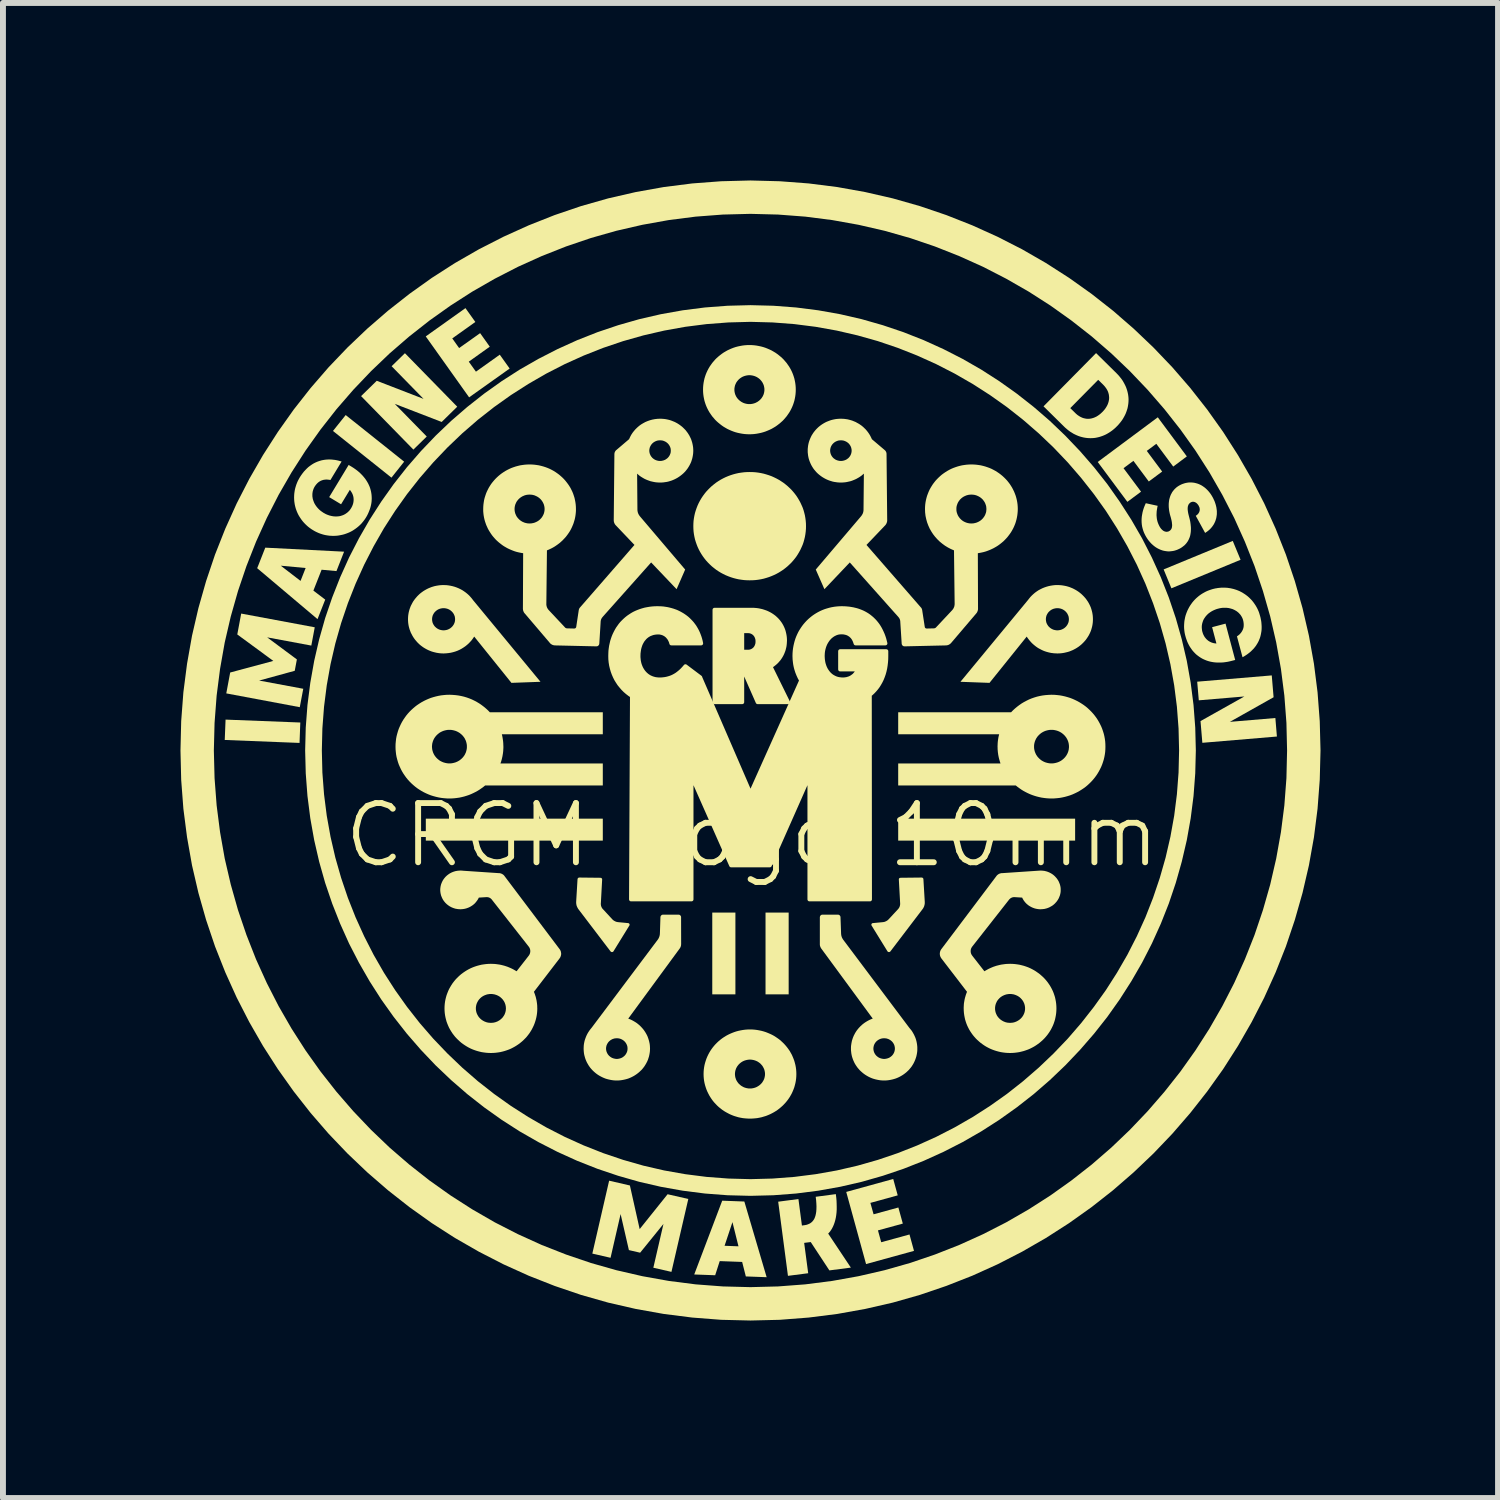
<source format=kicad_pcb>
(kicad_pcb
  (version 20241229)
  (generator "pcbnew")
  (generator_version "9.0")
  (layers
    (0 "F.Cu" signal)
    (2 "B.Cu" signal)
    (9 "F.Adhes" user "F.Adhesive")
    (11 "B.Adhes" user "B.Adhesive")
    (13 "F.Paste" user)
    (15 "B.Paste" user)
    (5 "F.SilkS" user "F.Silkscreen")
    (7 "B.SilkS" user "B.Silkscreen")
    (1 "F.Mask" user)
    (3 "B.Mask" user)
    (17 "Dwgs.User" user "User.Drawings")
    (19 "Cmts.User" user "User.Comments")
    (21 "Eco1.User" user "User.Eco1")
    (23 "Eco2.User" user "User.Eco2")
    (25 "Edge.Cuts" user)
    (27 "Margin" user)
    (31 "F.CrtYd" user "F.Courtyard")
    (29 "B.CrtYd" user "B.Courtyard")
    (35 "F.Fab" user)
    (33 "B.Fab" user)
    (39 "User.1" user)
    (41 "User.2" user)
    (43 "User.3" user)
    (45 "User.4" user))
  (footprint "CRGM Logo 10mm"
    (layer "F.Cu")
    (at 9.629 9.644)
    (property "Reference" "CRGM Logo 10mm" (at 0.03 1.42 0) (unlocked yes) (layer "F.SilkS") (effects (font (size 1 1) (thickness 0.1))))
    (fp_poly (pts (xy 0.004 -9.644) (xy 0.004 -9.644) (xy 0.004 -9.644)) (stroke (width 0) (type solid)) (fill yes) (layer "F.SilkS"))
    (fp_poly (pts (xy 5.091 -0.953) (xy 5.091 -0.953) (xy 5.091 -0.953)) (stroke (width 0) (type solid)) (fill yes) (layer "F.SilkS"))
    (fp_poly (pts (xy -7.604 -0.484) (xy -7.617 -0.139) (xy -8.881 -0.189) (xy -8.867 -0.533)) (stroke (width 0) (type solid)) (fill yes) (layer "F.SilkS"))
    (fp_poly (pts (xy -5.849 -4.892) (xy -6.064 -4.622) (xy -7.052 -5.411) (xy -6.837 -5.68)) (stroke (width 0) (type solid)) (fill yes) (layer "F.SilkS"))
    (fp_poly (pts (xy -2.492 1.512) (xy -5.483 1.512) (xy -5.483 1.141) (xy -2.492 1.141)) (stroke (width 0) (type solid)) (fill yes) (layer "F.SilkS"))
    (fp_poly (pts (xy -0.251 4.11) (xy -0.642 4.11) (xy -0.642 2.728) (xy -0.251 2.728)) (stroke (width 0) (type solid)) (fill yes) (layer "F.SilkS"))
    (fp_poly (pts (xy 0.649 4.11) (xy 0.258 4.11) (xy 0.258 2.728) (xy 0.649 2.728)) (stroke (width 0) (type solid)) (fill yes) (layer "F.SilkS"))
    (fp_poly (pts (xy 5.49 1.512) (xy 2.5 1.512) (xy 2.5 1.141) (xy 5.49 1.141)) (stroke (width 0) (type solid)) (fill yes) (layer "F.SilkS"))
    (fp_poly (pts (xy 8.286 -3.234) (xy 7.117 -2.752) (xy 6.986 -3.071) (xy 8.154 -3.553)) (stroke (width 0) (type solid)) (fill yes) (layer "F.SilkS"))
    (fp_poly (pts (xy -4.952 -5.821) (xy -5.215 -5.563) (xy -6.008 -5.869) (xy -5.467 -5.317) (xy -5.693 -5.096) (xy -6.577 -6) (xy -6.312 -6.259) (xy -5.521 -5.953) (xy -6.061 -6.505) (xy -5.836 -6.725)) (stroke (width 0) (type solid)) (fill yes) (layer "F.SilkS"))
    (fp_poly (pts (xy 8.844 -0.911) (xy 8.105 -0.495) (xy 8.874 -0.56) (xy 8.9 -0.247) (xy 7.64 -0.141) (xy 7.609 -0.508) (xy 8.35 -0.924) (xy 7.58 -0.859) (xy 7.553 -1.174) (xy 8.813 -1.28)) (stroke (width 0) (type solid)) (fill yes) (layer "F.SilkS"))
    (fp_poly (pts (xy -4.646 -7.253) (xy -5.036 -6.975) (xy -4.92 -6.812) (xy -4.565 -7.064) (xy -4.402 -6.835) (xy -4.757 -6.582) (xy -4.636 -6.413) (xy -4.233 -6.7) (xy -4.066 -6.466) (xy -4.751 -5.979) (xy -5.484 -7.009) (xy -4.813 -7.487)) (stroke (width 0) (type solid)) (fill yes) (layer "F.SilkS"))
    (fp_poly (pts (xy 2.492 7.507) (xy 2.03 7.634) (xy 2.084 7.827) (xy 2.503 7.712) (xy 2.578 7.984) (xy 2.158 8.099) (xy 2.213 8.299) (xy 2.691 8.168) (xy 2.767 8.445) (xy 1.957 8.668) (xy 1.622 7.449) (xy 2.416 7.23)) (stroke (width 0) (type solid)) (fill yes) (layer "F.SilkS"))
    (fp_poly (pts (xy 7.378 -4.981) (xy 7.148 -4.809) (xy 6.862 -5.194) (xy 6.701 -5.074) (xy 6.961 -4.725) (xy 6.735 -4.557) (xy 6.475 -4.906) (xy 6.308 -4.782) (xy 6.604 -4.385) (xy 6.373 -4.213) (xy 5.872 -4.887) (xy 6.887 -5.642)) (stroke (width 0) (type solid)) (fill yes) (layer "F.SilkS"))
    (fp_poly (pts (xy -7.36 -2.093) (xy -7.418 -1.784) (xy -8.164 -1.923) (xy -7.662 -1.55) (xy -7.698 -1.358) (xy -8.3 -1.193) (xy -7.554 -1.054) (xy -7.613 -0.743) (xy -8.855 -0.976) (xy -8.789 -1.329) (xy -8.06 -1.525) (xy -8.669 -1.972) (xy -8.603 -2.325)) (stroke (width 0) (type solid)) (fill yes) (layer "F.SilkS"))
    (fp_poly (pts (xy -2.034 7.34) (xy -1.869 8.077) (xy -1.397 7.488) (xy -1.047 7.568) (xy -1.332 8.8) (xy -1.638 8.73) (xy -1.467 7.99) (xy -1.861 8.476) (xy -2.051 8.432) (xy -2.191 7.823) (xy -2.361 8.562) (xy -2.669 8.491) (xy -2.385 7.259)) (stroke (width 0) (type solid)) (fill yes) (layer "F.SilkS"))
    (fp_poly (pts (xy -6.864 -3.371) (xy -6.993 -3.043) (xy -7.244 -3.066) (xy -7.383 -2.713) (xy -7.183 -2.561) (xy -7.313 -2.231) (xy -8.333 -3.092) (xy -8.316 -3.134) (xy -7.934 -3.134) (xy -7.6 -2.877) (xy -7.514 -3.095) (xy -7.934 -3.134) (xy -8.316 -3.134) (xy -8.196 -3.439)) (stroke (width 0) (type solid)) (fill yes) (layer "F.SilkS"))
    (fp_poly (pts (xy -0.1 7.611) (xy 0.277 8.89) (xy -0.075 8.877) (xy -0.137 8.632) (xy -0.516 8.618) (xy -0.593 8.857) (xy -0.947 8.844) (xy -0.763 8.359) (xy -0.434 8.359) (xy -0.199 8.368) (xy -0.301 7.959) (xy -0.434 8.359) (xy -0.763 8.359) (xy -0.474 7.597)) (stroke (width 0) (type solid)) (fill yes) (layer "F.SilkS"))
    (fp_poly (pts (xy 1.453 7.542) (xy 1.458 7.597) (xy 1.46 7.65) (xy 1.461 7.7) (xy 1.461 7.749) (xy 1.458 7.796) (xy 1.453 7.841) (xy 1.446 7.884) (xy 1.437 7.924) (xy 1.426 7.963) (xy 1.413 8) (xy 1.398 8.035) (xy 1.381 8.068) (xy 1.372 8.083) (xy 1.362 8.098) (xy 1.352 8.113) (xy 1.341 8.127) (xy 1.329 8.14) (xy 1.317 8.153) (xy 1.7 8.728) (xy 1.337 8.775) (xy 1.022 8.296) (xy 0.911 8.31) (xy 0.979 8.823) (xy 0.637 8.867) (xy 0.472 7.614) (xy 0.814 7.569) (xy 0.873 8.017) (xy 0.916 8.011) (xy 0.946 8.006) (xy 0.974 7.997) (xy 0.999 7.986) (xy 1.011 7.98) (xy 1.022 7.972) (xy 1.033 7.964) (xy 1.043 7.955) (xy 1.052 7.946) (xy 1.061 7.935) (xy 1.069 7.924) (xy 1.077 7.912) (xy 1.084 7.899) (xy 1.09 7.885) (xy 1.101 7.854) (xy 1.109 7.82) (xy 1.115 7.782) (xy 1.118 7.74) (xy 1.119 7.694) (xy 1.117 7.644) (xy 1.113 7.589) (xy 1.106 7.531) (xy 1.446 7.486) (xy 1.446 7.486)) (stroke (width 0) (type solid)) (fill yes) (layer "F.SilkS"))
    (fp_poly (pts (xy 0.039 -4.716) (xy 0.087 -4.713) (xy 0.135 -4.707) (xy 0.182 -4.699) (xy 0.228 -4.689) (xy 0.273 -4.676) (xy 0.317 -4.662) (xy 0.361 -4.646) (xy 0.403 -4.627) (xy 0.444 -4.607) (xy 0.484 -4.585) (xy 0.522 -4.561) (xy 0.56 -4.536) (xy 0.596 -4.508) (xy 0.63 -4.48) (xy 0.663 -4.449) (xy 0.695 -4.418) (xy 0.725 -4.384) (xy 0.753 -4.35) (xy 0.78 -4.314) (xy 0.804 -4.277) (xy 0.827 -4.238) (xy 0.848 -4.199) (xy 0.867 -4.158) (xy 0.885 -4.117) (xy 0.9 -4.074) (xy 0.912 -4.031) (xy 0.923 -3.987) (xy 0.931 -3.941) (xy 0.937 -3.896) (xy 0.941 -3.849) (xy 0.942 -3.802) (xy 0.941 -3.755) (xy 0.937 -3.708) (xy 0.931 -3.663) (xy 0.923 -3.618) (xy 0.912 -3.573) (xy 0.9 -3.53) (xy 0.885 -3.487) (xy 0.867 -3.446) (xy 0.848 -3.405) (xy 0.827 -3.366) (xy 0.804 -3.327) (xy 0.78 -3.29) (xy 0.753 -3.254) (xy 0.725 -3.22) (xy 0.695 -3.186) (xy 0.663 -3.155) (xy 0.63 -3.124) (xy 0.596 -3.096) (xy 0.56 -3.068) (xy 0.522 -3.043) (xy 0.484 -3.019) (xy 0.444 -2.997) (xy 0.403 -2.977) (xy 0.361 -2.959) (xy 0.317 -2.942) (xy 0.273 -2.928) (xy 0.228 -2.915) (xy 0.182 -2.905) (xy 0.135 -2.897) (xy 0.087 -2.891) (xy 0.039 -2.888) (xy -0.01 -2.887) (xy -0.057 -2.888) (xy -0.104 -2.891) (xy -0.151 -2.897) (xy -0.197 -2.904) (xy -0.242 -2.914) (xy -0.287 -2.926) (xy -0.331 -2.94) (xy -0.374 -2.956) (xy -0.417 -2.974) (xy -0.458 -2.994) (xy -0.499 -3.016) (xy -0.538 -3.04) (xy -0.577 -3.066) (xy -0.613 -3.094) (xy -0.649 -3.123) (xy -0.683 -3.155) (xy -0.716 -3.188) (xy -0.747 -3.222) (xy -0.775 -3.257) (xy -0.802 -3.294) (xy -0.827 -3.332) (xy -0.85 -3.371) (xy -0.871 -3.411) (xy -0.89 -3.452) (xy -0.906 -3.493) (xy -0.921 -3.536) (xy -0.934 -3.579) (xy -0.944 -3.623) (xy -0.952 -3.667) (xy -0.958 -3.712) (xy -0.961 -3.757) (xy -0.962 -3.802) (xy -0.961 -3.847) (xy -0.958 -3.893) (xy -0.952 -3.937) (xy -0.944 -3.981) (xy -0.934 -4.025) (xy -0.921 -4.068) (xy -0.906 -4.111) (xy -0.89 -4.152) (xy -0.871 -4.193) (xy -0.85 -4.233) (xy -0.827 -4.272) (xy -0.802 -4.31) (xy -0.775 -4.347) (xy -0.747 -4.382) (xy -0.716 -4.416) (xy -0.683 -4.449) (xy -0.649 -4.481) (xy -0.613 -4.51) (xy -0.577 -4.538) (xy -0.538 -4.564) (xy -0.499 -4.588) (xy -0.458 -4.61) (xy -0.417 -4.63) (xy -0.374 -4.648) (xy -0.331 -4.664) (xy -0.287 -4.678) (xy -0.242 -4.69) (xy -0.197 -4.7) (xy -0.151 -4.707) (xy -0.104 -4.713) (xy -0.057 -4.716) (xy -0.01 -4.717) (xy -0.01 -4.717)) (stroke (width 0) (type solid)) (fill yes) (layer "F.SilkS"))
    (fp_poly (pts (xy 6.19 -6.386) (xy 6.214 -6.361) (xy 6.237 -6.335) (xy 6.258 -6.309) (xy 6.278 -6.283) (xy 6.296 -6.256) (xy 6.312 -6.228) (xy 6.327 -6.2) (xy 6.341 -6.172) (xy 6.353 -6.144) (xy 6.363 -6.115) (xy 6.372 -6.086) (xy 6.379 -6.057) (xy 6.385 -6.028) (xy 6.389 -5.999) (xy 6.392 -5.969) (xy 6.393 -5.94) (xy 6.392 -5.91) (xy 6.39 -5.881) (xy 6.386 -5.851) (xy 6.381 -5.822) (xy 6.375 -5.793) (xy 6.366 -5.764) (xy 6.356 -5.735) (xy 6.345 -5.706) (xy 6.332 -5.678) (xy 6.317 -5.65) (xy 6.301 -5.622) (xy 6.284 -5.595) (xy 6.264 -5.568) (xy 6.243 -5.542) (xy 6.221 -5.516) (xy 6.197 -5.491) (xy 6.172 -5.466) (xy 6.147 -5.444) (xy 6.12 -5.422) (xy 6.094 -5.403) (xy 6.067 -5.385) (xy 6.039 -5.368) (xy 6.012 -5.353) (xy 5.984 -5.34) (xy 5.955 -5.328) (xy 5.926 -5.318) (xy 5.898 -5.309) (xy 5.868 -5.302) (xy 5.839 -5.296) (xy 5.81 -5.292) (xy 5.78 -5.29) (xy 5.751 -5.289) (xy 5.721 -5.29) (xy 5.692 -5.292) (xy 5.662 -5.296) (xy 5.633 -5.301) (xy 5.604 -5.308) (xy 5.575 -5.316) (xy 5.546 -5.326) (xy 5.517 -5.338) (xy 5.489 -5.351) (xy 5.461 -5.365) (xy 5.434 -5.382) (xy 5.406 -5.399) (xy 5.379 -5.419) (xy 5.353 -5.44) (xy 5.327 -5.462) (xy 5.302 -5.486) (xy 4.987 -5.797) (xy 5.408 -5.797) (xy 5.491 -5.716) (xy 5.503 -5.704) (xy 5.517 -5.692) (xy 5.53 -5.681) (xy 5.543 -5.672) (xy 5.557 -5.663) (xy 5.571 -5.654) (xy 5.585 -5.647) (xy 5.599 -5.64) (xy 5.613 -5.634) (xy 5.627 -5.629) (xy 5.642 -5.625) (xy 5.657 -5.622) (xy 5.671 -5.619) (xy 5.686 -5.617) (xy 5.701 -5.617) (xy 5.716 -5.617) (xy 5.73 -5.617) (xy 5.745 -5.619) (xy 5.76 -5.621) (xy 5.775 -5.625) (xy 5.79 -5.629) (xy 5.805 -5.634) (xy 5.82 -5.64) (xy 5.835 -5.647) (xy 5.85 -5.654) (xy 5.865 -5.663) (xy 5.879 -5.672) (xy 5.894 -5.683) (xy 5.909 -5.694) (xy 5.923 -5.706) (xy 5.937 -5.719) (xy 5.952 -5.733) (xy 5.965 -5.747) (xy 5.978 -5.762) (xy 5.99 -5.776) (xy 6.001 -5.791) (xy 6.011 -5.806) (xy 6.02 -5.821) (xy 6.029 -5.836) (xy 6.036 -5.851) (xy 6.043 -5.866) (xy 6.048 -5.881) (xy 6.053 -5.896) (xy 6.057 -5.911) (xy 6.06 -5.926) (xy 6.063 -5.941) (xy 6.064 -5.956) (xy 6.065 -5.97) (xy 6.064 -5.985) (xy 6.063 -6) (xy 6.061 -6.015) (xy 6.059 -6.029) (xy 6.055 -6.044) (xy 6.051 -6.058) (xy 6.046 -6.073) (xy 6.04 -6.087) (xy 6.033 -6.101) (xy 6.025 -6.115) (xy 6.017 -6.128) (xy 6.007 -6.142) (xy 5.997 -6.155) (xy 5.987 -6.168) (xy 5.975 -6.181) (xy 5.963 -6.194) (xy 5.88 -6.275) (xy 5.408 -5.797) (xy 4.987 -5.797) (xy 4.956 -5.827) (xy 5.844 -6.727)) (stroke (width 0) (type solid)) (fill yes) (layer "F.SilkS"))
    (fp_poly (pts (xy 0.054 -2.389) (xy 0.083 -2.387) (xy 0.112 -2.384) (xy 0.14 -2.38) (xy 0.167 -2.374) (xy 0.194 -2.368) (xy 0.22 -2.36) (xy 0.246 -2.351) (xy 0.271 -2.342) (xy 0.295 -2.331) (xy 0.319 -2.319) (xy 0.342 -2.306) (xy 0.364 -2.292) (xy 0.385 -2.277) (xy 0.405 -2.262) (xy 0.424 -2.245) (xy 0.443 -2.227) (xy 0.46 -2.209) (xy 0.477 -2.189) (xy 0.492 -2.169) (xy 0.507 -2.148) (xy 0.52 -2.126) (xy 0.532 -2.104) (xy 0.543 -2.081) (xy 0.553 -2.057) (xy 0.562 -2.032) (xy 0.569 -2.006) (xy 0.575 -1.98) (xy 0.58 -1.954) (xy 0.584 -1.926) (xy 0.586 -1.898) (xy 0.587 -1.87) (xy 0.586 -1.852) (xy 0.585 -1.834) (xy 0.584 -1.817) (xy 0.582 -1.799) (xy 0.58 -1.782) (xy 0.577 -1.766) (xy 0.573 -1.749) (xy 0.569 -1.733) (xy 0.565 -1.717) (xy 0.56 -1.701) (xy 0.554 -1.686) (xy 0.548 -1.67) (xy 0.542 -1.656) (xy 0.535 -1.641) (xy 0.528 -1.627) (xy 0.52 -1.613) (xy 0.512 -1.599) (xy 0.503 -1.585) (xy 0.494 -1.572) (xy 0.485 -1.559) (xy 0.475 -1.547) (xy 0.464 -1.535) (xy 0.454 -1.523) (xy 0.443 -1.511) (xy 0.431 -1.5) (xy 0.419 -1.489) (xy 0.407 -1.479) (xy 0.395 -1.469) (xy 0.382 -1.459) (xy 0.369 -1.45) (xy 0.355 -1.441) (xy 0.341 -1.432) (xy 0.638 -0.828) (xy 0.125 -0.828) (xy -0.105 -1.35) (xy -0.136 -1.35) (xy -0.136 -0.828) (xy -0.604 -0.828) (xy -0.604 -1.68) (xy -0.136 -1.68) (xy -0.04 -1.68) (xy -0.031 -1.68) (xy -0.023 -1.681) (xy -0.014 -1.682) (xy -0.006 -1.683) (xy 0.002 -1.685) (xy 0.01 -1.687) (xy 0.017 -1.69) (xy 0.025 -1.693) (xy 0.032 -1.696) (xy 0.039 -1.7) (xy 0.046 -1.704) (xy 0.053 -1.708) (xy 0.059 -1.713) (xy 0.065 -1.718) (xy 0.071 -1.723) (xy 0.076 -1.728) (xy 0.082 -1.734) (xy 0.087 -1.741) (xy 0.091 -1.747) (xy 0.096 -1.754) (xy 0.1 -1.761) (xy 0.104 -1.768) (xy 0.107 -1.776) (xy 0.11 -1.783) (xy 0.113 -1.792) (xy 0.116 -1.8) (xy 0.118 -1.808) (xy 0.12 -1.817) (xy 0.121 -1.826) (xy 0.122 -1.835) (xy 0.122 -1.844) (xy 0.123 -1.854) (xy 0.122 -1.863) (xy 0.122 -1.873) (xy 0.121 -1.882) (xy 0.12 -1.891) (xy 0.118 -1.9) (xy 0.116 -1.908) (xy 0.113 -1.916) (xy 0.11 -1.924) (xy 0.107 -1.932) (xy 0.104 -1.94) (xy 0.1 -1.947) (xy 0.096 -1.954) (xy 0.091 -1.961) (xy 0.087 -1.967) (xy 0.082 -1.974) (xy 0.076 -1.979) (xy 0.071 -1.985) (xy 0.065 -1.99) (xy 0.059 -1.995) (xy 0.053 -2) (xy 0.046 -2.004) (xy 0.039 -2.008) (xy 0.032 -2.012) (xy 0.025 -2.015) (xy 0.017 -2.018) (xy 0.01 -2.021) (xy 0.002 -2.023) (xy -0.006 -2.025) (xy -0.014 -2.026) (xy -0.023 -2.027) (xy -0.031 -2.028) (xy -0.04 -2.028) (xy -0.136 -2.028) (xy -0.136 -1.68) (xy -0.604 -1.68) (xy -0.604 -2.389) (xy 0.025 -2.389)) (stroke (width 0.067) (type solid) (color 255 184 28 1)) (fill yes) (layer "F.SilkS"))
    (fp_poly (pts (xy -2.89 2.136) (xy -2.53 2.14) (xy -2.529 2.14) (xy -2.527 2.14) (xy -2.526 2.141) (xy -2.525 2.141) (xy -2.523 2.141) (xy -2.522 2.142) (xy -2.521 2.142) (xy -2.519 2.143) (xy -2.518 2.143) (xy -2.517 2.144) (xy -2.516 2.145) (xy -2.515 2.145) (xy -2.514 2.146) (xy -2.513 2.147) (xy -2.512 2.148) (xy -2.511 2.149) (xy -2.51 2.15) (xy -2.509 2.151) (xy -2.508 2.152) (xy -2.507 2.153) (xy -2.507 2.154) (xy -2.506 2.156) (xy -2.505 2.157) (xy -2.505 2.158) (xy -2.504 2.159) (xy -2.504 2.161) (xy -2.504 2.162) (xy -2.504 2.163) (xy -2.503 2.165) (xy -2.503 2.166) (xy -2.503 2.168) (xy -2.503 2.169) (xy -2.525 2.573) (xy -2.526 2.58) (xy -2.525 2.586) (xy -2.525 2.593) (xy -2.524 2.599) (xy -2.523 2.606) (xy -2.522 2.612) (xy -2.52 2.619) (xy -2.518 2.625) (xy -2.515 2.631) (xy -2.513 2.637) (xy -2.51 2.643) (xy -2.506 2.649) (xy -2.503 2.654) (xy -2.499 2.66) (xy -2.495 2.665) (xy -2.49 2.67) (xy -2.333 2.84) (xy -2.328 2.845) (xy -2.323 2.85) (xy -2.317 2.855) (xy -2.311 2.859) (xy -2.306 2.864) (xy -2.3 2.867) (xy -2.293 2.871) (xy -2.287 2.874) (xy -2.281 2.877) (xy -2.274 2.88) (xy -2.267 2.883) (xy -2.26 2.885) (xy -2.253 2.886) (xy -2.246 2.888) (xy -2.239 2.889) (xy -2.232 2.89) (xy -2.063 2.906) (xy -2.063 2.906) (xy -2.062 2.907) (xy -2.06 2.907) (xy -2.058 2.907) (xy -2.057 2.908) (xy -2.055 2.908) (xy -2.054 2.909) (xy -2.052 2.91) (xy -2.051 2.911) (xy -2.049 2.912) (xy -2.048 2.913) (xy -2.047 2.914) (xy -2.046 2.915) (xy -2.045 2.917) (xy -2.044 2.918) (xy -2.043 2.92) (xy -2.042 2.921) (xy -2.041 2.923) (xy -2.041 2.924) (xy -2.04 2.926) (xy -2.04 2.928) (xy -2.039 2.929) (xy -2.039 2.931) (xy -2.039 2.933) (xy -2.039 2.934) (xy -2.039 2.936) (xy -2.039 2.938) (xy -2.04 2.939) (xy -2.04 2.941) (xy -2.041 2.943) (xy -2.041 2.944) (xy -2.042 2.946) (xy -2.043 2.947) (xy -2.31 3.38) (xy -2.311 3.382) (xy -2.312 3.383) (xy -2.313 3.385) (xy -2.314 3.386) (xy -2.316 3.387) (xy -2.317 3.389) (xy -2.319 3.39) (xy -2.32 3.391) (xy -2.322 3.392) (xy -2.324 3.393) (xy -2.326 3.393) (xy -2.327 3.394) (xy -2.329 3.394) (xy -2.331 3.395) (xy -2.333 3.395) (xy -2.335 3.395) (xy -2.337 3.395) (xy -2.339 3.395) (xy -2.341 3.395) (xy -2.343 3.395) (xy -2.345 3.394) (xy -2.347 3.394) (xy -2.348 3.393) (xy -2.35 3.392) (xy -2.352 3.391) (xy -2.354 3.39) (xy -2.355 3.389) (xy -2.357 3.388) (xy -2.358 3.387) (xy -2.36 3.386) (xy -2.361 3.384) (xy -2.362 3.383) (xy -2.904 2.671) (xy -2.909 2.664) (xy -2.913 2.657) (xy -2.917 2.65) (xy -2.921 2.642) (xy -2.925 2.635) (xy -2.928 2.627) (xy -2.931 2.62) (xy -2.934 2.612) (xy -2.936 2.604) (xy -2.938 2.596) (xy -2.939 2.588) (xy -2.941 2.579) (xy -2.941 2.571) (xy -2.942 2.563) (xy -2.942 2.554) (xy -2.942 2.546) (xy -2.919 2.163) (xy -2.918 2.162) (xy -2.918 2.16) (xy -2.918 2.159) (xy -2.918 2.158) (xy -2.917 2.156) (xy -2.917 2.155) (xy -2.916 2.154) (xy -2.916 2.153) (xy -2.915 2.151) (xy -2.915 2.15) (xy -2.914 2.149) (xy -2.913 2.148) (xy -2.912 2.147) (xy -2.911 2.146) (xy -2.911 2.145) (xy -2.91 2.144) (xy -2.909 2.143) (xy -2.908 2.142) (xy -2.907 2.142) (xy -2.905 2.141) (xy -2.904 2.14) (xy -2.903 2.14) (xy -2.902 2.139) (xy -2.901 2.138) (xy -2.899 2.138) (xy -2.898 2.138) (xy -2.897 2.137) (xy -2.895 2.137) (xy -2.894 2.137) (xy -2.893 2.137) (xy -2.891 2.136) (xy -2.89 2.136)) (stroke (width 0) (type solid)) (fill yes) (layer "F.SilkS"))
    (fp_poly (pts (xy 2.899 2.136) (xy 2.9 2.137) (xy 2.901 2.137) (xy 2.903 2.137) (xy 2.904 2.137) (xy 2.905 2.138) (xy 2.907 2.138) (xy 2.908 2.138) (xy 2.909 2.139) (xy 2.91 2.14) (xy 2.912 2.14) (xy 2.913 2.141) (xy 2.914 2.142) (xy 2.915 2.142) (xy 2.916 2.143) (xy 2.917 2.144) (xy 2.918 2.145) (xy 2.919 2.146) (xy 2.92 2.147) (xy 2.92 2.148) (xy 2.921 2.149) (xy 2.922 2.15) (xy 2.923 2.151) (xy 2.923 2.153) (xy 2.924 2.154) (xy 2.924 2.155) (xy 2.925 2.156) (xy 2.925 2.158) (xy 2.925 2.159) (xy 2.926 2.16) (xy 2.926 2.162) (xy 2.926 2.163) (xy 2.949 2.546) (xy 2.949 2.554) (xy 2.949 2.563) (xy 2.949 2.571) (xy 2.948 2.579) (xy 2.947 2.588) (xy 2.945 2.596) (xy 2.943 2.604) (xy 2.941 2.612) (xy 2.939 2.62) (xy 2.936 2.627) (xy 2.932 2.635) (xy 2.929 2.642) (xy 2.925 2.65) (xy 2.921 2.657) (xy 2.916 2.664) (xy 2.911 2.671) (xy 2.369 3.383) (xy 2.368 3.384) (xy 2.367 3.386) (xy 2.366 3.387) (xy 2.364 3.388) (xy 2.363 3.389) (xy 2.361 3.39) (xy 2.359 3.391) (xy 2.358 3.392) (xy 2.356 3.393) (xy 2.354 3.394) (xy 2.352 3.394) (xy 2.35 3.395) (xy 2.348 3.395) (xy 2.346 3.395) (xy 2.344 3.395) (xy 2.342 3.395) (xy 2.342 3.395) (xy 2.341 3.395) (xy 2.339 3.395) (xy 2.337 3.394) (xy 2.335 3.394) (xy 2.333 3.393) (xy 2.331 3.393) (xy 2.329 3.392) (xy 2.328 3.391) (xy 2.326 3.39) (xy 2.325 3.389) (xy 2.323 3.387) (xy 2.322 3.386) (xy 2.32 3.385) (xy 2.319 3.383) (xy 2.318 3.382) (xy 2.317 3.381) (xy 2.317 3.38) (xy 2.05 2.947) (xy 2.05 2.946) (xy 2.049 2.944) (xy 2.048 2.943) (xy 2.048 2.941) (xy 2.047 2.939) (xy 2.047 2.938) (xy 2.047 2.936) (xy 2.046 2.934) (xy 2.046 2.933) (xy 2.047 2.931) (xy 2.047 2.929) (xy 2.047 2.928) (xy 2.047 2.926) (xy 2.048 2.924) (xy 2.049 2.923) (xy 2.049 2.921) (xy 2.05 2.92) (xy 2.051 2.918) (xy 2.052 2.917) (xy 2.053 2.915) (xy 2.054 2.914) (xy 2.055 2.913) (xy 2.057 2.912) (xy 2.058 2.911) (xy 2.06 2.91) (xy 2.061 2.909) (xy 2.063 2.908) (xy 2.064 2.908) (xy 2.066 2.907) (xy 2.067 2.907) (xy 2.069 2.907) (xy 2.071 2.906) (xy 2.239 2.89) (xy 2.247 2.889) (xy 2.254 2.888) (xy 2.261 2.886) (xy 2.268 2.885) (xy 2.275 2.883) (xy 2.281 2.88) (xy 2.288 2.877) (xy 2.294 2.874) (xy 2.301 2.871) (xy 2.307 2.867) (xy 2.313 2.864) (xy 2.319 2.859) (xy 2.324 2.855) (xy 2.33 2.85) (xy 2.335 2.845) (xy 2.34 2.84) (xy 2.498 2.67) (xy 2.502 2.665) (xy 2.506 2.66) (xy 2.51 2.654) (xy 2.514 2.649) (xy 2.517 2.643) (xy 2.52 2.637) (xy 2.523 2.631) (xy 2.525 2.625) (xy 2.527 2.619) (xy 2.529 2.612) (xy 2.53 2.606) (xy 2.532 2.599) (xy 2.532 2.593) (xy 2.533 2.586) (xy 2.533 2.58) (xy 2.533 2.573) (xy 2.511 2.169) (xy 2.511 2.168) (xy 2.511 2.166) (xy 2.511 2.165) (xy 2.511 2.163) (xy 2.511 2.162) (xy 2.511 2.161) (xy 2.512 2.159) (xy 2.512 2.158) (xy 2.513 2.157) (xy 2.513 2.156) (xy 2.514 2.154) (xy 2.515 2.153) (xy 2.515 2.152) (xy 2.516 2.151) (xy 2.517 2.15) (xy 2.518 2.149) (xy 2.519 2.148) (xy 2.52 2.147) (xy 2.521 2.146) (xy 2.522 2.145) (xy 2.523 2.145) (xy 2.524 2.144) (xy 2.526 2.143) (xy 2.527 2.143) (xy 2.528 2.142) (xy 2.529 2.142) (xy 2.531 2.141) (xy 2.532 2.141) (xy 2.533 2.141) (xy 2.535 2.14) (xy 2.536 2.14) (xy 2.537 2.14) (xy 2.897 2.136) (xy 2.897 2.136)) (stroke (width 0) (type solid)) (fill yes) (layer "F.SilkS"))
    (fp_poly (pts (xy -5.163 -2.806) (xy -5.144 -2.806) (xy -5.125 -2.804) (xy -5.106 -2.802) (xy -5.069 -2.796) (xy -5.032 -2.788) (xy -4.996 -2.778) (xy -4.962 -2.766) (xy -4.928 -2.752) (xy -4.895 -2.736) (xy -4.864 -2.719) (xy -4.834 -2.699) (xy -4.805 -2.678) (xy -4.777 -2.655) (xy -4.751 -2.631) (xy -4.727 -2.605) (xy -4.704 -2.578) (xy -4.683 -2.55) (xy -4.683 -2.55) (xy -4.683 -2.55) (xy -4.683 -2.55) (xy -3.545 -1.172) (xy -4.036 -1.154) (xy -4.665 -1.936) (xy -4.686 -1.905) (xy -4.708 -1.875) (xy -4.733 -1.847) (xy -4.759 -1.82) (xy -4.787 -1.795) (xy -4.817 -1.771) (xy -4.848 -1.75) (xy -4.88 -1.73) (xy -4.914 -1.712) (xy -4.95 -1.696) (xy -4.986 -1.683) (xy -5.024 -1.672) (xy -5.062 -1.663) (xy -5.102 -1.657) (xy -5.142 -1.653) (xy -5.183 -1.651) (xy -5.214 -1.652) (xy -5.244 -1.654) (xy -5.274 -1.658) (xy -5.304 -1.663) (xy -5.333 -1.67) (xy -5.361 -1.677) (xy -5.389 -1.686) (xy -5.417 -1.697) (xy -5.443 -1.708) (xy -5.469 -1.721) (xy -5.494 -1.735) (xy -5.519 -1.75) (xy -5.542 -1.766) (xy -5.565 -1.783) (xy -5.587 -1.801) (xy -5.608 -1.821) (xy -5.628 -1.841) (xy -5.646 -1.862) (xy -5.664 -1.883) (xy -5.681 -1.906) (xy -5.697 -1.93) (xy -5.711 -1.954) (xy -5.724 -1.979) (xy -5.737 -2.004) (xy -5.747 -2.031) (xy -5.757 -2.057) (xy -5.765 -2.085) (xy -5.772 -2.113) (xy -5.777 -2.141) (xy -5.781 -2.17) (xy -5.783 -2.199) (xy -5.784 -2.229) (xy -5.377 -2.229) (xy -5.377 -2.219) (xy -5.376 -2.21) (xy -5.375 -2.201) (xy -5.373 -2.191) (xy -5.371 -2.182) (xy -5.369 -2.173) (xy -5.366 -2.165) (xy -5.362 -2.156) (xy -5.358 -2.148) (xy -5.354 -2.14) (xy -5.349 -2.132) (xy -5.344 -2.125) (xy -5.339 -2.117) (xy -5.333 -2.11) (xy -5.327 -2.103) (xy -5.32 -2.097) (xy -5.314 -2.091) (xy -5.307 -2.085) (xy -5.299 -2.079) (xy -5.292 -2.074) (xy -5.284 -2.069) (xy -5.276 -2.065) (xy -5.267 -2.06) (xy -5.259 -2.057) (xy -5.25 -2.053) (xy -5.241 -2.05) (xy -5.231 -2.048) (xy -5.222 -2.046) (xy -5.212 -2.044) (xy -5.203 -2.043) (xy -5.193 -2.042) (xy -5.183 -2.042) (xy -5.173 -2.042) (xy -5.163 -2.043) (xy -5.153 -2.044) (xy -5.144 -2.046) (xy -5.134 -2.048) (xy -5.125 -2.05) (xy -5.116 -2.053) (xy -5.107 -2.057) (xy -5.099 -2.06) (xy -5.09 -2.065) (xy -5.082 -2.069) (xy -5.074 -2.074) (xy -5.066 -2.079) (xy -5.059 -2.085) (xy -5.052 -2.091) (xy -5.045 -2.097) (xy -5.039 -2.103) (xy -5.033 -2.11) (xy -5.027 -2.117) (xy -5.022 -2.125) (xy -5.016 -2.132) (xy -5.012 -2.14) (xy -5.007 -2.148) (xy -5.004 -2.156) (xy -5 -2.165) (xy -4.997 -2.173) (xy -4.994 -2.182) (xy -4.992 -2.191) (xy -4.991 -2.201) (xy -4.989 -2.21) (xy -4.989 -2.219) (xy -4.988 -2.229) (xy -4.989 -2.239) (xy -4.989 -2.248) (xy -4.991 -2.258) (xy -4.992 -2.267) (xy -4.994 -2.276) (xy -4.997 -2.285) (xy -5 -2.293) (xy -5.004 -2.302) (xy -5.007 -2.31) (xy -5.012 -2.318) (xy -5.016 -2.326) (xy -5.022 -2.334) (xy -5.027 -2.341) (xy -5.033 -2.348) (xy -5.039 -2.355) (xy -5.045 -2.361) (xy -5.052 -2.367) (xy -5.059 -2.373) (xy -5.066 -2.379) (xy -5.074 -2.384) (xy -5.082 -2.389) (xy -5.09 -2.394) (xy -5.099 -2.398) (xy -5.107 -2.401) (xy -5.116 -2.405) (xy -5.125 -2.408) (xy -5.134 -2.41) (xy -5.144 -2.412) (xy -5.153 -2.414) (xy -5.163 -2.415) (xy -5.173 -2.416) (xy -5.183 -2.416) (xy -5.193 -2.416) (xy -5.203 -2.415) (xy -5.212 -2.414) (xy -5.222 -2.412) (xy -5.231 -2.41) (xy -5.241 -2.408) (xy -5.25 -2.405) (xy -5.259 -2.401) (xy -5.267 -2.398) (xy -5.276 -2.394) (xy -5.284 -2.389) (xy -5.292 -2.384) (xy -5.299 -2.379) (xy -5.307 -2.373) (xy -5.314 -2.367) (xy -5.32 -2.361) (xy -5.327 -2.355) (xy -5.333 -2.348) (xy -5.339 -2.341) (xy -5.344 -2.334) (xy -5.349 -2.326) (xy -5.354 -2.318) (xy -5.358 -2.31) (xy -5.362 -2.302) (xy -5.366 -2.293) (xy -5.369 -2.285) (xy -5.371 -2.276) (xy -5.373 -2.267) (xy -5.375 -2.258) (xy -5.376 -2.248) (xy -5.377 -2.239) (xy -5.377 -2.229) (xy -5.784 -2.229) (xy -5.783 -2.259) (xy -5.781 -2.288) (xy -5.777 -2.317) (xy -5.772 -2.345) (xy -5.765 -2.373) (xy -5.757 -2.401) (xy -5.747 -2.428) (xy -5.737 -2.454) (xy -5.724 -2.479) (xy -5.711 -2.504) (xy -5.697 -2.529) (xy -5.681 -2.552) (xy -5.664 -2.575) (xy -5.646 -2.596) (xy -5.628 -2.617) (xy -5.608 -2.637) (xy -5.587 -2.657) (xy -5.565 -2.675) (xy -5.542 -2.692) (xy -5.519 -2.708) (xy -5.494 -2.723) (xy -5.469 -2.737) (xy -5.443 -2.75) (xy -5.417 -2.761) (xy -5.389 -2.772) (xy -5.361 -2.781) (xy -5.333 -2.789) (xy -5.304 -2.795) (xy -5.274 -2.8) (xy -5.244 -2.804) (xy -5.214 -2.806) (xy -5.183 -2.807) (xy -5.183 -2.807)) (stroke (width 0) (type solid)) (fill yes) (layer "F.SilkS"))
    (fp_poly (pts (xy 8.011 -2.763) (xy 8.038 -2.762) (xy 8.065 -2.76) (xy 8.092 -2.756) (xy 8.118 -2.752) (xy 8.144 -2.746) (xy 8.17 -2.74) (xy 8.195 -2.732) (xy 8.22 -2.724) (xy 8.245 -2.714) (xy 8.269 -2.704) (xy 8.292 -2.692) (xy 8.315 -2.68) (xy 8.337 -2.666) (xy 8.359 -2.652) (xy 8.38 -2.637) (xy 8.401 -2.621) (xy 8.421 -2.604) (xy 8.44 -2.586) (xy 8.459 -2.567) (xy 8.477 -2.548) (xy 8.494 -2.527) (xy 8.51 -2.506) (xy 8.525 -2.484) (xy 8.54 -2.462) (xy 8.554 -2.438) (xy 8.567 -2.414) (xy 8.579 -2.389) (xy 8.59 -2.364) (xy 8.6 -2.337) (xy 8.608 -2.31) (xy 8.616 -2.283) (xy 8.623 -2.257) (xy 8.628 -2.231) (xy 8.633 -2.206) (xy 8.637 -2.18) (xy 8.639 -2.155) (xy 8.641 -2.13) (xy 8.642 -2.105) (xy 8.642 -2.08) (xy 8.641 -2.055) (xy 8.639 -2.031) (xy 8.635 -2.007) (xy 8.631 -1.983) (xy 8.626 -1.96) (xy 8.62 -1.936) (xy 8.613 -1.913) (xy 8.604 -1.891) (xy 8.595 -1.868) (xy 8.585 -1.847) (xy 8.573 -1.825) (xy 8.56 -1.804) (xy 8.547 -1.783) (xy 8.532 -1.763) (xy 8.516 -1.743) (xy 8.499 -1.724) (xy 8.48 -1.705) (xy 8.461 -1.686) (xy 8.44 -1.668) (xy 8.418 -1.651) (xy 8.395 -1.634) (xy 8.371 -1.618) (xy 8.346 -1.602) (xy 8.319 -1.587) (xy 8.225 -1.94) (xy 8.242 -1.952) (xy 8.258 -1.964) (xy 8.272 -1.977) (xy 8.285 -1.991) (xy 8.297 -2.006) (xy 8.307 -2.021) (xy 8.316 -2.037) (xy 8.324 -2.053) (xy 8.33 -2.07) (xy 8.335 -2.088) (xy 8.338 -2.107) (xy 8.339 -2.127) (xy 8.339 -2.147) (xy 8.337 -2.168) (xy 8.334 -2.19) (xy 8.329 -2.212) (xy 8.325 -2.226) (xy 8.32 -2.24) (xy 8.314 -2.254) (xy 8.307 -2.267) (xy 8.3 -2.28) (xy 8.292 -2.292) (xy 8.284 -2.304) (xy 8.274 -2.315) (xy 8.264 -2.326) (xy 8.254 -2.337) (xy 8.243 -2.346) (xy 8.231 -2.356) (xy 8.219 -2.365) (xy 8.206 -2.373) (xy 8.179 -2.388) (xy 8.15 -2.401) (xy 8.119 -2.41) (xy 8.087 -2.418) (xy 8.07 -2.42) (xy 8.053 -2.422) (xy 8.036 -2.423) (xy 8.018 -2.423) (xy 8 -2.423) (xy 7.982 -2.422) (xy 7.963 -2.42) (xy 7.945 -2.417) (xy 7.926 -2.413) (xy 7.907 -2.408) (xy 7.888 -2.403) (xy 7.87 -2.397) (xy 7.853 -2.39) (xy 7.836 -2.383) (xy 7.82 -2.375) (xy 7.804 -2.367) (xy 7.789 -2.358) (xy 7.775 -2.349) (xy 7.761 -2.339) (xy 7.747 -2.329) (xy 7.735 -2.318) (xy 7.723 -2.307) (xy 7.712 -2.295) (xy 7.701 -2.283) (xy 7.691 -2.27) (xy 7.682 -2.257) (xy 7.673 -2.244) (xy 7.665 -2.231) (xy 7.658 -2.217) (xy 7.652 -2.203) (xy 7.647 -2.188) (xy 7.642 -2.173) (xy 7.638 -2.159) (xy 7.635 -2.144) (xy 7.632 -2.128) (xy 7.631 -2.113) (xy 7.63 -2.097) (xy 7.631 -2.082) (xy 7.632 -2.066) (xy 7.634 -2.05) (xy 7.636 -2.034) (xy 7.64 -2.018) (xy 7.644 -2.006) (xy 7.647 -1.995) (xy 7.651 -1.984) (xy 7.655 -1.974) (xy 7.66 -1.964) (xy 7.665 -1.954) (xy 7.67 -1.944) (xy 7.676 -1.935) (xy 7.681 -1.926) (xy 7.688 -1.918) (xy 7.694 -1.91) (xy 7.701 -1.902) (xy 7.707 -1.895) (xy 7.715 -1.887) (xy 7.722 -1.881) (xy 7.73 -1.874) (xy 7.737 -1.868) (xy 7.746 -1.862) (xy 7.762 -1.852) (xy 7.78 -1.843) (xy 7.798 -1.835) (xy 7.817 -1.829) (xy 7.837 -1.824) (xy 7.857 -1.821) (xy 7.878 -1.819) (xy 7.805 -2.095) (xy 8.032 -2.155) (xy 8.195 -1.541) (xy 8.141 -1.527) (xy 8.104 -1.518) (xy 8.068 -1.51) (xy 8.033 -1.505) (xy 7.998 -1.5) (xy 7.964 -1.498) (xy 7.93 -1.497) (xy 7.897 -1.497) (xy 7.865 -1.499) (xy 7.834 -1.502) (xy 7.803 -1.507) (xy 7.773 -1.513) (xy 7.743 -1.521) (xy 7.715 -1.53) (xy 7.687 -1.541) (xy 7.66 -1.553) (xy 7.634 -1.566) (xy 7.609 -1.581) (xy 7.585 -1.597) (xy 7.562 -1.614) (xy 7.539 -1.632) (xy 7.518 -1.652) (xy 7.498 -1.673) (xy 7.478 -1.695) (xy 7.46 -1.719) (xy 7.443 -1.743) (xy 7.426 -1.769) (xy 7.411 -1.796) (xy 7.397 -1.824) (xy 7.384 -1.853) (xy 7.373 -1.883) (xy 7.362 -1.915) (xy 7.353 -1.947) (xy 7.345 -1.979) (xy 7.339 -2.011) (xy 7.335 -2.043) (xy 7.332 -2.075) (xy 7.331 -2.107) (xy 7.332 -2.138) (xy 7.334 -2.17) (xy 7.337 -2.201) (xy 7.343 -2.232) (xy 7.349 -2.263) (xy 7.357 -2.293) (xy 7.367 -2.323) (xy 7.378 -2.352) (xy 7.39 -2.38) (xy 7.404 -2.408) (xy 7.419 -2.436) (xy 7.435 -2.462) (xy 7.453 -2.488) (xy 7.471 -2.513) (xy 7.491 -2.537) (xy 7.513 -2.561) (xy 7.535 -2.583) (xy 7.559 -2.604) (xy 7.583 -2.624) (xy 7.609 -2.643) (xy 7.636 -2.661) (xy 7.664 -2.677) (xy 7.693 -2.693) (xy 7.723 -2.707) (xy 7.754 -2.719) (xy 7.786 -2.73) (xy 7.818 -2.74) (xy 7.839 -2.745) (xy 7.86 -2.75) (xy 7.881 -2.753) (xy 7.902 -2.757) (xy 7.922 -2.759) (xy 7.943 -2.761) (xy 7.963 -2.763) (xy 7.984 -2.763)) (stroke (width 0) (type solid)) (fill yes) (layer "F.SilkS"))
    (fp_poly (pts (xy -7.129 -4.929) (xy -7.103 -4.929) (xy -7.076 -4.928) (xy -7.049 -4.925) (xy -7.021 -4.922) (xy -6.993 -4.917) (xy -6.965 -4.911) (xy -6.936 -4.903) (xy -6.906 -4.895) (xy -7.095 -4.582) (xy -7.115 -4.586) (xy -7.135 -4.588) (xy -7.145 -4.589) (xy -7.154 -4.59) (xy -7.164 -4.59) (xy -7.173 -4.589) (xy -7.183 -4.589) (xy -7.192 -4.588) (xy -7.201 -4.586) (xy -7.21 -4.585) (xy -7.219 -4.583) (xy -7.228 -4.58) (xy -7.237 -4.577) (xy -7.245 -4.574) (xy -7.253 -4.571) (xy -7.262 -4.567) (xy -7.27 -4.562) (xy -7.278 -4.558) (xy -7.286 -4.552) (xy -7.294 -4.547) (xy -7.301 -4.541) (xy -7.309 -4.534) (xy -7.316 -4.528) (xy -7.323 -4.52) (xy -7.33 -4.513) (xy -7.337 -4.504) (xy -7.344 -4.496) (xy -7.35 -4.487) (xy -7.357 -4.477) (xy -7.363 -4.468) (xy -7.37 -4.455) (xy -7.377 -4.441) (xy -7.382 -4.428) (xy -7.387 -4.414) (xy -7.391 -4.4) (xy -7.395 -4.386) (xy -7.397 -4.371) (xy -7.399 -4.357) (xy -7.4 -4.342) (xy -7.4 -4.327) (xy -7.4 -4.312) (xy -7.399 -4.297) (xy -7.396 -4.282) (xy -7.394 -4.267) (xy -7.39 -4.252) (xy -7.385 -4.237) (xy -7.38 -4.223) (xy -7.374 -4.208) (xy -7.368 -4.193) (xy -7.36 -4.179) (xy -7.352 -4.165) (xy -7.343 -4.151) (xy -7.333 -4.137) (xy -7.322 -4.123) (xy -7.311 -4.11) (xy -7.299 -4.097) (xy -7.286 -4.084) (xy -7.273 -4.072) (xy -7.258 -4.06) (xy -7.243 -4.049) (xy -7.227 -4.038) (xy -7.211 -4.027) (xy -7.194 -4.018) (xy -7.178 -4.009) (xy -7.161 -4.001) (xy -7.144 -3.994) (xy -7.127 -3.988) (xy -7.11 -3.982) (xy -7.093 -3.978) (xy -7.077 -3.974) (xy -7.06 -3.971) (xy -7.043 -3.968) (xy -7.027 -3.967) (xy -7.01 -3.966) (xy -6.994 -3.966) (xy -6.978 -3.967) (xy -6.962 -3.968) (xy -6.946 -3.97) (xy -6.931 -3.973) (xy -6.916 -3.977) (xy -6.901 -3.982) (xy -6.886 -3.987) (xy -6.872 -3.993) (xy -6.858 -4) (xy -6.845 -4.007) (xy -6.832 -4.016) (xy -6.819 -4.025) (xy -6.807 -4.034) (xy -6.795 -4.045) (xy -6.784 -4.056) (xy -6.773 -4.067) (xy -6.763 -4.08) (xy -6.754 -4.093) (xy -6.745 -4.107) (xy -6.739 -4.117) (xy -6.734 -4.128) (xy -6.728 -4.138) (xy -6.724 -4.148) (xy -6.72 -4.159) (xy -6.716 -4.169) (xy -6.713 -4.179) (xy -6.71 -4.19) (xy -6.708 -4.2) (xy -6.706 -4.21) (xy -6.705 -4.22) (xy -6.704 -4.231) (xy -6.703 -4.241) (xy -6.703 -4.251) (xy -6.703 -4.261) (xy -6.704 -4.271) (xy -6.705 -4.281) (xy -6.706 -4.291) (xy -6.708 -4.3) (xy -6.71 -4.31) (xy -6.713 -4.319) (xy -6.716 -4.329) (xy -6.723 -4.347) (xy -6.732 -4.365) (xy -6.743 -4.383) (xy -6.754 -4.4) (xy -6.767 -4.416) (xy -6.915 -4.172) (xy -7.116 -4.293) (xy -6.787 -4.837) (xy -6.739 -4.808) (xy -6.707 -4.788) (xy -6.677 -4.767) (xy -6.648 -4.746) (xy -6.621 -4.724) (xy -6.595 -4.701) (xy -6.571 -4.677) (xy -6.549 -4.654) (xy -6.528 -4.629) (xy -6.508 -4.604) (xy -6.49 -4.578) (xy -6.474 -4.552) (xy -6.459 -4.526) (xy -6.446 -4.499) (xy -6.434 -4.472) (xy -6.424 -4.444) (xy -6.416 -4.416) (xy -6.409 -4.388) (xy -6.404 -4.36) (xy -6.4 -4.331) (xy -6.398 -4.302) (xy -6.397 -4.273) (xy -6.398 -4.244) (xy -6.4 -4.214) (xy -6.404 -4.185) (xy -6.41 -4.155) (xy -6.417 -4.126) (xy -6.426 -4.096) (xy -6.437 -4.067) (xy -6.449 -4.037) (xy -6.462 -4.008) (xy -6.477 -3.978) (xy -6.494 -3.949) (xy -6.512 -3.921) (xy -6.531 -3.895) (xy -6.551 -3.87) (xy -6.572 -3.845) (xy -6.594 -3.823) (xy -6.618 -3.801) (xy -6.642 -3.781) (xy -6.667 -3.762) (xy -6.693 -3.744) (xy -6.719 -3.727) (xy -6.746 -3.712) (xy -6.774 -3.698) (xy -6.803 -3.686) (xy -6.832 -3.675) (xy -6.862 -3.665) (xy -6.892 -3.657) (xy -6.922 -3.651) (xy -6.953 -3.645) (xy -6.984 -3.641) (xy -7.016 -3.639) (xy -7.047 -3.638) (xy -7.079 -3.639) (xy -7.11 -3.641) (xy -7.142 -3.645) (xy -7.173 -3.65) (xy -7.205 -3.657) (xy -7.236 -3.666) (xy -7.267 -3.676) (xy -7.298 -3.688) (xy -7.329 -3.702) (xy -7.359 -3.717) (xy -7.388 -3.734) (xy -7.417 -3.752) (xy -7.445 -3.772) (xy -7.471 -3.792) (xy -7.496 -3.814) (xy -7.52 -3.837) (xy -7.542 -3.86) (xy -7.563 -3.884) (xy -7.583 -3.91) (xy -7.601 -3.936) (xy -7.618 -3.962) (xy -7.634 -3.989) (xy -7.648 -4.017) (xy -7.661 -4.046) (xy -7.672 -4.075) (xy -7.682 -4.104) (xy -7.69 -4.134) (xy -7.697 -4.164) (xy -7.702 -4.195) (xy -7.706 -4.225) (xy -7.708 -4.256) (xy -7.709 -4.287) (xy -7.708 -4.319) (xy -7.706 -4.35) (xy -7.702 -4.381) (xy -7.697 -4.412) (xy -7.69 -4.443) (xy -7.681 -4.474) (xy -7.671 -4.505) (xy -7.659 -4.536) (xy -7.646 -4.566) (xy -7.63 -4.596) (xy -7.614 -4.625) (xy -7.592 -4.659) (xy -7.569 -4.691) (xy -7.546 -4.721) (xy -7.52 -4.749) (xy -7.494 -4.776) (xy -7.467 -4.801) (xy -7.438 -4.823) (xy -7.408 -4.844) (xy -7.377 -4.863) (xy -7.345 -4.879) (xy -7.312 -4.893) (xy -7.277 -4.905) (xy -7.242 -4.915) (xy -7.205 -4.922) (xy -7.168 -4.927) (xy -7.129 -4.929)) (stroke (width 0) (type solid)) (fill yes) (layer "F.SilkS"))
    (fp_poly (pts (xy 5.19 -2.807) (xy 5.221 -2.806) (xy 5.252 -2.804) (xy 5.282 -2.8) (xy 5.311 -2.795) (xy 5.34 -2.789) (xy 5.369 -2.781) (xy 5.397 -2.772) (xy 5.424 -2.761) (xy 5.451 -2.75) (xy 5.476 -2.737) (xy 5.502 -2.723) (xy 5.526 -2.708) (xy 5.55 -2.692) (xy 5.572 -2.675) (xy 5.594 -2.657) (xy 5.615 -2.637) (xy 5.635 -2.617) (xy 5.654 -2.596) (xy 5.672 -2.575) (xy 5.688 -2.552) (xy 5.704 -2.529) (xy 5.719 -2.504) (xy 5.732 -2.479) (xy 5.744 -2.454) (xy 5.755 -2.428) (xy 5.764 -2.401) (xy 5.772 -2.373) (xy 5.779 -2.345) (xy 5.784 -2.317) (xy 5.788 -2.288) (xy 5.79 -2.259) (xy 5.791 -2.229) (xy 5.79 -2.199) (xy 5.788 -2.17) (xy 5.784 -2.141) (xy 5.779 -2.113) (xy 5.772 -2.085) (xy 5.764 -2.057) (xy 5.755 -2.03) (xy 5.744 -2.004) (xy 5.732 -1.979) (xy 5.719 -1.954) (xy 5.704 -1.93) (xy 5.688 -1.906) (xy 5.672 -1.883) (xy 5.654 -1.862) (xy 5.635 -1.841) (xy 5.615 -1.821) (xy 5.594 -1.801) (xy 5.572 -1.783) (xy 5.55 -1.766) (xy 5.526 -1.75) (xy 5.502 -1.735) (xy 5.476 -1.721) (xy 5.451 -1.708) (xy 5.424 -1.697) (xy 5.397 -1.686) (xy 5.369 -1.677) (xy 5.34 -1.67) (xy 5.311 -1.663) (xy 5.282 -1.658) (xy 5.252 -1.654) (xy 5.221 -1.652) (xy 5.19 -1.651) (xy 5.17 -1.652) (xy 5.149 -1.653) (xy 5.129 -1.654) (xy 5.109 -1.657) (xy 5.089 -1.659) (xy 5.069 -1.663) (xy 5.05 -1.667) (xy 5.031 -1.672) (xy 5.012 -1.677) (xy 4.993 -1.683) (xy 4.975 -1.689) (xy 4.957 -1.696) (xy 4.939 -1.704) (xy 4.922 -1.712) (xy 4.905 -1.721) (xy 4.888 -1.73) (xy 4.871 -1.739) (xy 4.855 -1.749) (xy 4.839 -1.76) (xy 4.824 -1.771) (xy 4.794 -1.795) (xy 4.766 -1.82) (xy 4.753 -1.833) (xy 4.74 -1.847) (xy 4.728 -1.861) (xy 4.716 -1.875) (xy 4.704 -1.89) (xy 4.693 -1.905) (xy 4.682 -1.92) (xy 4.672 -1.936) (xy 4.043 -1.154) (xy 3.552 -1.172) (xy 4.425 -2.229) (xy 4.996 -2.229) (xy 4.996 -2.219) (xy 4.997 -2.21) (xy 4.998 -2.201) (xy 5 -2.191) (xy 5.002 -2.182) (xy 5.004 -2.173) (xy 5.007 -2.165) (xy 5.011 -2.156) (xy 5.015 -2.148) (xy 5.019 -2.14) (xy 5.024 -2.132) (xy 5.029 -2.125) (xy 5.034 -2.117) (xy 5.04 -2.11) (xy 5.046 -2.103) (xy 5.053 -2.097) (xy 5.059 -2.091) (xy 5.066 -2.085) (xy 5.074 -2.079) (xy 5.081 -2.074) (xy 5.089 -2.069) (xy 5.097 -2.065) (xy 5.106 -2.06) (xy 5.114 -2.057) (xy 5.123 -2.053) (xy 5.132 -2.05) (xy 5.142 -2.048) (xy 5.151 -2.046) (xy 5.161 -2.044) (xy 5.17 -2.043) (xy 5.18 -2.042) (xy 5.19 -2.042) (xy 5.2 -2.042) (xy 5.21 -2.043) (xy 5.22 -2.044) (xy 5.229 -2.046) (xy 5.239 -2.048) (xy 5.248 -2.05) (xy 5.257 -2.053) (xy 5.266 -2.057) (xy 5.274 -2.06) (xy 5.283 -2.065) (xy 5.291 -2.069) (xy 5.299 -2.074) (xy 5.307 -2.079) (xy 5.314 -2.085) (xy 5.321 -2.091) (xy 5.328 -2.097) (xy 5.334 -2.103) (xy 5.34 -2.11) (xy 5.346 -2.117) (xy 5.351 -2.125) (xy 5.357 -2.132) (xy 5.361 -2.14) (xy 5.365 -2.148) (xy 5.369 -2.156) (xy 5.373 -2.165) (xy 5.376 -2.173) (xy 5.379 -2.182) (xy 5.381 -2.191) (xy 5.382 -2.201) (xy 5.384 -2.21) (xy 5.384 -2.219) (xy 5.385 -2.229) (xy 5.384 -2.239) (xy 5.384 -2.248) (xy 5.382 -2.258) (xy 5.381 -2.267) (xy 5.379 -2.276) (xy 5.376 -2.285) (xy 5.373 -2.293) (xy 5.369 -2.302) (xy 5.365 -2.31) (xy 5.361 -2.318) (xy 5.357 -2.326) (xy 5.351 -2.334) (xy 5.346 -2.341) (xy 5.34 -2.348) (xy 5.334 -2.355) (xy 5.328 -2.361) (xy 5.321 -2.367) (xy 5.314 -2.373) (xy 5.307 -2.379) (xy 5.299 -2.384) (xy 5.291 -2.389) (xy 5.283 -2.394) (xy 5.274 -2.398) (xy 5.266 -2.401) (xy 5.257 -2.405) (xy 5.248 -2.408) (xy 5.239 -2.41) (xy 5.229 -2.412) (xy 5.22 -2.414) (xy 5.21 -2.415) (xy 5.2 -2.416) (xy 5.19 -2.416) (xy 5.18 -2.416) (xy 5.17 -2.415) (xy 5.161 -2.414) (xy 5.151 -2.412) (xy 5.142 -2.41) (xy 5.132 -2.408) (xy 5.123 -2.405) (xy 5.114 -2.401) (xy 5.106 -2.398) (xy 5.097 -2.394) (xy 5.089 -2.389) (xy 5.081 -2.384) (xy 5.074 -2.379) (xy 5.066 -2.373) (xy 5.059 -2.367) (xy 5.053 -2.361) (xy 5.046 -2.355) (xy 5.04 -2.348) (xy 5.034 -2.341) (xy 5.029 -2.334) (xy 5.024 -2.326) (xy 5.019 -2.318) (xy 5.015 -2.31) (xy 5.011 -2.302) (xy 5.007 -2.293) (xy 5.004 -2.285) (xy 5.002 -2.276) (xy 5 -2.267) (xy 4.998 -2.258) (xy 4.997 -2.248) (xy 4.996 -2.239) (xy 4.996 -2.229) (xy 4.425 -2.229) (xy 4.69 -2.55) (xy 4.69 -2.55) (xy 4.69 -2.55) (xy 4.69 -2.55) (xy 4.712 -2.578) (xy 4.734 -2.605) (xy 4.759 -2.631) (xy 4.785 -2.655) (xy 4.812 -2.678) (xy 4.841 -2.699) (xy 4.871 -2.719) (xy 4.903 -2.736) (xy 4.935 -2.752) (xy 4.969 -2.766) (xy 5.004 -2.778) (xy 5.039 -2.788) (xy 5.076 -2.796) (xy 5.113 -2.802) (xy 5.151 -2.806) (xy 5.19 -2.807)) (stroke (width 0) (type solid)) (fill yes) (layer "F.SilkS"))
    (fp_poly (pts (xy 5.138 -0.952) (xy 5.184 -0.948) (xy 5.23 -0.943) (xy 5.274 -0.935) (xy 5.319 -0.925) (xy 5.362 -0.913) (xy 5.404 -0.9) (xy 5.446 -0.884) (xy 5.486 -0.866) (xy 5.525 -0.847) (xy 5.563 -0.826) (xy 5.6 -0.803) (xy 5.636 -0.779) (xy 5.671 -0.753) (xy 5.704 -0.725) (xy 5.735 -0.696) (xy 5.765 -0.666) (xy 5.794 -0.634) (xy 5.821 -0.601) (xy 5.847 -0.566) (xy 5.87 -0.531) (xy 5.892 -0.494) (xy 5.912 -0.456) (xy 5.931 -0.417) (xy 5.947 -0.378) (xy 5.961 -0.337) (xy 5.974 -0.295) (xy 5.984 -0.253) (xy 5.992 -0.21) (xy 5.998 -0.166) (xy 6.001 -0.122) (xy 6.002 -0.077) (xy 6.001 -0.031) (xy 5.998 0.013) (xy 5.992 0.057) (xy 5.984 0.1) (xy 5.974 0.142) (xy 5.961 0.184) (xy 5.947 0.225) (xy 5.931 0.264) (xy 5.912 0.303) (xy 5.892 0.341) (xy 5.87 0.378) (xy 5.847 0.413) (xy 5.821 0.448) (xy 5.794 0.481) (xy 5.765 0.513) (xy 5.735 0.543) (xy 5.704 0.572) (xy 5.671 0.6) (xy 5.636 0.626) (xy 5.6 0.65) (xy 5.563 0.673) (xy 5.525 0.694) (xy 5.486 0.713) (xy 5.446 0.731) (xy 5.404 0.747) (xy 5.362 0.76) (xy 5.319 0.772) (xy 5.274 0.782) (xy 5.23 0.79) (xy 5.184 0.795) (xy 5.138 0.799) (xy 5.091 0.8) (xy 5.048 0.799) (xy 5.005 0.796) (xy 4.963 0.791) (xy 4.922 0.785) (xy 4.881 0.776) (xy 4.841 0.766) (xy 4.801 0.754) (xy 4.763 0.741) (xy 4.725 0.726) (xy 4.688 0.709) (xy 4.652 0.691) (xy 4.617 0.672) (xy 4.583 0.651) (xy 4.55 0.628) (xy 4.518 0.605) (xy 4.487 0.58) (xy 2.5 0.58) (xy 2.5 0.208) (xy 4.229 0.208) (xy 4.218 0.175) (xy 4.208 0.14) (xy 4.199 0.105) (xy 4.192 0.07) (xy 4.189 0.052) (xy 4.187 0.034) (xy 4.184 0.016) (xy 4.183 -0.002) (xy 4.181 -0.021) (xy 4.18 -0.039) (xy 4.18 -0.058) (xy 4.179 -0.077) (xy 4.796 -0.077) (xy 4.796 -0.062) (xy 4.797 -0.048) (xy 4.799 -0.033) (xy 4.802 -0.019) (xy 4.805 -0.006) (xy 4.809 0.008) (xy 4.814 0.021) (xy 4.819 0.034) (xy 4.825 0.046) (xy 4.831 0.059) (xy 4.839 0.071) (xy 4.846 0.082) (xy 4.854 0.093) (xy 4.863 0.104) (xy 4.873 0.114) (xy 4.882 0.124) (xy 4.893 0.133) (xy 4.903 0.142) (xy 4.914 0.151) (xy 4.926 0.159) (xy 4.938 0.166) (xy 4.95 0.173) (xy 4.963 0.179) (xy 4.976 0.185) (xy 4.989 0.19) (xy 5.003 0.194) (xy 5.017 0.198) (xy 5.031 0.201) (xy 5.046 0.204) (xy 5.061 0.206) (xy 5.076 0.207) (xy 5.091 0.207) (xy 5.106 0.207) (xy 5.121 0.206) (xy 5.136 0.204) (xy 5.15 0.201) (xy 5.165 0.198) (xy 5.179 0.194) (xy 5.192 0.19) (xy 5.206 0.185) (xy 5.219 0.179) (xy 5.232 0.173) (xy 5.244 0.166) (xy 5.256 0.159) (xy 5.267 0.151) (xy 5.279 0.142) (xy 5.289 0.133) (xy 5.3 0.124) (xy 5.309 0.114) (xy 5.319 0.104) (xy 5.327 0.093) (xy 5.336 0.082) (xy 5.343 0.071) (xy 5.35 0.059) (xy 5.357 0.046) (xy 5.363 0.034) (xy 5.368 0.021) (xy 5.373 0.008) (xy 5.377 -0.006) (xy 5.38 -0.019) (xy 5.383 -0.033) (xy 5.384 -0.048) (xy 5.386 -0.062) (xy 5.386 -0.077) (xy 5.386 -0.091) (xy 5.384 -0.106) (xy 5.383 -0.12) (xy 5.38 -0.134) (xy 5.377 -0.147) (xy 5.373 -0.161) (xy 5.368 -0.174) (xy 5.363 -0.187) (xy 5.357 -0.199) (xy 5.35 -0.212) (xy 5.343 -0.224) (xy 5.336 -0.235) (xy 5.327 -0.246) (xy 5.319 -0.257) (xy 5.309 -0.267) (xy 5.3 -0.277) (xy 5.289 -0.286) (xy 5.279 -0.295) (xy 5.267 -0.304) (xy 5.256 -0.312) (xy 5.244 -0.319) (xy 5.232 -0.326) (xy 5.219 -0.332) (xy 5.206 -0.338) (xy 5.192 -0.343) (xy 5.179 -0.347) (xy 5.165 -0.351) (xy 5.15 -0.354) (xy 5.136 -0.357) (xy 5.121 -0.359) (xy 5.106 -0.36) (xy 5.091 -0.36) (xy 5.076 -0.36) (xy 5.061 -0.359) (xy 5.046 -0.357) (xy 5.031 -0.354) (xy 5.017 -0.351) (xy 5.003 -0.347) (xy 4.989 -0.343) (xy 4.976 -0.338) (xy 4.963 -0.332) (xy 4.95 -0.326) (xy 4.938 -0.319) (xy 4.926 -0.312) (xy 4.914 -0.304) (xy 4.903 -0.295) (xy 4.893 -0.286) (xy 4.882 -0.277) (xy 4.873 -0.267) (xy 4.863 -0.257) (xy 4.854 -0.246) (xy 4.846 -0.235) (xy 4.839 -0.224) (xy 4.831 -0.212) (xy 4.825 -0.199) (xy 4.819 -0.187) (xy 4.814 -0.174) (xy 4.809 -0.161) (xy 4.805 -0.147) (xy 4.802 -0.134) (xy 4.799 -0.12) (xy 4.797 -0.106) (xy 4.796 -0.091) (xy 4.796 -0.077) (xy 4.179 -0.077) (xy 4.179 -0.077) (xy 4.18 -0.103) (xy 4.181 -0.13) (xy 4.183 -0.157) (xy 4.186 -0.183) (xy 4.19 -0.209) (xy 4.194 -0.235) (xy 4.2 -0.26) (xy 4.206 -0.285) (xy 2.5 -0.285) (xy 2.5 -0.657) (xy 4.408 -0.657) (xy 4.44 -0.69) (xy 4.474 -0.721) (xy 4.51 -0.751) (xy 4.547 -0.779) (xy 4.586 -0.806) (xy 4.626 -0.83) (xy 4.668 -0.852) (xy 4.71 -0.873) (xy 4.754 -0.891) (xy 4.8 -0.907) (xy 4.846 -0.921) (xy 4.893 -0.932) (xy 4.941 -0.941) (xy 4.99 -0.947) (xy 5.04 -0.951) (xy 5.091 -0.953)) (stroke (width 0) (type solid)) (fill yes) (layer "F.SilkS"))
    (fp_poly (pts (xy -5.033 -0.951) (xy -4.983 -0.947) (xy -4.934 -0.941) (xy -4.886 -0.932) (xy -4.839 -0.921) (xy -4.792 -0.907) (xy -4.747 -0.891) (xy -4.703 -0.873) (xy -4.66 -0.852) (xy -4.619 -0.83) (xy -4.579 -0.806) (xy -4.54 -0.779) (xy -4.503 -0.751) (xy -4.467 -0.721) (xy -4.433 -0.69) (xy -4.401 -0.657) (xy -2.492 -0.657) (xy -2.492 -0.285) (xy -4.198 -0.285) (xy -4.192 -0.26) (xy -4.187 -0.235) (xy -4.183 -0.209) (xy -4.179 -0.183) (xy -4.176 -0.157) (xy -4.174 -0.13) (xy -4.173 -0.103) (xy -4.172 -0.077) (xy -4.172 -0.058) (xy -4.173 -0.039) (xy -4.174 -0.021) (xy -4.175 -0.002) (xy -4.177 0.016) (xy -4.179 0.034) (xy -4.182 0.052) (xy -4.185 0.07) (xy -4.188 0.088) (xy -4.192 0.105) (xy -4.196 0.123) (xy -4.2 0.14) (xy -4.205 0.157) (xy -4.21 0.175) (xy -4.216 0.192) (xy -4.222 0.208) (xy -2.492 0.208) (xy -2.492 0.58) (xy -4.48 0.58) (xy -4.511 0.605) (xy -4.543 0.628) (xy -4.576 0.651) (xy -4.61 0.672) (xy -4.645 0.691) (xy -4.681 0.709) (xy -4.718 0.726) (xy -4.755 0.741) (xy -4.794 0.754) (xy -4.833 0.766) (xy -4.873 0.776) (xy -4.914 0.785) (xy -4.956 0.791) (xy -4.998 0.796) (xy -5.04 0.799) (xy -5.084 0.8) (xy -5.13 0.799) (xy -5.177 0.795) (xy -5.222 0.79) (xy -5.267 0.782) (xy -5.311 0.772) (xy -5.355 0.76) (xy -5.397 0.747) (xy -5.438 0.731) (xy -5.479 0.713) (xy -5.518 0.694) (xy -5.556 0.673) (xy -5.593 0.65) (xy -5.629 0.626) (xy -5.663 0.6) (xy -5.696 0.572) (xy -5.728 0.543) (xy -5.758 0.513) (xy -5.787 0.481) (xy -5.814 0.448) (xy -5.839 0.413) (xy -5.863 0.378) (xy -5.885 0.341) (xy -5.905 0.303) (xy -5.923 0.264) (xy -5.94 0.225) (xy -5.954 0.184) (xy -5.966 0.142) (xy -5.977 0.1) (xy -5.985 0.057) (xy -5.99 0.013) (xy -5.994 -0.031) (xy -5.995 -0.077) (xy -5.379 -0.077) (xy -5.378 -0.062) (xy -5.377 -0.048) (xy -5.375 -0.033) (xy -5.373 -0.019) (xy -5.369 -0.006) (xy -5.365 0.008) (xy -5.361 0.021) (xy -5.355 0.034) (xy -5.35 0.046) (xy -5.343 0.059) (xy -5.336 0.071) (xy -5.328 0.082) (xy -5.32 0.093) (xy -5.311 0.104) (xy -5.302 0.114) (xy -5.292 0.124) (xy -5.282 0.133) (xy -5.271 0.142) (xy -5.26 0.151) (xy -5.249 0.159) (xy -5.237 0.166) (xy -5.224 0.173) (xy -5.211 0.179) (xy -5.198 0.185) (xy -5.185 0.19) (xy -5.171 0.194) (xy -5.157 0.198) (xy -5.143 0.201) (xy -5.128 0.204) (xy -5.114 0.206) (xy -5.099 0.207) (xy -5.084 0.207) (xy -5.068 0.207) (xy -5.053 0.206) (xy -5.039 0.204) (xy -5.024 0.201) (xy -5.01 0.198) (xy -4.996 0.194) (xy -4.982 0.19) (xy -4.969 0.185) (xy -4.956 0.179) (xy -4.943 0.173) (xy -4.931 0.166) (xy -4.919 0.159) (xy -4.907 0.151) (xy -4.896 0.142) (xy -4.885 0.133) (xy -4.875 0.124) (xy -4.865 0.114) (xy -4.856 0.104) (xy -4.847 0.093) (xy -4.839 0.082) (xy -4.831 0.071) (xy -4.824 0.059) (xy -4.818 0.046) (xy -4.812 0.034) (xy -4.806 0.021) (xy -4.802 0.008) (xy -4.798 -0.006) (xy -4.795 -0.019) (xy -4.792 -0.033) (xy -4.79 -0.048) (xy -4.789 -0.062) (xy -4.789 -0.077) (xy -4.789 -0.091) (xy -4.79 -0.106) (xy -4.792 -0.12) (xy -4.795 -0.134) (xy -4.798 -0.147) (xy -4.802 -0.161) (xy -4.806 -0.174) (xy -4.812 -0.187) (xy -4.818 -0.199) (xy -4.824 -0.212) (xy -4.831 -0.224) (xy -4.839 -0.235) (xy -4.847 -0.246) (xy -4.856 -0.257) (xy -4.865 -0.267) (xy -4.875 -0.277) (xy -4.885 -0.286) (xy -4.896 -0.295) (xy -4.907 -0.304) (xy -4.919 -0.312) (xy -4.931 -0.319) (xy -4.943 -0.326) (xy -4.956 -0.332) (xy -4.969 -0.338) (xy -4.982 -0.343) (xy -4.996 -0.347) (xy -5.01 -0.351) (xy -5.024 -0.354) (xy -5.039 -0.357) (xy -5.053 -0.359) (xy -5.068 -0.36) (xy -5.084 -0.36) (xy -5.099 -0.36) (xy -5.114 -0.359) (xy -5.128 -0.357) (xy -5.143 -0.354) (xy -5.157 -0.351) (xy -5.171 -0.347) (xy -5.185 -0.343) (xy -5.198 -0.338) (xy -5.211 -0.332) (xy -5.224 -0.326) (xy -5.237 -0.319) (xy -5.249 -0.312) (xy -5.26 -0.304) (xy -5.271 -0.295) (xy -5.282 -0.286) (xy -5.292 -0.277) (xy -5.302 -0.267) (xy -5.311 -0.257) (xy -5.32 -0.246) (xy -5.328 -0.235) (xy -5.336 -0.224) (xy -5.343 -0.212) (xy -5.35 -0.199) (xy -5.355 -0.187) (xy -5.361 -0.174) (xy -5.365 -0.161) (xy -5.369 -0.147) (xy -5.373 -0.134) (xy -5.375 -0.12) (xy -5.377 -0.106) (xy -5.378 -0.091) (xy -5.379 -0.077) (xy -5.995 -0.077) (xy -5.995 -0.077) (xy -5.994 -0.122) (xy -5.99 -0.166) (xy -5.985 -0.21) (xy -5.977 -0.253) (xy -5.966 -0.295) (xy -5.954 -0.337) (xy -5.94 -0.378) (xy -5.923 -0.417) (xy -5.905 -0.456) (xy -5.885 -0.494) (xy -5.863 -0.531) (xy -5.839 -0.566) (xy -5.814 -0.601) (xy -5.787 -0.634) (xy -5.758 -0.666) (xy -5.728 -0.696) (xy -5.696 -0.725) (xy -5.663 -0.753) (xy -5.629 -0.779) (xy -5.593 -0.803) (xy -5.556 -0.826) (xy -5.518 -0.847) (xy -5.479 -0.866) (xy -5.438 -0.884) (xy -5.397 -0.9) (xy -5.355 -0.913) (xy -5.311 -0.925) (xy -5.267 -0.935) (xy -5.222 -0.943) (xy -5.177 -0.948) (xy -5.13 -0.952) (xy -5.084 -0.953)) (stroke (width 0) (type solid)) (fill yes) (layer "F.SilkS"))
    (fp_poly (pts (xy 0.026 -6.862) (xy 0.066 -6.859) (xy 0.105 -6.854) (xy 0.143 -6.847) (xy 0.181 -6.839) (xy 0.218 -6.829) (xy 0.255 -6.817) (xy 0.29 -6.803) (xy 0.325 -6.788) (xy 0.359 -6.772) (xy 0.392 -6.753) (xy 0.424 -6.734) (xy 0.454 -6.713) (xy 0.484 -6.69) (xy 0.512 -6.667) (xy 0.54 -6.642) (xy 0.566 -6.616) (xy 0.59 -6.588) (xy 0.614 -6.56) (xy 0.635 -6.53) (xy 0.656 -6.5) (xy 0.675 -6.468) (xy 0.692 -6.436) (xy 0.708 -6.402) (xy 0.722 -6.368) (xy 0.734 -6.333) (xy 0.745 -6.297) (xy 0.753 -6.261) (xy 0.76 -6.224) (xy 0.765 -6.186) (xy 0.768 -6.148) (xy 0.769 -6.109) (xy 0.768 -6.07) (xy 0.765 -6.032) (xy 0.76 -5.994) (xy 0.753 -5.957) (xy 0.745 -5.921) (xy 0.734 -5.885) (xy 0.722 -5.85) (xy 0.708 -5.816) (xy 0.692 -5.782) (xy 0.675 -5.75) (xy 0.656 -5.718) (xy 0.635 -5.688) (xy 0.614 -5.658) (xy 0.59 -5.63) (xy 0.566 -5.602) (xy 0.54 -5.576) (xy 0.512 -5.551) (xy 0.484 -5.528) (xy 0.454 -5.505) (xy 0.424 -5.484) (xy 0.392 -5.465) (xy 0.359 -5.446) (xy 0.325 -5.43) (xy 0.29 -5.415) (xy 0.255 -5.401) (xy 0.218 -5.389) (xy 0.181 -5.379) (xy 0.143 -5.371) (xy 0.105 -5.364) (xy 0.066 -5.359) (xy 0.026 -5.356) (xy -0.015 -5.355) (xy -0.055 -5.356) (xy -0.095 -5.359) (xy -0.134 -5.364) (xy -0.172 -5.371) (xy -0.21 -5.379) (xy -0.248 -5.389) (xy -0.284 -5.401) (xy -0.32 -5.415) (xy -0.354 -5.43) (xy -0.388 -5.446) (xy -0.421 -5.465) (xy -0.453 -5.484) (xy -0.483 -5.505) (xy -0.513 -5.528) (xy -0.541 -5.551) (xy -0.569 -5.576) (xy -0.595 -5.602) (xy -0.619 -5.63) (xy -0.643 -5.658) (xy -0.664 -5.688) (xy -0.685 -5.718) (xy -0.704 -5.75) (xy -0.721 -5.782) (xy -0.737 -5.816) (xy -0.751 -5.85) (xy -0.763 -5.885) (xy -0.774 -5.921) (xy -0.782 -5.957) (xy -0.789 -5.994) (xy -0.794 -6.032) (xy -0.797 -6.07) (xy -0.798 -6.109) (xy -0.268 -6.109) (xy -0.268 -6.097) (xy -0.267 -6.084) (xy -0.265 -6.072) (xy -0.263 -6.06) (xy -0.26 -6.048) (xy -0.257 -6.037) (xy -0.253 -6.025) (xy -0.248 -6.014) (xy -0.243 -6.003) (xy -0.238 -5.993) (xy -0.232 -5.983) (xy -0.225 -5.973) (xy -0.218 -5.963) (xy -0.21 -5.954) (xy -0.202 -5.945) (xy -0.194 -5.937) (xy -0.185 -5.929) (xy -0.176 -5.921) (xy -0.166 -5.914) (xy -0.156 -5.907) (xy -0.146 -5.9) (xy -0.135 -5.895) (xy -0.125 -5.889) (xy -0.113 -5.884) (xy -0.102 -5.88) (xy -0.09 -5.876) (xy -0.078 -5.873) (xy -0.066 -5.87) (xy -0.053 -5.868) (xy -0.04 -5.866) (xy -0.028 -5.865) (xy -0.015 -5.865) (xy -0.001 -5.865) (xy 0.011 -5.866) (xy 0.024 -5.868) (xy 0.037 -5.87) (xy 0.049 -5.873) (xy 0.061 -5.876) (xy 0.073 -5.88) (xy 0.084 -5.884) (xy 0.095 -5.889) (xy 0.106 -5.895) (xy 0.117 -5.9) (xy 0.127 -5.907) (xy 0.137 -5.914) (xy 0.147 -5.921) (xy 0.156 -5.929) (xy 0.165 -5.937) (xy 0.173 -5.945) (xy 0.181 -5.954) (xy 0.189 -5.963) (xy 0.196 -5.973) (xy 0.202 -5.983) (xy 0.209 -5.993) (xy 0.214 -6.003) (xy 0.219 -6.014) (xy 0.224 -6.025) (xy 0.228 -6.037) (xy 0.231 -6.048) (xy 0.234 -6.06) (xy 0.236 -6.072) (xy 0.238 -6.084) (xy 0.239 -6.097) (xy 0.239 -6.109) (xy 0.239 -6.122) (xy 0.238 -6.134) (xy 0.236 -6.146) (xy 0.234 -6.158) (xy 0.231 -6.17) (xy 0.228 -6.182) (xy 0.224 -6.193) (xy 0.219 -6.204) (xy 0.214 -6.215) (xy 0.209 -6.225) (xy 0.202 -6.236) (xy 0.196 -6.245) (xy 0.189 -6.255) (xy 0.181 -6.264) (xy 0.173 -6.273) (xy 0.165 -6.282) (xy 0.156 -6.29) (xy 0.147 -6.297) (xy 0.137 -6.305) (xy 0.127 -6.311) (xy 0.117 -6.318) (xy 0.106 -6.324) (xy 0.095 -6.329) (xy 0.084 -6.334) (xy 0.073 -6.338) (xy 0.061 -6.342) (xy 0.049 -6.345) (xy 0.037 -6.348) (xy 0.024 -6.35) (xy 0.011 -6.352) (xy -0.001 -6.353) (xy -0.015 -6.353) (xy -0.028 -6.353) (xy -0.04 -6.352) (xy -0.053 -6.35) (xy -0.066 -6.348) (xy -0.078 -6.345) (xy -0.09 -6.342) (xy -0.102 -6.338) (xy -0.113 -6.334) (xy -0.125 -6.329) (xy -0.135 -6.324) (xy -0.146 -6.318) (xy -0.156 -6.311) (xy -0.166 -6.305) (xy -0.176 -6.297) (xy -0.185 -6.29) (xy -0.194 -6.282) (xy -0.202 -6.273) (xy -0.21 -6.264) (xy -0.218 -6.255) (xy -0.225 -6.245) (xy -0.232 -6.236) (xy -0.238 -6.225) (xy -0.243 -6.215) (xy -0.248 -6.204) (xy -0.253 -6.193) (xy -0.257 -6.182) (xy -0.26 -6.17) (xy -0.263 -6.158) (xy -0.265 -6.146) (xy -0.267 -6.134) (xy -0.268 -6.122) (xy -0.268 -6.109) (xy -0.798 -6.109) (xy -0.797 -6.148) (xy -0.794 -6.186) (xy -0.789 -6.224) (xy -0.782 -6.261) (xy -0.774 -6.297) (xy -0.763 -6.333) (xy -0.751 -6.368) (xy -0.737 -6.402) (xy -0.721 -6.436) (xy -0.704 -6.468) (xy -0.685 -6.5) (xy -0.664 -6.53) (xy -0.643 -6.56) (xy -0.619 -6.588) (xy -0.595 -6.616) (xy -0.569 -6.642) (xy -0.541 -6.667) (xy -0.513 -6.69) (xy -0.483 -6.713) (xy -0.453 -6.734) (xy -0.421 -6.753) (xy -0.388 -6.772) (xy -0.354 -6.788) (xy -0.32 -6.803) (xy -0.284 -6.817) (xy -0.248 -6.829) (xy -0.21 -6.839) (xy -0.172 -6.847) (xy -0.134 -6.854) (xy -0.095 -6.859) (xy -0.055 -6.862) (xy -0.015 -6.863)) (stroke (width 0) (type solid)) (fill yes) (layer "F.SilkS"))
    (fp_poly (pts (xy 0.036 4.704) (xy 0.075 4.707) (xy 0.115 4.712) (xy 0.153 4.719) (xy 0.191 4.727) (xy 0.228 4.737) (xy 0.265 4.749) (xy 0.3 4.763) (xy 0.335 4.778) (xy 0.369 4.794) (xy 0.402 4.812) (xy 0.433 4.832) (xy 0.464 4.853) (xy 0.494 4.875) (xy 0.522 4.899) (xy 0.549 4.924) (xy 0.575 4.95) (xy 0.6 4.978) (xy 0.623 5.006) (xy 0.645 5.036) (xy 0.666 5.066) (xy 0.684 5.098) (xy 0.702 5.13) (xy 0.717 5.164) (xy 0.731 5.198) (xy 0.744 5.233) (xy 0.754 5.269) (xy 0.763 5.305) (xy 0.77 5.342) (xy 0.775 5.38) (xy 0.778 5.418) (xy 0.779 5.457) (xy 0.778 5.496) (xy 0.775 5.534) (xy 0.77 5.572) (xy 0.763 5.609) (xy 0.754 5.645) (xy 0.744 5.681) (xy 0.731 5.716) (xy 0.717 5.75) (xy 0.702 5.783) (xy 0.684 5.816) (xy 0.666 5.847) (xy 0.645 5.878) (xy 0.623 5.908) (xy 0.6 5.936) (xy 0.575 5.963) (xy 0.549 5.99) (xy 0.522 6.014) (xy 0.494 6.038) (xy 0.464 6.061) (xy 0.433 6.082) (xy 0.402 6.101) (xy 0.369 6.119) (xy 0.335 6.136) (xy 0.3 6.151) (xy 0.265 6.165) (xy 0.228 6.176) (xy 0.191 6.187) (xy 0.153 6.195) (xy 0.115 6.202) (xy 0.075 6.206) (xy 0.036 6.209) (xy -0.005 6.21) (xy -0.045 6.209) (xy -0.085 6.206) (xy -0.124 6.202) (xy -0.163 6.195) (xy -0.201 6.187) (xy -0.238 6.176) (xy -0.274 6.165) (xy -0.31 6.151) (xy -0.345 6.136) (xy -0.378 6.119) (xy -0.411 6.101) (xy -0.443 6.082) (xy -0.474 6.061) (xy -0.503 6.038) (xy -0.532 6.015) (xy -0.559 5.99) (xy -0.585 5.963) (xy -0.61 5.936) (xy -0.633 5.908) (xy -0.655 5.878) (xy -0.675 5.847) (xy -0.694 5.816) (xy -0.711 5.783) (xy -0.727 5.75) (xy -0.741 5.716) (xy -0.753 5.681) (xy -0.764 5.645) (xy -0.773 5.609) (xy -0.78 5.572) (xy -0.785 5.534) (xy -0.788 5.496) (xy -0.789 5.457) (xy -0.259 5.457) (xy -0.258 5.469) (xy -0.257 5.482) (xy -0.256 5.494) (xy -0.253 5.506) (xy -0.251 5.518) (xy -0.247 5.529) (xy -0.243 5.541) (xy -0.239 5.552) (xy -0.234 5.563) (xy -0.228 5.573) (xy -0.222 5.583) (xy -0.215 5.593) (xy -0.208 5.603) (xy -0.201 5.612) (xy -0.193 5.621) (xy -0.184 5.629) (xy -0.175 5.637) (xy -0.166 5.645) (xy -0.157 5.652) (xy -0.147 5.659) (xy -0.136 5.665) (xy -0.126 5.671) (xy -0.115 5.677) (xy -0.104 5.682) (xy -0.092 5.686) (xy -0.08 5.69) (xy -0.068 5.693) (xy -0.056 5.696) (xy -0.043 5.698) (xy -0.031 5.7) (xy -0.018 5.7) (xy -0.005 5.701) (xy 0.008 5.7) (xy 0.021 5.7) (xy 0.034 5.698) (xy 0.046 5.696) (xy 0.059 5.693) (xy 0.071 5.69) (xy 0.082 5.686) (xy 0.094 5.682) (xy 0.105 5.677) (xy 0.116 5.671) (xy 0.127 5.665) (xy 0.137 5.659) (xy 0.147 5.652) (xy 0.157 5.645) (xy 0.166 5.637) (xy 0.175 5.629) (xy 0.183 5.621) (xy 0.191 5.612) (xy 0.199 5.603) (xy 0.206 5.593) (xy 0.212 5.583) (xy 0.218 5.573) (xy 0.224 5.563) (xy 0.229 5.552) (xy 0.234 5.541) (xy 0.238 5.529) (xy 0.241 5.518) (xy 0.244 5.506) (xy 0.246 5.494) (xy 0.248 5.482) (xy 0.249 5.469) (xy 0.249 5.457) (xy 0.249 5.444) (xy 0.248 5.432) (xy 0.246 5.42) (xy 0.244 5.408) (xy 0.241 5.396) (xy 0.238 5.384) (xy 0.234 5.373) (xy 0.229 5.362) (xy 0.224 5.351) (xy 0.218 5.341) (xy 0.212 5.33) (xy 0.206 5.32) (xy 0.199 5.311) (xy 0.191 5.302) (xy 0.183 5.293) (xy 0.175 5.284) (xy 0.166 5.276) (xy 0.157 5.269) (xy 0.147 5.261) (xy 0.137 5.255) (xy 0.127 5.248) (xy 0.116 5.242) (xy 0.105 5.237) (xy 0.094 5.232) (xy 0.082 5.228) (xy 0.071 5.224) (xy 0.059 5.221) (xy 0.046 5.218) (xy 0.034 5.216) (xy 0.021 5.214) (xy 0.008 5.213) (xy -0.005 5.213) (xy -0.018 5.213) (xy -0.031 5.214) (xy -0.043 5.216) (xy -0.056 5.218) (xy -0.068 5.221) (xy -0.08 5.224) (xy -0.092 5.228) (xy -0.104 5.232) (xy -0.115 5.237) (xy -0.126 5.242) (xy -0.136 5.248) (xy -0.147 5.255) (xy -0.157 5.261) (xy -0.166 5.269) (xy -0.175 5.276) (xy -0.184 5.284) (xy -0.193 5.293) (xy -0.201 5.302) (xy -0.208 5.311) (xy -0.215 5.32) (xy -0.222 5.33) (xy -0.228 5.341) (xy -0.234 5.351) (xy -0.239 5.362) (xy -0.243 5.373) (xy -0.247 5.384) (xy -0.251 5.396) (xy -0.253 5.408) (xy -0.256 5.42) (xy -0.257 5.432) (xy -0.258 5.444) (xy -0.259 5.457) (xy -0.789 5.457) (xy -0.788 5.418) (xy -0.785 5.38) (xy -0.78 5.342) (xy -0.773 5.305) (xy -0.764 5.269) (xy -0.753 5.233) (xy -0.741 5.198) (xy -0.727 5.164) (xy -0.711 5.13) (xy -0.694 5.098) (xy -0.675 5.066) (xy -0.655 5.036) (xy -0.633 5.006) (xy -0.61 4.978) (xy -0.585 4.95) (xy -0.559 4.924) (xy -0.532 4.899) (xy -0.503 4.875) (xy -0.474 4.853) (xy -0.443 4.832) (xy -0.411 4.812) (xy -0.378 4.794) (xy -0.345 4.778) (xy -0.31 4.763) (xy -0.274 4.749) (xy -0.238 4.737) (xy -0.201 4.727) (xy -0.163 4.719) (xy -0.124 4.712) (xy -0.085 4.707) (xy -0.045 4.704) (xy -0.005 4.703)) (stroke (width 0) (type solid)) (fill yes) (layer "F.SilkS"))
    (fp_poly (pts (xy 0.391 -7.527) (xy 0.773 -7.498) (xy 1.149 -7.45) (xy 1.52 -7.384) (xy 1.884 -7.3) (xy 2.241 -7.198) (xy 2.59 -7.08) (xy 2.932 -6.945) (xy 3.265 -6.794) (xy 3.59 -6.628) (xy 3.905 -6.447) (xy 4.21 -6.251) (xy 4.505 -6.041) (xy 4.79 -5.817) (xy 5.063 -5.581) (xy 5.324 -5.331) (xy 5.573 -5.07) (xy 5.81 -4.797) (xy 6.034 -4.513) (xy 6.243 -4.217) (xy 6.439 -3.912) (xy 6.621 -3.597) (xy 6.787 -3.272) (xy 6.938 -2.939) (xy 7.073 -2.597) (xy 7.191 -2.248) (xy 7.292 -1.891) (xy 7.377 -1.527) (xy 7.443 -1.156) (xy 7.491 -0.78) (xy 7.52 -0.398) (xy 7.53 -0.011) (xy 7.52 0.376) (xy 7.491 0.758) (xy 7.443 1.135) (xy 7.377 1.505) (xy 7.292 1.869) (xy 7.191 2.226) (xy 7.073 2.576) (xy 6.938 2.917) (xy 6.787 3.251) (xy 6.621 3.575) (xy 6.439 3.89) (xy 6.243 4.196) (xy 6.034 4.491) (xy 5.81 4.775) (xy 5.573 5.048) (xy 5.324 5.31) (xy 5.063 5.559) (xy 4.79 5.796) (xy 4.505 6.019) (xy 4.21 6.229) (xy 3.905 6.425) (xy 3.59 6.606) (xy 3.265 6.772) (xy 2.932 6.923) (xy 2.59 7.058) (xy 2.241 7.176) (xy 1.884 7.278) (xy 1.52 7.362) (xy 1.149 7.428) (xy 0.773 7.476) (xy 0.391 7.505) (xy 0.004 7.515) (xy -0.383 7.505) (xy -0.765 7.476) (xy -1.142 7.428) (xy -1.512 7.362) (xy -1.876 7.278) (xy -2.233 7.176) (xy -2.583 7.058) (xy -2.925 6.923) (xy -3.258 6.772) (xy -3.582 6.606) (xy -3.898 6.425) (xy -4.203 6.229) (xy -4.498 6.019) (xy -4.782 5.796) (xy -5.055 5.559) (xy -5.317 5.31) (xy -5.566 5.048) (xy -5.803 4.775) (xy -6.026 4.491) (xy -6.236 4.196) (xy -6.432 3.89) (xy -6.613 3.575) (xy -6.78 3.251) (xy -6.93 2.917) (xy -7.065 2.576) (xy -7.184 2.226) (xy -7.285 1.869) (xy -7.369 1.505) (xy -7.435 1.135) (xy -7.483 0.758) (xy -7.512 0.376) (xy -7.522 -0.011) (xy -7.24 -0.011) (xy -7.231 0.362) (xy -7.203 0.729) (xy -7.157 1.092) (xy -7.093 1.448) (xy -7.012 1.799) (xy -6.914 2.142) (xy -6.8 2.479) (xy -6.67 2.808) (xy -6.525 3.128) (xy -6.365 3.441) (xy -6.191 3.744) (xy -6.002 4.038) (xy -5.8 4.322) (xy -5.585 4.596) (xy -5.357 4.859) (xy -5.117 5.11) (xy -4.866 5.35) (xy -4.603 5.578) (xy -4.329 5.793) (xy -4.045 5.995) (xy -3.751 6.183) (xy -3.448 6.358) (xy -3.136 6.518) (xy -2.815 6.663) (xy -2.486 6.793) (xy -2.149 6.907) (xy -1.806 7.005) (xy -1.455 7.086) (xy -1.099 7.149) (xy -0.737 7.195) (xy -0.369 7.223) (xy 0.004 7.233) (xy 0.376 7.223) (xy 0.744 7.195) (xy 1.106 7.149) (xy 1.463 7.086) (xy 1.813 7.005) (xy 2.157 6.907) (xy 2.493 6.793) (xy 2.822 6.663) (xy 3.143 6.518) (xy 3.455 6.358) (xy 3.759 6.183) (xy 4.052 5.995) (xy 4.337 5.793) (xy 4.61 5.578) (xy 4.873 5.35) (xy 5.125 5.11) (xy 5.365 4.859) (xy 5.592 4.596) (xy 5.807 4.322) (xy 6.01 4.038) (xy 6.198 3.744) (xy 6.373 3.441) (xy 6.533 3.128) (xy 6.678 2.808) (xy 6.807 2.479) (xy 6.921 2.142) (xy 7.019 1.799) (xy 7.1 1.448) (xy 7.164 1.092) (xy 7.21 0.729) (xy 7.238 0.362) (xy 7.247 -0.011) (xy 7.238 -0.383) (xy 7.21 -0.751) (xy 7.164 -1.113) (xy 7.1 -1.47) (xy 7.019 -1.82) (xy 6.921 -2.164) (xy 6.807 -2.5) (xy 6.678 -2.829) (xy 6.533 -3.15) (xy 6.373 -3.462) (xy 6.198 -3.766) (xy 6.01 -4.06) (xy 5.807 -4.344) (xy 5.592 -4.617) (xy 5.365 -4.88) (xy 5.125 -5.132) (xy 4.873 -5.372) (xy 4.61 -5.6) (xy 4.337 -5.815) (xy 4.052 -6.017) (xy 3.759 -6.205) (xy 3.455 -6.38) (xy 3.143 -6.54) (xy 2.822 -6.685) (xy 2.493 -6.815) (xy 2.157 -6.929) (xy 1.813 -7.026) (xy 1.463 -7.107) (xy 1.106 -7.171) (xy 0.744 -7.217) (xy 0.376 -7.245) (xy 0.004 -7.255) (xy -0.369 -7.245) (xy -0.737 -7.217) (xy -1.099 -7.171) (xy -1.455 -7.107) (xy -1.806 -7.026) (xy -2.149 -6.929) (xy -2.486 -6.815) (xy -2.815 -6.685) (xy -3.136 -6.54) (xy -3.448 -6.38) (xy -3.751 -6.205) (xy -4.045 -6.017) (xy -4.329 -5.815) (xy -4.603 -5.6) (xy -4.866 -5.372) (xy -5.117 -5.132) (xy -5.357 -4.88) (xy -5.585 -4.617) (xy -5.8 -4.344) (xy -6.002 -4.06) (xy -6.191 -3.766) (xy -6.365 -3.462) (xy -6.525 -3.15) (xy -6.67 -2.829) (xy -6.8 -2.5) (xy -6.914 -2.164) (xy -7.012 -1.82) (xy -7.093 -1.47) (xy -7.157 -1.113) (xy -7.203 -0.751) (xy -7.231 -0.383) (xy -7.24 -0.011) (xy -7.522 -0.011) (xy -7.512 -0.398) (xy -7.483 -0.78) (xy -7.435 -1.156) (xy -7.369 -1.527) (xy -7.285 -1.891) (xy -7.184 -2.248) (xy -7.065 -2.597) (xy -6.93 -2.939) (xy -6.78 -3.272) (xy -6.613 -3.597) (xy -6.432 -3.912) (xy -6.236 -4.217) (xy -6.026 -4.513) (xy -5.803 -4.797) (xy -5.566 -5.07) (xy -5.317 -5.331) (xy -5.055 -5.581) (xy -4.782 -5.817) (xy -4.498 -6.041) (xy -4.203 -6.251) (xy -3.898 -6.447) (xy -3.582 -6.628) (xy -3.258 -6.794) (xy -2.925 -6.945) (xy -2.583 -7.08) (xy -2.233 -7.198) (xy -1.876 -7.3) (xy -1.512 -7.384) (xy -1.142 -7.45) (xy -0.765 -7.498) (xy -0.383 -7.527) (xy 0.004 -7.537)) (stroke (width 0) (type solid)) (fill yes) (layer "F.SilkS"))
    (fp_poly (pts (xy 0.499 -9.631) (xy 0.988 -9.594) (xy 1.47 -9.533) (xy 1.944 -9.448) (xy 2.41 -9.341) (xy 2.867 -9.211) (xy 3.314 -9.059) (xy 3.752 -8.886) (xy 4.179 -8.693) (xy 4.594 -8.481) (xy 4.997 -8.249) (xy 5.388 -7.998) (xy 5.766 -7.729) (xy 6.13 -7.443) (xy 6.479 -7.14) (xy 6.814 -6.821) (xy 7.133 -6.487) (xy 7.436 -6.137) (xy 7.722 -5.773) (xy 7.991 -5.395) (xy 8.241 -5.004) (xy 8.473 -4.601) (xy 8.686 -4.186) (xy 8.879 -3.759) (xy 9.052 -3.322) (xy 9.203 -2.874) (xy 9.333 -2.417) (xy 9.441 -1.951) (xy 9.526 -1.477) (xy 9.587 -0.995) (xy 9.624 -0.506) (xy 9.637 -0.011) (xy 9.624 0.485) (xy 9.587 0.973) (xy 9.526 1.455) (xy 9.441 1.93) (xy 9.333 2.395) (xy 9.203 2.852) (xy 9.052 3.3) (xy 8.879 3.737) (xy 8.686 4.164) (xy 8.473 4.579) (xy 8.241 4.983) (xy 7.991 5.374) (xy 7.722 5.751) (xy 7.436 6.115) (xy 7.133 6.465) (xy 6.814 6.799) (xy 6.479 7.118) (xy 6.13 7.421) (xy 5.766 7.707) (xy 5.388 7.976) (xy 4.997 8.227) (xy 4.594 8.459) (xy 4.179 8.672) (xy 3.752 8.865) (xy 3.314 9.037) (xy 2.867 9.189) (xy 2.41 9.319) (xy 1.944 9.426) (xy 1.47 9.511) (xy 0.988 9.572) (xy 0.499 9.61) (xy 0.004 9.622) (xy -0.492 9.61) (xy -0.981 9.572) (xy -1.462 9.511) (xy -1.937 9.426) (xy -2.403 9.319) (xy -2.86 9.189) (xy -3.307 9.037) (xy -3.744 8.865) (xy -4.171 8.672) (xy -4.586 8.459) (xy -4.99 8.227) (xy -5.381 7.976) (xy -5.758 7.707) (xy -6.122 7.421) (xy -6.472 7.118) (xy -6.807 6.799) (xy -7.126 6.465) (xy -7.429 6.115) (xy -7.715 5.751) (xy -7.983 5.374) (xy -8.234 4.983) (xy -8.466 4.579) (xy -8.679 4.164) (xy -8.872 3.737) (xy -9.045 3.3) (xy -9.196 2.852) (xy -9.326 2.395) (xy -9.434 1.93) (xy -9.518 1.455) (xy -9.58 0.973) (xy -9.617 0.485) (xy -9.629 -0.011) (xy -9.065 -0.011) (xy -9.053 0.456) (xy -9.018 0.916) (xy -8.96 1.369) (xy -8.881 1.816) (xy -8.779 2.254) (xy -8.657 2.685) (xy -8.514 3.106) (xy -8.352 3.518) (xy -8.17 3.919) (xy -7.97 4.31) (xy -7.751 4.69) (xy -7.515 5.058) (xy -7.262 5.414) (xy -6.993 5.756) (xy -6.708 6.085) (xy -6.408 6.4) (xy -6.093 6.701) (xy -5.763 6.986) (xy -5.421 7.255) (xy -5.065 7.508) (xy -4.697 7.744) (xy -4.317 7.963) (xy -3.926 8.163) (xy -3.525 8.345) (xy -3.113 8.507) (xy -2.692 8.65) (xy -2.262 8.772) (xy -1.823 8.873) (xy -1.377 8.953) (xy -0.923 9.011) (xy -0.463 9.046) (xy 0.004 9.058) (xy 0.47 9.046) (xy 0.93 9.011) (xy 1.384 8.953) (xy 1.83 8.873) (xy 2.269 8.772) (xy 2.699 8.65) (xy 3.12 8.507) (xy 3.532 8.345) (xy 3.934 8.163) (xy 4.325 7.963) (xy 4.705 7.744) (xy 5.073 7.508) (xy 5.428 7.255) (xy 5.771 6.986) (xy 6.1 6.701) (xy 6.415 6.4) (xy 6.715 6.085) (xy 7 5.756) (xy 7.27 5.414) (xy 7.523 5.058) (xy 7.759 4.69) (xy 7.977 4.31) (xy 8.178 3.919) (xy 8.359 3.518) (xy 8.522 3.106) (xy 8.664 2.685) (xy 8.787 2.254) (xy 8.888 1.816) (xy 8.968 1.369) (xy 9.026 0.916) (xy 9.061 0.456) (xy 9.072 -0.011) (xy 9.061 -0.477) (xy 9.026 -0.938) (xy 8.968 -1.391) (xy 8.888 -1.838) (xy 8.787 -2.276) (xy 8.664 -2.706) (xy 8.522 -3.128) (xy 8.359 -3.539) (xy 8.178 -3.941) (xy 7.977 -4.332) (xy 7.759 -4.712) (xy 7.523 -5.08) (xy 7.27 -5.435) (xy 7 -5.778) (xy 6.715 -6.107) (xy 6.415 -6.422) (xy 6.1 -6.723) (xy 5.771 -7.008) (xy 5.428 -7.277) (xy 5.073 -7.53) (xy 4.705 -7.766) (xy 4.325 -7.984) (xy 3.934 -8.185) (xy 3.532 -8.366) (xy 3.12 -8.529) (xy 2.699 -8.672) (xy 2.269 -8.794) (xy 1.83 -8.895) (xy 1.384 -8.975) (xy 0.93 -9.033) (xy 0.47 -9.068) (xy 0.004 -9.08) (xy 0.004 -9.08) (xy -0.463 -9.068) (xy -0.923 -9.033) (xy -1.377 -8.975) (xy -1.823 -8.895) (xy -2.262 -8.794) (xy -2.692 -8.672) (xy -3.113 -8.529) (xy -3.525 -8.366) (xy -3.926 -8.185) (xy -4.317 -7.984) (xy -4.697 -7.766) (xy -5.065 -7.53) (xy -5.421 -7.277) (xy -5.763 -7.008) (xy -6.093 -6.723) (xy -6.408 -6.422) (xy -6.708 -6.107) (xy -6.993 -5.778) (xy -7.262 -5.435) (xy -7.515 -5.08) (xy -7.751 -4.712) (xy -7.97 -4.332) (xy -8.17 -3.941) (xy -8.352 -3.539) (xy -8.514 -3.128) (xy -8.657 -2.706) (xy -8.779 -2.276) (xy -8.881 -1.838) (xy -8.96 -1.391) (xy -9.018 -0.938) (xy -9.053 -0.477) (xy -9.065 -0.011) (xy -9.629 -0.011) (xy -9.617 -0.506) (xy -9.58 -0.995) (xy -9.518 -1.477) (xy -9.434 -1.951) (xy -9.326 -2.417) (xy -9.196 -2.874) (xy -9.045 -3.322) (xy -8.872 -3.759) (xy -8.679 -4.186) (xy -8.466 -4.601) (xy -8.234 -5.004) (xy -7.983 -5.395) (xy -7.715 -5.773) (xy -7.429 -6.137) (xy -7.126 -6.487) (xy -6.807 -6.821) (xy -6.472 -7.14) (xy -6.122 -7.443) (xy -5.758 -7.729) (xy -5.381 -7.998) (xy -4.99 -8.249) (xy -4.586 -8.481) (xy -4.171 -8.693) (xy -3.744 -8.886) (xy -3.307 -9.059) (xy -2.86 -9.211) (xy -2.403 -9.341) (xy -1.937 -9.448) (xy -1.462 -9.533) (xy -0.981 -9.594) (xy -0.492 -9.631) (xy 0.004 -9.644)) (stroke (width 0) (type solid)) (fill yes) (layer "F.SilkS"))
    (fp_poly (pts (xy 7.448 -4.541) (xy 7.448 -4.541) (xy 7.475 -4.539) (xy 7.501 -4.536) (xy 7.527 -4.53) (xy 7.553 -4.523) (xy 7.578 -4.514) (xy 7.603 -4.503) (xy 7.628 -4.49) (xy 7.651 -4.475) (xy 7.675 -4.458) (xy 7.697 -4.44) (xy 7.719 -4.419) (xy 7.74 -4.397) (xy 7.76 -4.373) (xy 7.779 -4.348) (xy 7.797 -4.32) (xy 7.814 -4.291) (xy 7.825 -4.27) (xy 7.835 -4.248) (xy 7.845 -4.227) (xy 7.853 -4.205) (xy 7.86 -4.184) (xy 7.867 -4.162) (xy 7.872 -4.141) (xy 7.877 -4.12) (xy 7.88 -4.098) (xy 7.883 -4.077) (xy 7.885 -4.056) (xy 7.885 -4.035) (xy 7.885 -4.014) (xy 7.884 -3.994) (xy 7.881 -3.974) (xy 7.878 -3.954) (xy 7.874 -3.934) (xy 7.868 -3.915) (xy 7.862 -3.895) (xy 7.855 -3.877) (xy 7.846 -3.858) (xy 7.837 -3.84) (xy 7.827 -3.823) (xy 7.815 -3.806) (xy 7.803 -3.789) (xy 7.789 -3.773) (xy 7.775 -3.757) (xy 7.759 -3.742) (xy 7.743 -3.728) (xy 7.725 -3.714) (xy 7.706 -3.701) (xy 7.687 -3.688) (xy 7.529 -3.977) (xy 7.54 -3.985) (xy 7.551 -3.993) (xy 7.556 -3.998) (xy 7.56 -4.002) (xy 7.565 -4.007) (xy 7.569 -4.011) (xy 7.572 -4.016) (xy 7.576 -4.021) (xy 7.579 -4.026) (xy 7.582 -4.031) (xy 7.585 -4.036) (xy 7.587 -4.041) (xy 7.589 -4.047) (xy 7.591 -4.052) (xy 7.593 -4.058) (xy 7.594 -4.063) (xy 7.595 -4.069) (xy 7.595 -4.074) (xy 7.596 -4.08) (xy 7.596 -4.086) (xy 7.596 -4.091) (xy 7.595 -4.097) (xy 7.594 -4.103) (xy 7.593 -4.109) (xy 7.592 -4.115) (xy 7.59 -4.121) (xy 7.588 -4.126) (xy 7.585 -4.132) (xy 7.582 -4.138) (xy 7.579 -4.144) (xy 7.576 -4.15) (xy 7.573 -4.156) (xy 7.569 -4.161) (xy 7.565 -4.166) (xy 7.562 -4.171) (xy 7.558 -4.175) (xy 7.554 -4.18) (xy 7.55 -4.184) (xy 7.546 -4.188) (xy 7.542 -4.191) (xy 7.538 -4.195) (xy 7.533 -4.198) (xy 7.529 -4.201) (xy 7.525 -4.203) (xy 7.52 -4.205) (xy 7.516 -4.207) (xy 7.512 -4.209) (xy 7.507 -4.211) (xy 7.503 -4.212) (xy 7.498 -4.213) (xy 7.494 -4.214) (xy 7.489 -4.214) (xy 7.485 -4.215) (xy 7.48 -4.215) (xy 7.476 -4.214) (xy 7.471 -4.214) (xy 7.467 -4.213) (xy 7.462 -4.212) (xy 7.458 -4.21) (xy 7.454 -4.209) (xy 7.45 -4.207) (xy 7.445 -4.205) (xy 7.437 -4.2) (xy 7.429 -4.193) (xy 7.421 -4.186) (xy 7.414 -4.178) (xy 7.408 -4.169) (xy 7.403 -4.159) (xy 7.399 -4.147) (xy 7.395 -4.134) (xy 7.393 -4.119) (xy 7.392 -4.103) (xy 7.392 -4.085) (xy 7.394 -4.066) (xy 7.397 -4.044) (xy 7.401 -4.021) (xy 7.407 -3.995) (xy 7.414 -3.968) (xy 7.426 -3.921) (xy 7.431 -3.898) (xy 7.436 -3.876) (xy 7.439 -3.854) (xy 7.442 -3.832) (xy 7.444 -3.811) (xy 7.446 -3.79) (xy 7.447 -3.769) (xy 7.447 -3.749) (xy 7.446 -3.73) (xy 7.445 -3.711) (xy 7.443 -3.692) (xy 7.44 -3.674) (xy 7.437 -3.656) (xy 7.433 -3.638) (xy 7.428 -3.622) (xy 7.422 -3.605) (xy 7.415 -3.589) (xy 7.408 -3.573) (xy 7.4 -3.558) (xy 7.392 -3.544) (xy 7.382 -3.53) (xy 7.372 -3.516) (xy 7.361 -3.503) (xy 7.349 -3.49) (xy 7.337 -3.478) (xy 7.323 -3.467) (xy 7.309 -3.456) (xy 7.294 -3.445) (xy 7.279 -3.435) (xy 7.262 -3.425) (xy 7.243 -3.416) (xy 7.224 -3.407) (xy 7.204 -3.399) (xy 7.185 -3.393) (xy 7.165 -3.387) (xy 7.145 -3.383) (xy 7.125 -3.38) (xy 7.105 -3.378) (xy 7.085 -3.376) (xy 7.065 -3.376) (xy 7.045 -3.377) (xy 7.025 -3.38) (xy 7.005 -3.383) (xy 6.985 -3.387) (xy 6.966 -3.392) (xy 6.946 -3.399) (xy 6.927 -3.406) (xy 6.908 -3.415) (xy 6.889 -3.424) (xy 6.87 -3.435) (xy 6.852 -3.446) (xy 6.834 -3.459) (xy 6.816 -3.473) (xy 6.799 -3.488) (xy 6.782 -3.503) (xy 6.766 -3.52) (xy 6.75 -3.538) (xy 6.734 -3.557) (xy 6.719 -3.577) (xy 6.705 -3.598) (xy 6.691 -3.62) (xy 6.678 -3.643) (xy 6.663 -3.673) (xy 6.65 -3.702) (xy 6.639 -3.733) (xy 6.63 -3.764) (xy 6.622 -3.797) (xy 6.617 -3.829) (xy 6.614 -3.863) (xy 6.613 -3.897) (xy 6.614 -3.931) (xy 6.617 -3.966) (xy 6.623 -4.002) (xy 6.63 -4.039) (xy 6.64 -4.076) (xy 6.652 -4.113) (xy 6.667 -4.151) (xy 6.684 -4.19) (xy 6.885 -4.146) (xy 6.879 -4.12) (xy 6.875 -4.096) (xy 6.871 -4.072) (xy 6.868 -4.048) (xy 6.867 -4.025) (xy 6.866 -4.003) (xy 6.866 -3.981) (xy 6.868 -3.959) (xy 6.87 -3.938) (xy 6.873 -3.917) (xy 6.878 -3.896) (xy 6.883 -3.876) (xy 6.89 -3.856) (xy 6.898 -3.836) (xy 6.907 -3.816) (xy 6.917 -3.797) (xy 6.921 -3.79) (xy 6.925 -3.783) (xy 6.93 -3.776) (xy 6.934 -3.77) (xy 6.939 -3.764) (xy 6.943 -3.758) (xy 6.948 -3.753) (xy 6.953 -3.748) (xy 6.958 -3.743) (xy 6.963 -3.738) (xy 6.968 -3.734) (xy 6.973 -3.73) (xy 6.978 -3.726) (xy 6.983 -3.723) (xy 6.988 -3.72) (xy 6.994 -3.717) (xy 6.999 -3.715) (xy 7.004 -3.713) (xy 7.01 -3.711) (xy 7.015 -3.71) (xy 7.02 -3.709) (xy 7.026 -3.708) (xy 7.031 -3.707) (xy 7.036 -3.707) (xy 7.042 -3.707) (xy 7.047 -3.708) (xy 7.052 -3.709) (xy 7.057 -3.71) (xy 7.063 -3.711) (xy 7.068 -3.713) (xy 7.073 -3.715) (xy 7.078 -3.718) (xy 7.087 -3.723) (xy 7.096 -3.73) (xy 7.103 -3.737) (xy 7.11 -3.746) (xy 7.116 -3.755) (xy 7.121 -3.766) (xy 7.125 -3.779) (xy 7.127 -3.793) (xy 7.129 -3.808) (xy 7.129 -3.826) (xy 7.127 -3.845) (xy 7.125 -3.867) (xy 7.121 -3.891) (xy 7.115 -3.917) (xy 7.108 -3.945) (xy 7.099 -3.976) (xy 7.093 -3.997) (xy 7.088 -4.018) (xy 7.084 -4.038) (xy 7.08 -4.059) (xy 7.077 -4.079) (xy 7.075 -4.098) (xy 7.073 -4.118) (xy 7.072 -4.138) (xy 7.072 -4.157) (xy 7.072 -4.176) (xy 7.073 -4.194) (xy 7.075 -4.212) (xy 7.077 -4.23) (xy 7.08 -4.248) (xy 7.084 -4.265) (xy 7.089 -4.282) (xy 7.094 -4.299) (xy 7.1 -4.315) (xy 7.106 -4.331) (xy 7.114 -4.346) (xy 7.122 -4.361) (xy 7.13 -4.376) (xy 7.14 -4.39) (xy 7.15 -4.403) (xy 7.161 -4.416) (xy 7.172 -4.429) (xy 7.185 -4.441) (xy 7.198 -4.453) (xy 7.211 -4.464) (xy 7.226 -4.474) (xy 7.241 -4.484) (xy 7.257 -4.493) (xy 7.269 -4.499) (xy 7.28 -4.505) (xy 7.292 -4.51) (xy 7.304 -4.515) (xy 7.316 -4.519) (xy 7.328 -4.523) (xy 7.34 -4.527) (xy 7.352 -4.53) (xy 7.364 -4.533) (xy 7.376 -4.535) (xy 7.388 -4.537) (xy 7.4 -4.539) (xy 7.412 -4.54) (xy 7.424 -4.541) (xy 7.436 -4.541)) (stroke (width 0) (type solid)) (fill yes) (layer "F.SilkS"))
    (fp_poly (pts (xy -1.212 2.763) (xy -1.209 2.763) (xy -1.207 2.763) (xy -1.205 2.764) (xy -1.203 2.764) (xy -1.201 2.765) (xy -1.198 2.765) (xy -1.196 2.766) (xy -1.194 2.767) (xy -1.192 2.768) (xy -1.191 2.769) (xy -1.189 2.77) (xy -1.187 2.772) (xy -1.185 2.773) (xy -1.184 2.774) (xy -1.182 2.776) (xy -1.181 2.777) (xy -1.179 2.779) (xy -1.178 2.781) (xy -1.177 2.782) (xy -1.175 2.784) (xy -1.174 2.786) (xy -1.173 2.788) (xy -1.172 2.79) (xy -1.172 2.792) (xy -1.171 2.794) (xy -1.17 2.796) (xy -1.17 2.798) (xy -1.169 2.801) (xy -1.169 2.803) (xy -1.169 2.805) (xy -1.169 2.808) (xy -1.168 3.261) (xy -1.169 3.266) (xy -1.169 3.271) (xy -1.169 3.276) (xy -1.17 3.281) (xy -1.171 3.286) (xy -1.172 3.291) (xy -1.173 3.296) (xy -1.175 3.3) (xy -1.176 3.305) (xy -1.178 3.31) (xy -1.18 3.314) (xy -1.182 3.319) (xy -1.185 3.323) (xy -1.187 3.327) (xy -1.19 3.332) (xy -1.193 3.336) (xy -2.062 4.52) (xy -2.023 4.535) (xy -1.985 4.554) (xy -1.949 4.575) (xy -1.914 4.598) (xy -1.882 4.624) (xy -1.852 4.652) (xy -1.824 4.682) (xy -1.798 4.714) (xy -1.775 4.748) (xy -1.754 4.784) (xy -1.736 4.821) (xy -1.722 4.86) (xy -1.71 4.9) (xy -1.701 4.941) (xy -1.698 4.962) (xy -1.696 4.983) (xy -1.695 5.005) (xy -1.694 5.026) (xy -1.695 5.054) (xy -1.697 5.081) (xy -1.701 5.108) (xy -1.706 5.135) (xy -1.712 5.161) (xy -1.72 5.186) (xy -1.728 5.212) (xy -1.738 5.236) (xy -1.75 5.26) (xy -1.762 5.283) (xy -1.776 5.306) (xy -1.79 5.328) (xy -1.806 5.349) (xy -1.822 5.369) (xy -1.84 5.389) (xy -1.859 5.407) (xy -1.878 5.425) (xy -1.899 5.442) (xy -1.92 5.458) (xy -1.942 5.473) (xy -1.964 5.487) (xy -1.988 5.5) (xy -2.012 5.512) (xy -2.037 5.523) (xy -2.062 5.533) (xy -2.088 5.541) (xy -2.115 5.548) (xy -2.142 5.554) (xy -2.17 5.559) (xy -2.198 5.563) (xy -2.226 5.565) (xy -2.255 5.565) (xy -2.284 5.565) (xy -2.313 5.563) (xy -2.341 5.559) (xy -2.368 5.554) (xy -2.395 5.548) (xy -2.422 5.541) (xy -2.448 5.533) (xy -2.473 5.523) (xy -2.498 5.512) (xy -2.522 5.5) (xy -2.546 5.487) (xy -2.569 5.473) (xy -2.591 5.458) (xy -2.612 5.442) (xy -2.632 5.425) (xy -2.652 5.407) (xy -2.67 5.389) (xy -2.688 5.369) (xy -2.705 5.349) (xy -2.72 5.328) (xy -2.735 5.306) (xy -2.748 5.283) (xy -2.761 5.26) (xy -2.772 5.236) (xy -2.782 5.212) (xy -2.791 5.186) (xy -2.798 5.161) (xy -2.805 5.135) (xy -2.81 5.108) (xy -2.813 5.081) (xy -2.815 5.054) (xy -2.816 5.026) (xy -2.437 5.026) (xy -2.437 5.035) (xy -2.436 5.044) (xy -2.435 5.053) (xy -2.433 5.061) (xy -2.431 5.07) (xy -2.429 5.078) (xy -2.426 5.086) (xy -2.422 5.094) (xy -2.419 5.102) (xy -2.415 5.109) (xy -2.41 5.117) (xy -2.406 5.124) (xy -2.401 5.131) (xy -2.395 5.137) (xy -2.39 5.144) (xy -2.384 5.15) (xy -2.377 5.155) (xy -2.371 5.161) (xy -2.364 5.166) (xy -2.357 5.171) (xy -2.349 5.176) (xy -2.342 5.18) (xy -2.334 5.184) (xy -2.326 5.187) (xy -2.318 5.19) (xy -2.309 5.193) (xy -2.301 5.195) (xy -2.292 5.197) (xy -2.283 5.199) (xy -2.274 5.2) (xy -2.265 5.201) (xy -2.255 5.201) (xy -2.246 5.201) (xy -2.237 5.2) (xy -2.228 5.199) (xy -2.219 5.197) (xy -2.21 5.195) (xy -2.201 5.193) (xy -2.193 5.19) (xy -2.185 5.187) (xy -2.177 5.184) (xy -2.169 5.18) (xy -2.161 5.176) (xy -2.154 5.171) (xy -2.147 5.166) (xy -2.14 5.161) (xy -2.133 5.155) (xy -2.127 5.15) (xy -2.121 5.144) (xy -2.115 5.137) (xy -2.11 5.131) (xy -2.105 5.124) (xy -2.1 5.117) (xy -2.096 5.109) (xy -2.092 5.102) (xy -2.088 5.094) (xy -2.085 5.086) (xy -2.082 5.078) (xy -2.079 5.07) (xy -2.077 5.061) (xy -2.076 5.053) (xy -2.075 5.044) (xy -2.074 5.035) (xy -2.074 5.026) (xy -2.074 5.017) (xy -2.075 5.008) (xy -2.076 5) (xy -2.077 4.991) (xy -2.079 4.983) (xy -2.082 4.974) (xy -2.085 4.966) (xy -2.088 4.958) (xy -2.092 4.951) (xy -2.096 4.943) (xy -2.1 4.936) (xy -2.105 4.929) (xy -2.11 4.922) (xy -2.115 4.915) (xy -2.121 4.909) (xy -2.127 4.903) (xy -2.133 4.897) (xy -2.14 4.892) (xy -2.147 4.886) (xy -2.154 4.882) (xy -2.161 4.877) (xy -2.169 4.873) (xy -2.177 4.869) (xy -2.185 4.865) (xy -2.193 4.862) (xy -2.201 4.86) (xy -2.21 4.857) (xy -2.219 4.855) (xy -2.228 4.854) (xy -2.237 4.853) (xy -2.246 4.852) (xy -2.255 4.852) (xy -2.265 4.852) (xy -2.274 4.853) (xy -2.283 4.854) (xy -2.292 4.855) (xy -2.301 4.857) (xy -2.309 4.86) (xy -2.318 4.862) (xy -2.326 4.865) (xy -2.334 4.869) (xy -2.342 4.873) (xy -2.349 4.877) (xy -2.357 4.882) (xy -2.364 4.886) (xy -2.371 4.892) (xy -2.377 4.897) (xy -2.384 4.903) (xy -2.39 4.909) (xy -2.395 4.915) (xy -2.401 4.922) (xy -2.406 4.929) (xy -2.41 4.936) (xy -2.415 4.943) (xy -2.419 4.951) (xy -2.422 4.958) (xy -2.426 4.966) (xy -2.429 4.974) (xy -2.431 4.983) (xy -2.433 4.991) (xy -2.435 5) (xy -2.436 5.008) (xy -2.437 5.017) (xy -2.437 5.026) (xy -2.816 5.026) (xy -2.816 5.026) (xy -2.815 5.001) (xy -2.814 4.977) (xy -2.811 4.952) (xy -2.807 4.929) (xy -2.802 4.905) (xy -2.796 4.882) (xy -2.788 4.859) (xy -2.78 4.837) (xy -2.771 4.815) (xy -2.761 4.793) (xy -2.75 4.772) (xy -2.738 4.752) (xy -2.725 4.732) (xy -2.712 4.713) (xy -2.697 4.694) (xy -2.682 4.676) (xy -1.564 3.187) (xy -1.56 3.181) (xy -1.556 3.175) (xy -1.552 3.169) (xy -1.549 3.163) (xy -1.546 3.157) (xy -1.543 3.15) (xy -1.54 3.144) (xy -1.538 3.137) (xy -1.535 3.131) (xy -1.534 3.124) (xy -1.532 3.117) (xy -1.53 3.11) (xy -1.529 3.103) (xy -1.528 3.096) (xy -1.528 3.089) (xy -1.527 3.082) (xy -1.518 2.807) (xy -1.518 2.804) (xy -1.518 2.802) (xy -1.517 2.8) (xy -1.517 2.798) (xy -1.516 2.796) (xy -1.516 2.794) (xy -1.515 2.792) (xy -1.514 2.79) (xy -1.513 2.788) (xy -1.512 2.786) (xy -1.511 2.784) (xy -1.51 2.782) (xy -1.508 2.78) (xy -1.507 2.779) (xy -1.506 2.777) (xy -1.504 2.776) (xy -1.503 2.774) (xy -1.501 2.773) (xy -1.499 2.771) (xy -1.497 2.77) (xy -1.496 2.769) (xy -1.494 2.768) (xy -1.492 2.767) (xy -1.49 2.766) (xy -1.488 2.765) (xy -1.486 2.765) (xy -1.484 2.764) (xy -1.481 2.764) (xy -1.479 2.763) (xy -1.477 2.763) (xy -1.475 2.763) (xy -1.472 2.763) (xy -1.214 2.763)) (stroke (width 0) (type solid)) (fill yes) (layer "F.SilkS"))
    (fp_poly (pts (xy 1.482 2.763) (xy 1.484 2.763) (xy 1.487 2.763) (xy 1.489 2.764) (xy 1.491 2.764) (xy 1.493 2.765) (xy 1.495 2.765) (xy 1.497 2.766) (xy 1.499 2.767) (xy 1.501 2.768) (xy 1.503 2.769) (xy 1.505 2.77) (xy 1.506 2.771) (xy 1.508 2.773) (xy 1.51 2.774) (xy 1.511 2.775) (xy 1.513 2.777) (xy 1.514 2.779) (xy 1.516 2.78) (xy 1.517 2.782) (xy 1.518 2.784) (xy 1.519 2.786) (xy 1.52 2.788) (xy 1.521 2.79) (xy 1.522 2.792) (xy 1.523 2.794) (xy 1.524 2.796) (xy 1.524 2.798) (xy 1.525 2.8) (xy 1.525 2.802) (xy 1.525 2.804) (xy 1.525 2.807) (xy 1.535 3.082) (xy 1.535 3.089) (xy 1.536 3.096) (xy 1.537 3.103) (xy 1.538 3.11) (xy 1.539 3.117) (xy 1.541 3.124) (xy 1.543 3.131) (xy 1.545 3.137) (xy 1.547 3.144) (xy 1.55 3.15) (xy 1.553 3.157) (xy 1.556 3.163) (xy 1.56 3.169) (xy 1.563 3.175) (xy 1.567 3.181) (xy 1.571 3.187) (xy 2.689 4.677) (xy 2.704 4.695) (xy 2.719 4.713) (xy 2.733 4.732) (xy 2.745 4.752) (xy 2.757 4.773) (xy 2.768 4.793) (xy 2.778 4.815) (xy 2.788 4.837) (xy 2.796 4.859) (xy 2.803 4.882) (xy 2.809 4.905) (xy 2.814 4.929) (xy 2.818 4.952) (xy 2.821 4.977) (xy 2.823 5.001) (xy 2.823 5.026) (xy 2.823 5.054) (xy 2.821 5.081) (xy 2.817 5.108) (xy 2.812 5.135) (xy 2.806 5.161) (xy 2.798 5.186) (xy 2.789 5.212) (xy 2.779 5.236) (xy 2.768 5.26) (xy 2.756 5.283) (xy 2.742 5.306) (xy 2.728 5.328) (xy 2.712 5.349) (xy 2.695 5.369) (xy 2.678 5.389) (xy 2.659 5.407) (xy 2.64 5.425) (xy 2.619 5.442) (xy 2.598 5.458) (xy 2.576 5.473) (xy 2.553 5.487) (xy 2.53 5.5) (xy 2.506 5.512) (xy 2.481 5.523) (xy 2.455 5.533) (xy 2.429 5.541) (xy 2.403 5.548) (xy 2.376 5.554) (xy 2.348 5.559) (xy 2.32 5.563) (xy 2.291 5.565) (xy 2.263 5.565) (xy 2.234 5.565) (xy 2.205 5.563) (xy 2.177 5.559) (xy 2.15 5.554) (xy 2.122 5.548) (xy 2.096 5.541) (xy 2.07 5.533) (xy 2.044 5.523) (xy 2.019 5.512) (xy 1.995 5.5) (xy 1.972 5.487) (xy 1.949 5.473) (xy 1.927 5.458) (xy 1.906 5.442) (xy 1.886 5.425) (xy 1.866 5.407) (xy 1.847 5.389) (xy 1.83 5.369) (xy 1.813 5.349) (xy 1.798 5.328) (xy 1.783 5.306) (xy 1.769 5.283) (xy 1.757 5.26) (xy 1.746 5.236) (xy 1.736 5.212) (xy 1.727 5.186) (xy 1.719 5.161) (xy 1.713 5.135) (xy 1.708 5.108) (xy 1.705 5.081) (xy 1.702 5.054) (xy 1.702 5.026) (xy 2.081 5.026) (xy 2.081 5.035) (xy 2.082 5.044) (xy 2.083 5.053) (xy 2.085 5.061) (xy 2.087 5.07) (xy 2.089 5.078) (xy 2.092 5.086) (xy 2.095 5.094) (xy 2.099 5.102) (xy 2.103 5.109) (xy 2.107 5.117) (xy 2.112 5.124) (xy 2.117 5.131) (xy 2.122 5.137) (xy 2.128 5.144) (xy 2.134 5.15) (xy 2.14 5.155) (xy 2.147 5.161) (xy 2.154 5.166) (xy 2.161 5.171) (xy 2.168 5.176) (xy 2.176 5.18) (xy 2.184 5.184) (xy 2.192 5.187) (xy 2.2 5.19) (xy 2.209 5.193) (xy 2.217 5.195) (xy 2.226 5.197) (xy 2.235 5.199) (xy 2.244 5.2) (xy 2.253 5.201) (xy 2.263 5.201) (xy 2.272 5.201) (xy 2.281 5.2) (xy 2.29 5.199) (xy 2.299 5.197) (xy 2.308 5.195) (xy 2.316 5.193) (xy 2.325 5.19) (xy 2.333 5.187) (xy 2.341 5.184) (xy 2.349 5.18) (xy 2.357 5.176) (xy 2.364 5.171) (xy 2.371 5.166) (xy 2.378 5.161) (xy 2.385 5.155) (xy 2.391 5.15) (xy 2.397 5.144) (xy 2.403 5.137) (xy 2.408 5.131) (xy 2.413 5.124) (xy 2.418 5.117) (xy 2.422 5.109) (xy 2.426 5.102) (xy 2.43 5.094) (xy 2.433 5.086) (xy 2.436 5.078) (xy 2.438 5.07) (xy 2.44 5.061) (xy 2.442 5.053) (xy 2.443 5.044) (xy 2.444 5.035) (xy 2.444 5.026) (xy 2.444 5.017) (xy 2.443 5.008) (xy 2.442 5) (xy 2.44 4.991) (xy 2.438 4.983) (xy 2.436 4.974) (xy 2.433 4.966) (xy 2.43 4.958) (xy 2.426 4.951) (xy 2.422 4.943) (xy 2.418 4.936) (xy 2.413 4.929) (xy 2.408 4.922) (xy 2.403 4.915) (xy 2.397 4.909) (xy 2.391 4.903) (xy 2.385 4.897) (xy 2.378 4.892) (xy 2.371 4.886) (xy 2.364 4.882) (xy 2.357 4.877) (xy 2.349 4.873) (xy 2.341 4.869) (xy 2.333 4.865) (xy 2.325 4.862) (xy 2.316 4.86) (xy 2.308 4.857) (xy 2.299 4.855) (xy 2.29 4.854) (xy 2.281 4.853) (xy 2.272 4.852) (xy 2.263 4.852) (xy 2.253 4.852) (xy 2.244 4.853) (xy 2.235 4.854) (xy 2.226 4.855) (xy 2.217 4.857) (xy 2.209 4.86) (xy 2.2 4.862) (xy 2.192 4.865) (xy 2.184 4.869) (xy 2.176 4.873) (xy 2.168 4.877) (xy 2.161 4.882) (xy 2.154 4.886) (xy 2.147 4.892) (xy 2.14 4.897) (xy 2.134 4.903) (xy 2.128 4.909) (xy 2.122 4.915) (xy 2.117 4.922) (xy 2.112 4.929) (xy 2.107 4.936) (xy 2.103 4.943) (xy 2.099 4.951) (xy 2.095 4.958) (xy 2.092 4.966) (xy 2.089 4.974) (xy 2.087 4.983) (xy 2.085 4.991) (xy 2.083 5) (xy 2.082 5.008) (xy 2.081 5.017) (xy 2.081 5.026) (xy 1.702 5.026) (xy 1.702 5.026) (xy 1.702 5.005) (xy 1.703 4.983) (xy 1.706 4.962) (xy 1.709 4.941) (xy 1.713 4.92) (xy 1.717 4.9) (xy 1.723 4.879) (xy 1.729 4.86) (xy 1.736 4.84) (xy 1.744 4.821) (xy 1.752 4.802) (xy 1.762 4.784) (xy 1.771 4.766) (xy 1.782 4.748) (xy 1.793 4.731) (xy 1.805 4.714) (xy 1.818 4.698) (xy 1.831 4.682) (xy 1.845 4.667) (xy 1.859 4.652) (xy 1.874 4.638) (xy 1.889 4.624) (xy 1.905 4.611) (xy 1.922 4.598) (xy 1.939 4.586) (xy 1.956 4.575) (xy 1.974 4.564) (xy 1.992 4.554) (xy 2.011 4.544) (xy 2.03 4.535) (xy 2.05 4.527) (xy 2.07 4.52) (xy 1.2 3.336) (xy 1.197 3.332) (xy 1.195 3.327) (xy 1.192 3.323) (xy 1.19 3.319) (xy 1.188 3.314) (xy 1.185 3.31) (xy 1.184 3.305) (xy 1.182 3.3) (xy 1.181 3.296) (xy 1.179 3.291) (xy 1.178 3.286) (xy 1.177 3.281) (xy 1.177 3.276) (xy 1.176 3.271) (xy 1.176 3.266) (xy 1.176 3.261) (xy 1.176 2.808) (xy 1.176 2.805) (xy 1.177 2.803) (xy 1.177 2.801) (xy 1.177 2.798) (xy 1.178 2.796) (xy 1.178 2.794) (xy 1.179 2.792) (xy 1.18 2.79) (xy 1.181 2.788) (xy 1.182 2.786) (xy 1.183 2.784) (xy 1.184 2.782) (xy 1.185 2.781) (xy 1.187 2.779) (xy 1.188 2.777) (xy 1.189 2.776) (xy 1.191 2.774) (xy 1.193 2.773) (xy 1.194 2.772) (xy 1.196 2.77) (xy 1.198 2.769) (xy 1.2 2.768) (xy 1.202 2.767) (xy 1.204 2.766) (xy 1.206 2.765) (xy 1.208 2.765) (xy 1.21 2.764) (xy 1.212 2.764) (xy 1.214 2.763) (xy 1.217 2.763) (xy 1.219 2.763) (xy 1.221 2.763) (xy 1.48 2.763)) (stroke (width 0) (type solid)) (fill yes) (layer "F.SilkS"))
    (fp_poly (pts (xy 1.612 -2.414) (xy 1.674 -2.408) (xy 1.734 -2.398) (xy 1.792 -2.384) (xy 1.821 -2.375) (xy 1.849 -2.365) (xy 1.877 -2.354) (xy 1.904 -2.342) (xy 1.931 -2.328) (xy 1.956 -2.314) (xy 1.982 -2.298) (xy 2.006 -2.281) (xy 2.03 -2.262) (xy 2.054 -2.242) (xy 2.076 -2.221) (xy 2.098 -2.199) (xy 2.119 -2.175) (xy 2.139 -2.15) (xy 2.158 -2.124) (xy 2.176 -2.096) (xy 2.193 -2.067) (xy 2.209 -2.036) (xy 2.224 -2.004) (xy 2.239 -1.97) (xy 2.252 -1.935) (xy 2.264 -1.898) (xy 2.274 -1.86) (xy 2.284 -1.821) (xy 1.78 -1.821) (xy 1.773 -1.842) (xy 1.766 -1.862) (xy 1.757 -1.881) (xy 1.748 -1.899) (xy 1.737 -1.915) (xy 1.731 -1.923) (xy 1.725 -1.931) (xy 1.718 -1.938) (xy 1.711 -1.945) (xy 1.704 -1.951) (xy 1.697 -1.958) (xy 1.689 -1.964) (xy 1.681 -1.969) (xy 1.673 -1.974) (xy 1.665 -1.979) (xy 1.656 -1.984) (xy 1.647 -1.988) (xy 1.637 -1.992) (xy 1.628 -1.995) (xy 1.618 -1.998) (xy 1.607 -2) (xy 1.597 -2.003) (xy 1.586 -2.005) (xy 1.575 -2.006) (xy 1.563 -2.007) (xy 1.551 -2.008) (xy 1.539 -2.008) (xy 1.524 -2.007) (xy 1.509 -2.006) (xy 1.494 -2.004) (xy 1.479 -2.001) (xy 1.465 -1.997) (xy 1.45 -1.992) (xy 1.436 -1.986) (xy 1.422 -1.979) (xy 1.408 -1.972) (xy 1.395 -1.964) (xy 1.382 -1.955) (xy 1.369 -1.945) (xy 1.356 -1.935) (xy 1.344 -1.923) (xy 1.333 -1.911) (xy 1.321 -1.899) (xy 1.311 -1.885) (xy 1.301 -1.871) (xy 1.291 -1.856) (xy 1.282 -1.841) (xy 1.273 -1.825) (xy 1.265 -1.808) (xy 1.258 -1.791) (xy 1.251 -1.773) (xy 1.245 -1.754) (xy 1.24 -1.735) (xy 1.235 -1.715) (xy 1.231 -1.695) (xy 1.228 -1.674) (xy 1.226 -1.653) (xy 1.225 -1.631) (xy 1.224 -1.609) (xy 1.225 -1.587) (xy 1.226 -1.566) (xy 1.228 -1.545) (xy 1.231 -1.525) (xy 1.234 -1.505) (xy 1.238 -1.486) (xy 1.243 -1.467) (xy 1.249 -1.449) (xy 1.255 -1.431) (xy 1.262 -1.414) (xy 1.27 -1.397) (xy 1.278 -1.381) (xy 1.287 -1.366) (xy 1.297 -1.351) (xy 1.307 -1.337) (xy 1.318 -1.323) (xy 1.329 -1.31) (xy 1.341 -1.298) (xy 1.353 -1.287) (xy 1.366 -1.276) (xy 1.38 -1.266) (xy 1.394 -1.257) (xy 1.409 -1.249) (xy 1.424 -1.241) (xy 1.44 -1.234) (xy 1.456 -1.228) (xy 1.472 -1.223) (xy 1.489 -1.219) (xy 1.507 -1.216) (xy 1.524 -1.214) (xy 1.543 -1.212) (xy 1.561 -1.212) (xy 1.573 -1.212) (xy 1.585 -1.212) (xy 1.597 -1.213) (xy 1.608 -1.215) (xy 1.62 -1.216) (xy 1.63 -1.218) (xy 1.641 -1.221) (xy 1.651 -1.224) (xy 1.661 -1.227) (xy 1.671 -1.23) (xy 1.681 -1.234) (xy 1.69 -1.238) (xy 1.699 -1.243) (xy 1.708 -1.247) (xy 1.716 -1.253) (xy 1.724 -1.258) (xy 1.732 -1.264) (xy 1.74 -1.27) (xy 1.748 -1.276) (xy 1.755 -1.282) (xy 1.762 -1.289) (xy 1.768 -1.296) (xy 1.775 -1.304) (xy 1.781 -1.311) (xy 1.787 -1.319) (xy 1.793 -1.327) (xy 1.804 -1.344) (xy 1.813 -1.362) (xy 1.822 -1.381) (xy 1.519 -1.381) (xy 1.519 -1.689) (xy 2.299 -1.689) (xy 2.299 -1.609) (xy 2.298 -1.554) (xy 2.294 -1.5) (xy 2.288 -1.449) (xy 2.28 -1.399) (xy 2.269 -1.35) (xy 2.256 -1.304) (xy 2.24 -1.259) (xy 2.223 -1.217) (xy 2.203 -1.176) (xy 2.181 -1.137) (xy 2.158 -1.1) (xy 2.132 -1.065) (xy 2.104 -1.032) (xy 2.075 -1.001) (xy 2.044 -0.972) (xy 2.011 -0.945) (xy 2.02 -0.943) (xy 2.023 2.505) (xy 1 2.505) (xy 1 0.417) (xy 0.33 1.93) (xy -0.323 1.93) (xy -0.993 0.417) (xy -0.993 2.505) (xy -2.015 2.505) (xy -1.999 -0.933) (xy -2.04 -0.961) (xy -2.079 -0.991) (xy -2.116 -1.023) (xy -2.151 -1.058) (xy -2.183 -1.095) (xy -2.214 -1.133) (xy -2.241 -1.174) (xy -2.267 -1.216) (xy -2.289 -1.26) (xy -2.309 -1.306) (xy -2.326 -1.353) (xy -2.34 -1.402) (xy -2.352 -1.452) (xy -2.36 -1.503) (xy -2.365 -1.555) (xy -2.366 -1.609) (xy -2.365 -1.652) (xy -2.363 -1.695) (xy -2.358 -1.736) (xy -2.352 -1.777) (xy -2.343 -1.817) (xy -2.334 -1.856) (xy -2.322 -1.894) (xy -2.309 -1.931) (xy -2.294 -1.967) (xy -2.277 -2.002) (xy -2.259 -2.036) (xy -2.24 -2.069) (xy -2.218 -2.1) (xy -2.196 -2.131) (xy -2.172 -2.16) (xy -2.146 -2.187) (xy -2.119 -2.213) (xy -2.091 -2.238) (xy -2.061 -2.262) (xy -2.03 -2.283) (xy -1.998 -2.304) (xy -1.965 -2.323) (xy -1.93 -2.34) (xy -1.894 -2.355) (xy -1.857 -2.369) (xy -1.819 -2.381) (xy -1.78 -2.392) (xy -1.739 -2.4) (xy -1.698 -2.407) (xy -1.655 -2.412) (xy -1.612 -2.415) (xy -1.568 -2.416) (xy -1.534 -2.415) (xy -1.501 -2.414) (xy -1.468 -2.411) (xy -1.435 -2.406) (xy -1.403 -2.401) (xy -1.372 -2.394) (xy -1.341 -2.386) (xy -1.31 -2.377) (xy -1.281 -2.367) (xy -1.251 -2.356) (xy -1.223 -2.343) (xy -1.195 -2.329) (xy -1.168 -2.314) (xy -1.141 -2.298) (xy -1.116 -2.281) (xy -1.091 -2.263) (xy -1.067 -2.244) (xy -1.044 -2.223) (xy -1.022 -2.201) (xy -1 -2.178) (xy -0.98 -2.155) (xy -0.961 -2.13) (xy -0.942 -2.104) (xy -0.925 -2.076) (xy -0.909 -2.048) (xy -0.894 -2.019) (xy -0.88 -1.988) (xy -0.868 -1.957) (xy -0.856 -1.924) (xy -0.846 -1.891) (xy -0.837 -1.856) (xy -0.83 -1.821) (xy -1.334 -1.821) (xy -1.339 -1.841) (xy -1.346 -1.86) (xy -1.355 -1.878) (xy -1.364 -1.896) (xy -1.375 -1.912) (xy -1.387 -1.927) (xy -1.393 -1.934) (xy -1.399 -1.941) (xy -1.406 -1.948) (xy -1.413 -1.954) (xy -1.421 -1.96) (xy -1.428 -1.966) (xy -1.436 -1.971) (xy -1.444 -1.976) (xy -1.452 -1.98) (xy -1.461 -1.985) (xy -1.47 -1.989) (xy -1.479 -1.992) (xy -1.488 -1.995) (xy -1.497 -1.998) (xy -1.507 -2) (xy -1.516 -2.002) (xy -1.526 -2.004) (xy -1.536 -2.005) (xy -1.546 -2.005) (xy -1.557 -2.006) (xy -1.576 -2.005) (xy -1.595 -2.004) (xy -1.614 -2.001) (xy -1.632 -1.998) (xy -1.649 -1.994) (xy -1.666 -1.988) (xy -1.682 -1.982) (xy -1.698 -1.976) (xy -1.713 -1.968) (xy -1.728 -1.959) (xy -1.742 -1.95) (xy -1.755 -1.94) (xy -1.768 -1.929) (xy -1.78 -1.918) (xy -1.791 -1.905) (xy -1.802 -1.892) (xy -1.813 -1.879) (xy -1.822 -1.865) (xy -1.831 -1.85) (xy -1.84 -1.834) (xy -1.848 -1.818) (xy -1.855 -1.802) (xy -1.861 -1.784) (xy -1.867 -1.767) (xy -1.877 -1.73) (xy -1.883 -1.691) (xy -1.888 -1.651) (xy -1.889 -1.609) (xy -1.889 -1.587) (xy -1.887 -1.567) (xy -1.885 -1.546) (xy -1.883 -1.526) (xy -1.879 -1.507) (xy -1.875 -1.488) (xy -1.87 -1.469) (xy -1.864 -1.451) (xy -1.857 -1.433) (xy -1.85 -1.416) (xy -1.842 -1.399) (xy -1.833 -1.383) (xy -1.824 -1.368) (xy -1.814 -1.353) (xy -1.803 -1.338) (xy -1.792 -1.325) (xy -1.78 -1.312) (xy -1.768 -1.3) (xy -1.754 -1.288) (xy -1.741 -1.277) (xy -1.726 -1.267) (xy -1.712 -1.258) (xy -1.696 -1.249) (xy -1.68 -1.242) (xy -1.664 -1.235) (xy -1.647 -1.229) (xy -1.629 -1.224) (xy -1.611 -1.219) (xy -1.593 -1.216) (xy -1.574 -1.214) (xy -1.554 -1.212) (xy -1.534 -1.212) (xy -1.501 -1.212) (xy -1.469 -1.215) (xy -1.437 -1.219) (xy -1.407 -1.225) (xy -1.378 -1.233) (xy -1.349 -1.242) (xy -1.321 -1.253) (xy -1.294 -1.266) (xy -1.267 -1.281) (xy -1.241 -1.297) (xy -1.216 -1.316) (xy -1.191 -1.336) (xy -1.166 -1.358) (xy -1.142 -1.382) (xy -1.119 -1.407) (xy -1.095 -1.435) (xy -0.845 -1.247) (xy -0.846 -1.246) (xy 0.004 0.717) (xy 0.861 -1.195) (xy 0.848 -1.218) (xy 0.835 -1.241) (xy 0.824 -1.265) (xy 0.813 -1.289) (xy 0.803 -1.314) (xy 0.793 -1.339) (xy 0.785 -1.364) (xy 0.777 -1.39) (xy 0.77 -1.416) (xy 0.764 -1.443) (xy 0.759 -1.469) (xy 0.755 -1.497) (xy 0.752 -1.524) (xy 0.749 -1.552) (xy 0.748 -1.58) (xy 0.747 -1.609) (xy 0.748 -1.651) (xy 0.751 -1.692) (xy 0.756 -1.733) (xy 0.763 -1.773) (xy 0.772 -1.813) (xy 0.782 -1.851) (xy 0.794 -1.889) (xy 0.808 -1.926) (xy 0.824 -1.962) (xy 0.841 -1.997) (xy 0.86 -2.03) (xy 0.881 -2.063) (xy 0.903 -2.095) (xy 0.926 -2.125) (xy 0.951 -2.154) (xy 0.977 -2.182) (xy 1.005 -2.209) (xy 1.034 -2.234) (xy 1.064 -2.258) (xy 1.095 -2.28) (xy 1.128 -2.301) (xy 1.161 -2.32) (xy 1.196 -2.338) (xy 1.232 -2.354) (xy 1.268 -2.368) (xy 1.306 -2.38) (xy 1.345 -2.391) (xy 1.384 -2.4) (xy 1.425 -2.407) (xy 1.466 -2.412) (xy 1.508 -2.415) (xy 1.55 -2.416)) (stroke (width 0.067) (type solid) (color 255 184 28 1)) (fill yes) (layer "F.SilkS"))
    (fp_poly (pts (xy -4.899 2.018) (xy -4.899 2.018) (xy -4.899 2.018) (xy -4.899 2.018) (xy -4.899 2.018) (xy -4.899 2.018) (xy -4.893 2.018) (xy -4.887 2.018) (xy -4.882 2.019) (xy -4.876 2.019) (xy -4.87 2.019) (xy -4.865 2.02) (xy -4.859 2.02) (xy -4.853 2.021) (xy -4.244 2.062) (xy -4.237 2.062) (xy -4.23 2.063) (xy -4.224 2.065) (xy -4.217 2.066) (xy -4.211 2.068) (xy -4.205 2.071) (xy -4.199 2.073) (xy -4.193 2.076) (xy -4.187 2.08) (xy -4.182 2.083) (xy -4.176 2.087) (xy -4.171 2.091) (xy -4.166 2.096) (xy -4.161 2.1) (xy -4.157 2.106) (xy -4.153 2.111) (xy -3.222 3.346) (xy -3.219 3.35) (xy -3.216 3.355) (xy -3.213 3.359) (xy -3.211 3.364) (xy -3.206 3.373) (xy -3.202 3.383) (xy -3.2 3.393) (xy -3.198 3.404) (xy -3.196 3.414) (xy -3.196 3.424) (xy -3.196 3.435) (xy -3.198 3.445) (xy -3.2 3.455) (xy -3.203 3.465) (xy -3.207 3.475) (xy -3.211 3.485) (xy -3.214 3.489) (xy -3.217 3.494) (xy -3.22 3.498) (xy -3.223 3.503) (xy -3.656 4.067) (xy -3.649 4.084) (xy -3.643 4.1) (xy -3.637 4.117) (xy -3.632 4.134) (xy -3.626 4.151) (xy -3.622 4.168) (xy -3.618 4.185) (xy -3.614 4.203) (xy -3.61 4.221) (xy -3.608 4.238) (xy -3.605 4.256) (xy -3.603 4.274) (xy -3.601 4.292) (xy -3.6 4.311) (xy -3.6 4.329) (xy -3.599 4.348) (xy -3.6 4.386) (xy -3.603 4.425) (xy -3.608 4.462) (xy -3.615 4.499) (xy -3.624 4.536) (xy -3.635 4.572) (xy -3.647 4.607) (xy -3.661 4.641) (xy -3.677 4.674) (xy -3.694 4.707) (xy -3.713 4.738) (xy -3.733 4.769) (xy -3.755 4.798) (xy -3.778 4.827) (xy -3.803 4.854) (xy -3.829 4.88) (xy -3.856 4.905) (xy -3.885 4.929) (xy -3.914 4.951) (xy -3.945 4.972) (xy -3.977 4.992) (xy -4.01 5.01) (xy -4.043 5.027) (xy -4.078 5.042) (xy -4.114 5.055) (xy -4.15 5.067) (xy -4.187 5.077) (xy -4.225 5.086) (xy -4.264 5.092) (xy -4.303 5.097) (xy -4.343 5.1) (xy -4.383 5.101) (xy -4.423 5.1) (xy -4.463 5.097) (xy -4.502 5.092) (xy -4.541 5.086) (xy -4.579 5.077) (xy -4.616 5.067) (xy -4.653 5.055) (xy -4.688 5.042) (xy -4.723 5.027) (xy -4.757 5.01) (xy -4.789 4.992) (xy -4.821 4.972) (xy -4.852 4.951) (xy -4.882 4.929) (xy -4.91 4.905) (xy -4.937 4.88) (xy -4.963 4.854) (xy -4.988 4.827) (xy -5.011 4.798) (xy -5.033 4.769) (xy -5.053 4.738) (xy -5.072 4.707) (xy -5.09 4.674) (xy -5.105 4.641) (xy -5.119 4.607) (xy -5.132 4.572) (xy -5.142 4.536) (xy -5.151 4.499) (xy -5.158 4.462) (xy -5.163 4.425) (xy -5.166 4.386) (xy -5.167 4.348) (xy -5.167 4.348) (xy -4.637 4.348) (xy -4.637 4.36) (xy -4.636 4.373) (xy -4.634 4.385) (xy -4.632 4.397) (xy -4.629 4.409) (xy -4.626 4.42) (xy -4.622 4.431) (xy -4.617 4.443) (xy -4.612 4.453) (xy -4.606 4.464) (xy -4.6 4.474) (xy -4.594 4.484) (xy -4.587 4.494) (xy -4.579 4.503) (xy -4.571 4.512) (xy -4.563 4.52) (xy -4.554 4.528) (xy -4.545 4.536) (xy -4.535 4.543) (xy -4.525 4.55) (xy -4.515 4.556) (xy -4.504 4.562) (xy -4.493 4.568) (xy -4.482 4.572) (xy -4.47 4.577) (xy -4.459 4.581) (xy -4.447 4.584) (xy -4.434 4.587) (xy -4.422 4.589) (xy -4.409 4.59) (xy -4.396 4.591) (xy -4.383 4.592) (xy -4.37 4.591) (xy -4.357 4.59) (xy -4.345 4.589) (xy -4.332 4.587) (xy -4.32 4.584) (xy -4.308 4.581) (xy -4.296 4.577) (xy -4.284 4.572) (xy -4.273 4.568) (xy -4.262 4.562) (xy -4.252 4.556) (xy -4.241 4.55) (xy -4.231 4.543) (xy -4.222 4.536) (xy -4.213 4.528) (xy -4.204 4.52) (xy -4.195 4.512) (xy -4.187 4.503) (xy -4.18 4.494) (xy -4.173 4.484) (xy -4.166 4.474) (xy -4.16 4.464) (xy -4.154 4.453) (xy -4.149 4.443) (xy -4.145 4.431) (xy -4.141 4.42) (xy -4.137 4.409) (xy -4.135 4.397) (xy -4.132 4.385) (xy -4.131 4.373) (xy -4.13 4.36) (xy -4.129 4.348) (xy -4.13 4.335) (xy -4.131 4.323) (xy -4.132 4.311) (xy -4.135 4.298) (xy -4.137 4.287) (xy -4.141 4.275) (xy -4.145 4.264) (xy -4.149 4.253) (xy -4.154 4.242) (xy -4.16 4.231) (xy -4.166 4.221) (xy -4.173 4.211) (xy -4.18 4.202) (xy -4.187 4.192) (xy -4.195 4.184) (xy -4.204 4.175) (xy -4.213 4.167) (xy -4.222 4.159) (xy -4.231 4.152) (xy -4.241 4.145) (xy -4.252 4.139) (xy -4.262 4.133) (xy -4.273 4.128) (xy -4.284 4.123) (xy -4.296 4.119) (xy -4.308 4.115) (xy -4.32 4.111) (xy -4.332 4.109) (xy -4.345 4.107) (xy -4.357 4.105) (xy -4.37 4.104) (xy -4.383 4.104) (xy -4.396 4.104) (xy -4.409 4.105) (xy -4.422 4.107) (xy -4.434 4.109) (xy -4.447 4.111) (xy -4.459 4.115) (xy -4.47 4.119) (xy -4.482 4.123) (xy -4.493 4.128) (xy -4.504 4.133) (xy -4.515 4.139) (xy -4.525 4.145) (xy -4.535 4.152) (xy -4.545 4.159) (xy -4.554 4.167) (xy -4.563 4.175) (xy -4.571 4.184) (xy -4.579 4.192) (xy -4.587 4.202) (xy -4.594 4.211) (xy -4.6 4.221) (xy -4.606 4.231) (xy -4.612 4.242) (xy -4.617 4.253) (xy -4.622 4.264) (xy -4.626 4.275) (xy -4.629 4.287) (xy -4.632 4.298) (xy -4.634 4.311) (xy -4.636 4.323) (xy -4.637 4.335) (xy -4.637 4.348) (xy -5.167 4.348) (xy -5.166 4.309) (xy -5.163 4.271) (xy -5.158 4.233) (xy -5.151 4.196) (xy -5.142 4.159) (xy -5.132 4.124) (xy -5.119 4.089) (xy -5.105 4.054) (xy -5.09 4.021) (xy -5.072 3.989) (xy -5.053 3.957) (xy -5.033 3.926) (xy -5.011 3.897) (xy -4.988 3.868) (xy -4.963 3.841) (xy -4.937 3.815) (xy -4.91 3.79) (xy -4.882 3.766) (xy -4.852 3.744) (xy -4.821 3.723) (xy -4.789 3.703) (xy -4.757 3.685) (xy -4.723 3.668) (xy -4.688 3.653) (xy -4.653 3.64) (xy -4.616 3.628) (xy -4.579 3.618) (xy -4.541 3.609) (xy -4.502 3.603) (xy -4.463 3.598) (xy -4.423 3.595) (xy -4.383 3.594) (xy -4.353 3.595) (xy -4.324 3.596) (xy -4.294 3.599) (xy -4.265 3.603) (xy -4.237 3.607) (xy -4.208 3.613) (xy -4.18 3.62) (xy -4.153 3.627) (xy -4.126 3.636) (xy -4.099 3.645) (xy -4.073 3.656) (xy -4.047 3.667) (xy -4.022 3.679) (xy -3.997 3.692) (xy -3.973 3.706) (xy -3.949 3.72) (xy -3.743 3.456) (xy -3.74 3.451) (xy -3.737 3.447) (xy -3.734 3.442) (xy -3.732 3.438) (xy -3.73 3.433) (xy -3.727 3.429) (xy -3.724 3.419) (xy -3.721 3.409) (xy -3.719 3.399) (xy -3.718 3.389) (xy -3.717 3.379) (xy -3.718 3.369) (xy -3.719 3.359) (xy -3.721 3.349) (xy -3.724 3.339) (xy -3.728 3.33) (xy -3.73 3.325) (xy -3.732 3.321) (xy -3.735 3.316) (xy -3.738 3.312) (xy -3.741 3.307) (xy -3.744 3.303) (xy -4.368 2.508) (xy -4.372 2.503) (xy -4.376 2.499) (xy -4.381 2.494) (xy -4.386 2.49) (xy -4.391 2.486) (xy -4.397 2.483) (xy -4.402 2.479) (xy -4.408 2.477) (xy -4.414 2.474) (xy -4.42 2.472) (xy -4.426 2.47) (xy -4.433 2.469) (xy -4.439 2.468) (xy -4.446 2.467) (xy -4.452 2.467) (xy -4.459 2.467) (xy -4.587 2.475) (xy -4.598 2.497) (xy -4.611 2.518) (xy -4.625 2.537) (xy -4.64 2.556) (xy -4.656 2.574) (xy -4.674 2.59) (xy -4.693 2.605) (xy -4.713 2.618) (xy -4.733 2.63) (xy -4.755 2.641) (xy -4.778 2.65) (xy -4.801 2.658) (xy -4.825 2.664) (xy -4.849 2.668) (xy -4.874 2.671) (xy -4.899 2.672) (xy -4.916 2.671) (xy -4.934 2.67) (xy -4.951 2.668) (xy -4.967 2.665) (xy -4.984 2.662) (xy -5 2.657) (xy -5.016 2.652) (xy -5.031 2.646) (xy -5.046 2.64) (xy -5.061 2.632) (xy -5.075 2.625) (xy -5.089 2.616) (xy -5.102 2.607) (xy -5.115 2.597) (xy -5.128 2.587) (xy -5.139 2.576) (xy -5.151 2.565) (xy -5.161 2.553) (xy -5.171 2.541) (xy -5.181 2.528) (xy -5.19 2.514) (xy -5.198 2.501) (xy -5.205 2.487) (xy -5.212 2.472) (xy -5.218 2.457) (xy -5.224 2.442) (xy -5.228 2.427) (xy -5.232 2.411) (xy -5.235 2.395) (xy -5.237 2.378) (xy -5.239 2.362) (xy -5.239 2.345) (xy -5.239 2.328) (xy -5.237 2.312) (xy -5.235 2.295) (xy -5.232 2.279) (xy -5.228 2.263) (xy -5.224 2.248) (xy -5.218 2.233) (xy -5.212 2.218) (xy -5.205 2.203) (xy -5.198 2.189) (xy -5.19 2.176) (xy -5.181 2.162) (xy -5.171 2.149) (xy -5.161 2.137) (xy -5.151 2.125) (xy -5.139 2.114) (xy -5.128 2.103) (xy -5.115 2.093) (xy -5.102 2.083) (xy -5.089 2.074) (xy -5.075 2.065) (xy -5.061 2.058) (xy -5.046 2.05) (xy -5.031 2.044) (xy -5.016 2.038) (xy -5 2.033) (xy -4.984 2.028) (xy -4.967 2.025) (xy -4.951 2.022) (xy -4.934 2.02) (xy -4.916 2.019) (xy -4.899 2.018)) (stroke (width 0) (type solid)) (fill yes) (layer "F.SilkS"))
    (fp_poly (pts (xy 4.923 2.019) (xy 4.94 2.02) (xy 4.957 2.022) (xy 4.973 2.024) (xy 4.989 2.028) (xy 5.005 2.032) (xy 5.021 2.037) (xy 5.036 2.043) (xy 5.052 2.049) (xy 5.066 2.057) (xy 5.081 2.064) (xy 5.095 2.073) (xy 5.109 2.082) (xy 5.122 2.092) (xy 5.135 2.103) (xy 5.147 2.114) (xy 5.158 2.126) (xy 5.169 2.138) (xy 5.18 2.151) (xy 5.189 2.164) (xy 5.198 2.177) (xy 5.206 2.191) (xy 5.214 2.205) (xy 5.22 2.22) (xy 5.226 2.235) (xy 5.232 2.25) (xy 5.236 2.265) (xy 5.24 2.281) (xy 5.243 2.297) (xy 5.245 2.313) (xy 5.246 2.329) (xy 5.246 2.345) (xy 5.246 2.361) (xy 5.245 2.377) (xy 5.243 2.393) (xy 5.24 2.409) (xy 5.236 2.425) (xy 5.232 2.44) (xy 5.226 2.455) (xy 5.22 2.47) (xy 5.214 2.485) (xy 5.206 2.499) (xy 5.198 2.513) (xy 5.189 2.526) (xy 5.18 2.539) (xy 5.169 2.552) (xy 5.158 2.564) (xy 5.147 2.576) (xy 5.135 2.587) (xy 5.122 2.598) (xy 5.109 2.608) (xy 5.095 2.617) (xy 5.081 2.625) (xy 5.066 2.633) (xy 5.052 2.641) (xy 5.036 2.647) (xy 5.021 2.653) (xy 5.005 2.658) (xy 4.989 2.662) (xy 4.973 2.666) (xy 4.957 2.668) (xy 4.94 2.67) (xy 4.923 2.671) (xy 4.906 2.672) (xy 4.894 2.672) (xy 4.881 2.671) (xy 4.869 2.67) (xy 4.856 2.668) (xy 4.844 2.666) (xy 4.832 2.664) (xy 4.82 2.661) (xy 4.808 2.658) (xy 4.796 2.654) (xy 4.785 2.65) (xy 4.774 2.646) (xy 4.763 2.641) (xy 4.752 2.636) (xy 4.741 2.63) (xy 4.73 2.624) (xy 4.72 2.618) (xy 4.71 2.612) (xy 4.7 2.605) (xy 4.691 2.597) (xy 4.681 2.59) (xy 4.672 2.582) (xy 4.664 2.574) (xy 4.655 2.565) (xy 4.647 2.556) (xy 4.639 2.547) (xy 4.632 2.537) (xy 4.625 2.528) (xy 4.618 2.518) (xy 4.612 2.507) (xy 4.606 2.497) (xy 4.6 2.486) (xy 4.595 2.475) (xy 4.466 2.467) (xy 4.46 2.467) (xy 4.453 2.467) (xy 4.447 2.468) (xy 4.44 2.469) (xy 4.434 2.47) (xy 4.428 2.472) (xy 4.422 2.474) (xy 4.416 2.477) (xy 4.41 2.479) (xy 4.404 2.483) (xy 4.399 2.486) (xy 4.394 2.49) (xy 4.389 2.494) (xy 4.384 2.499) (xy 4.379 2.503) (xy 4.375 2.508) (xy 3.751 3.303) (xy 3.748 3.307) (xy 3.745 3.312) (xy 3.742 3.316) (xy 3.74 3.321) (xy 3.737 3.325) (xy 3.735 3.33) (xy 3.731 3.339) (xy 3.728 3.349) (xy 3.726 3.359) (xy 3.725 3.369) (xy 3.725 3.379) (xy 3.725 3.389) (xy 3.726 3.399) (xy 3.728 3.409) (xy 3.731 3.419) (xy 3.735 3.429) (xy 3.737 3.433) (xy 3.739 3.438) (xy 3.742 3.442) (xy 3.745 3.447) (xy 3.748 3.451) (xy 3.751 3.456) (xy 3.957 3.72) (xy 3.98 3.706) (xy 4.005 3.692) (xy 4.029 3.679) (xy 4.055 3.667) (xy 4.08 3.656) (xy 4.106 3.645) (xy 4.133 3.636) (xy 4.16 3.627) (xy 4.188 3.62) (xy 4.216 3.613) (xy 4.244 3.607) (xy 4.273 3.603) (xy 4.302 3.599) (xy 4.331 3.596) (xy 4.361 3.595) (xy 4.391 3.594) (xy 4.431 3.595) (xy 4.471 3.598) (xy 4.51 3.603) (xy 4.548 3.609) (xy 4.586 3.618) (xy 4.624 3.628) (xy 4.66 3.64) (xy 4.696 3.653) (xy 4.73 3.668) (xy 4.764 3.685) (xy 4.797 3.703) (xy 4.829 3.723) (xy 4.859 3.744) (xy 4.889 3.766) (xy 4.917 3.79) (xy 4.945 3.815) (xy 4.971 3.841) (xy 4.995 3.868) (xy 5.019 3.897) (xy 5.04 3.926) (xy 5.061 3.957) (xy 5.08 3.989) (xy 5.097 4.021) (xy 5.113 4.054) (xy 5.127 4.089) (xy 5.139 4.124) (xy 5.15 4.159) (xy 5.158 4.196) (xy 5.165 4.233) (xy 5.17 4.271) (xy 5.173 4.309) (xy 5.174 4.348) (xy 5.173 4.386) (xy 5.17 4.425) (xy 5.165 4.462) (xy 5.158 4.499) (xy 5.15 4.536) (xy 5.139 4.572) (xy 5.127 4.607) (xy 5.113 4.641) (xy 5.097 4.674) (xy 5.08 4.707) (xy 5.061 4.738) (xy 5.04 4.769) (xy 5.019 4.798) (xy 4.995 4.827) (xy 4.971 4.854) (xy 4.945 4.88) (xy 4.917 4.905) (xy 4.889 4.929) (xy 4.859 4.951) (xy 4.829 4.972) (xy 4.797 4.992) (xy 4.764 5.01) (xy 4.73 5.027) (xy 4.696 5.042) (xy 4.66 5.055) (xy 4.624 5.067) (xy 4.586 5.077) (xy 4.548 5.086) (xy 4.51 5.092) (xy 4.471 5.097) (xy 4.431 5.1) (xy 4.391 5.101) (xy 4.35 5.1) (xy 4.31 5.097) (xy 4.271 5.092) (xy 4.233 5.086) (xy 4.195 5.077) (xy 4.158 5.067) (xy 4.121 5.055) (xy 4.086 5.042) (xy 4.051 5.027) (xy 4.017 5.01) (xy 3.984 4.992) (xy 3.952 4.972) (xy 3.922 4.951) (xy 3.892 4.929) (xy 3.864 4.905) (xy 3.836 4.88) (xy 3.81 4.854) (xy 3.786 4.827) (xy 3.762 4.798) (xy 3.741 4.769) (xy 3.72 4.738) (xy 3.701 4.707) (xy 3.684 4.674) (xy 3.668 4.641) (xy 3.654 4.607) (xy 3.642 4.572) (xy 3.631 4.536) (xy 3.623 4.499) (xy 3.616 4.462) (xy 3.611 4.425) (xy 3.608 4.386) (xy 3.607 4.348) (xy 4.137 4.348) (xy 4.137 4.36) (xy 4.138 4.373) (xy 4.14 4.385) (xy 4.142 4.397) (xy 4.145 4.409) (xy 4.148 4.42) (xy 4.152 4.431) (xy 4.157 4.443) (xy 4.162 4.453) (xy 4.167 4.464) (xy 4.173 4.474) (xy 4.18 4.484) (xy 4.187 4.494) (xy 4.195 4.503) (xy 4.203 4.512) (xy 4.211 4.52) (xy 4.22 4.528) (xy 4.229 4.536) (xy 4.239 4.543) (xy 4.249 4.55) (xy 4.259 4.556) (xy 4.27 4.562) (xy 4.281 4.568) (xy 4.292 4.572) (xy 4.303 4.577) (xy 4.315 4.581) (xy 4.327 4.584) (xy 4.339 4.587) (xy 4.352 4.589) (xy 4.365 4.59) (xy 4.377 4.591) (xy 4.39 4.592) (xy 4.404 4.591) (xy 4.416 4.59) (xy 4.429 4.589) (xy 4.442 4.587) (xy 4.454 4.584) (xy 4.466 4.581) (xy 4.478 4.577) (xy 4.489 4.572) (xy 4.5 4.568) (xy 4.511 4.562) (xy 4.522 4.556) (xy 4.532 4.55) (xy 4.542 4.543) (xy 4.552 4.536) (xy 4.561 4.528) (xy 4.57 4.52) (xy 4.578 4.512) (xy 4.586 4.503) (xy 4.594 4.494) (xy 4.601 4.484) (xy 4.607 4.474) (xy 4.614 4.464) (xy 4.619 4.453) (xy 4.624 4.443) (xy 4.629 4.431) (xy 4.633 4.42) (xy 4.636 4.409) (xy 4.639 4.397) (xy 4.641 4.385) (xy 4.643 4.373) (xy 4.644 4.36) (xy 4.644 4.348) (xy 4.644 4.335) (xy 4.643 4.323) (xy 4.641 4.311) (xy 4.639 4.298) (xy 4.636 4.287) (xy 4.633 4.275) (xy 4.629 4.264) (xy 4.624 4.253) (xy 4.619 4.242) (xy 4.614 4.231) (xy 4.607 4.221) (xy 4.601 4.211) (xy 4.594 4.202) (xy 4.586 4.192) (xy 4.578 4.184) (xy 4.57 4.175) (xy 4.561 4.167) (xy 4.552 4.159) (xy 4.542 4.152) (xy 4.532 4.145) (xy 4.522 4.139) (xy 4.511 4.133) (xy 4.5 4.128) (xy 4.489 4.123) (xy 4.478 4.119) (xy 4.466 4.115) (xy 4.454 4.111) (xy 4.442 4.109) (xy 4.429 4.107) (xy 4.416 4.105) (xy 4.404 4.104) (xy 4.39 4.104) (xy 4.377 4.104) (xy 4.365 4.105) (xy 4.352 4.107) (xy 4.339 4.109) (xy 4.327 4.111) (xy 4.315 4.115) (xy 4.303 4.119) (xy 4.292 4.123) (xy 4.281 4.128) (xy 4.27 4.133) (xy 4.259 4.139) (xy 4.249 4.145) (xy 4.239 4.152) (xy 4.229 4.159) (xy 4.22 4.167) (xy 4.211 4.175) (xy 4.203 4.184) (xy 4.195 4.192) (xy 4.187 4.202) (xy 4.18 4.211) (xy 4.173 4.221) (xy 4.167 4.231) (xy 4.162 4.242) (xy 4.157 4.253) (xy 4.152 4.264) (xy 4.148 4.275) (xy 4.145 4.287) (xy 4.142 4.298) (xy 4.14 4.311) (xy 4.138 4.323) (xy 4.137 4.335) (xy 4.137 4.348) (xy 3.607 4.348) (xy 3.607 4.348) (xy 3.607 4.329) (xy 3.608 4.311) (xy 3.609 4.292) (xy 3.61 4.274) (xy 3.612 4.256) (xy 3.615 4.238) (xy 3.618 4.221) (xy 3.621 4.203) (xy 3.625 4.185) (xy 3.629 4.168) (xy 3.634 4.151) (xy 3.639 4.134) (xy 3.644 4.117) (xy 3.65 4.1) (xy 3.656 4.084) (xy 3.663 4.067) (xy 3.23 3.503) (xy 3.227 3.498) (xy 3.224 3.494) (xy 3.221 3.489) (xy 3.219 3.485) (xy 3.214 3.475) (xy 3.21 3.465) (xy 3.207 3.455) (xy 3.205 3.445) (xy 3.204 3.435) (xy 3.203 3.424) (xy 3.204 3.414) (xy 3.205 3.404) (xy 3.207 3.393) (xy 3.21 3.383) (xy 3.213 3.373) (xy 3.218 3.364) (xy 3.223 3.355) (xy 3.226 3.35) (xy 3.229 3.346) (xy 4.16 2.111) (xy 4.164 2.105) (xy 4.169 2.1) (xy 4.173 2.096) (xy 4.178 2.091) (xy 4.184 2.087) (xy 4.189 2.083) (xy 4.194 2.08) (xy 4.2 2.076) (xy 4.206 2.073) (xy 4.212 2.071) (xy 4.218 2.068) (xy 4.225 2.066) (xy 4.231 2.065) (xy 4.238 2.063) (xy 4.244 2.062) (xy 4.251 2.062) (xy 4.906 2.018) (xy 4.906 2.018) (xy 4.906 2.018) (xy 4.906 2.018) (xy 4.906 2.018) (xy 4.906 2.018) (xy 4.906 2.018) (xy 4.906 2.018)) (stroke (width 0) (type solid)) (fill yes) (layer "F.SilkS"))
    (fp_poly (pts (xy -1.495 -5.617) (xy -1.467 -5.615) (xy -1.439 -5.612) (xy -1.411 -5.607) (xy -1.384 -5.601) (xy -1.357 -5.594) (xy -1.331 -5.585) (xy -1.306 -5.575) (xy -1.281 -5.565) (xy -1.257 -5.553) (xy -1.233 -5.54) (xy -1.211 -5.526) (xy -1.189 -5.511) (xy -1.168 -5.495) (xy -1.147 -5.478) (xy -1.128 -5.46) (xy -1.109 -5.441) (xy -1.091 -5.422) (xy -1.075 -5.401) (xy -1.059 -5.38) (xy -1.045 -5.358) (xy -1.031 -5.336) (xy -1.019 -5.312) (xy -1.007 -5.288) (xy -0.997 -5.264) (xy -0.989 -5.239) (xy -0.981 -5.213) (xy -0.975 -5.187) (xy -0.97 -5.161) (xy -0.966 -5.134) (xy -0.964 -5.106) (xy -0.963 -5.079) (xy -0.964 -5.051) (xy -0.966 -5.024) (xy -0.97 -4.997) (xy -0.975 -4.97) (xy -0.981 -4.944) (xy -0.989 -4.918) (xy -0.997 -4.893) (xy -1.007 -4.869) (xy -1.019 -4.845) (xy -1.031 -4.822) (xy -1.045 -4.799) (xy -1.059 -4.777) (xy -1.075 -4.756) (xy -1.091 -4.736) (xy -1.109 -4.716) (xy -1.128 -4.697) (xy -1.147 -4.68) (xy -1.168 -4.663) (xy -1.189 -4.647) (xy -1.211 -4.632) (xy -1.233 -4.618) (xy -1.257 -4.605) (xy -1.281 -4.593) (xy -1.306 -4.582) (xy -1.331 -4.572) (xy -1.357 -4.564) (xy -1.384 -4.556) (xy -1.411 -4.55) (xy -1.439 -4.546) (xy -1.467 -4.542) (xy -1.495 -4.54) (xy -1.524 -4.539) (xy -1.552 -4.54) (xy -1.58 -4.542) (xy -1.607 -4.545) (xy -1.634 -4.55) (xy -1.661 -4.556) (xy -1.687 -4.562) (xy -1.712 -4.571) (xy -1.737 -4.58) (xy -1.761 -4.59) (xy -1.785 -4.601) (xy -1.808 -4.614) (xy -1.83 -4.627) (xy -1.852 -4.641) (xy -1.873 -4.656) (xy -1.893 -4.673) (xy -1.912 -4.69) (xy -1.907 -4.081) (xy -1.907 -4.074) (xy -1.906 -4.066) (xy -1.905 -4.059) (xy -1.904 -4.051) (xy -1.902 -4.044) (xy -1.901 -4.036) (xy -1.898 -4.029) (xy -1.896 -4.022) (xy -1.893 -4.015) (xy -1.89 -4.008) (xy -1.887 -4.002) (xy -1.883 -3.995) (xy -1.879 -3.989) (xy -1.875 -3.982) (xy -1.87 -3.976) (xy -1.866 -3.97) (xy -1.1 -3.069) (xy -1.245 -2.737) (xy -1.675 -3.189) (xy -2.497 -2.266) (xy -2.5 -2.262) (xy -2.503 -2.257) (xy -2.506 -2.253) (xy -2.509 -2.249) (xy -2.512 -2.244) (xy -2.514 -2.24) (xy -2.517 -2.235) (xy -2.519 -2.23) (xy -2.521 -2.226) (xy -2.522 -2.221) (xy -2.524 -2.216) (xy -2.525 -2.211) (xy -2.526 -2.206) (xy -2.527 -2.201) (xy -2.528 -2.195) (xy -2.528 -2.19) (xy -2.551 -1.817) (xy -2.552 -1.814) (xy -2.552 -1.812) (xy -2.552 -1.81) (xy -2.553 -1.807) (xy -2.554 -1.805) (xy -2.554 -1.803) (xy -2.555 -1.801) (xy -2.556 -1.799) (xy -2.557 -1.797) (xy -2.558 -1.795) (xy -2.56 -1.793) (xy -2.561 -1.791) (xy -2.562 -1.789) (xy -2.564 -1.787) (xy -2.565 -1.786) (xy -2.567 -1.784) (xy -2.569 -1.783) (xy -2.571 -1.781) (xy -2.572 -1.78) (xy -2.574 -1.778) (xy -2.576 -1.777) (xy -2.578 -1.776) (xy -2.58 -1.775) (xy -2.583 -1.774) (xy -2.585 -1.774) (xy -2.587 -1.773) (xy -2.589 -1.772) (xy -2.592 -1.772) (xy -2.594 -1.772) (xy -2.596 -1.771) (xy -2.599 -1.771) (xy -2.601 -1.771) (xy -3.301 -1.787) (xy -3.307 -1.788) (xy -3.313 -1.788) (xy -3.319 -1.789) (xy -3.325 -1.791) (xy -3.331 -1.792) (xy -3.337 -1.794) (xy -3.343 -1.796) (xy -3.348 -1.799) (xy -3.354 -1.802) (xy -3.359 -1.805) (xy -3.364 -1.808) (xy -3.369 -1.812) (xy -3.374 -1.815) (xy -3.379 -1.82) (xy -3.383 -1.824) (xy -3.387 -1.829) (xy -3.811 -2.327) (xy -3.815 -2.331) (xy -3.818 -2.336) (xy -3.822 -2.34) (xy -3.825 -2.345) (xy -3.827 -2.35) (xy -3.83 -2.355) (xy -3.832 -2.36) (xy -3.834 -2.366) (xy -3.836 -2.371) (xy -3.838 -2.376) (xy -3.839 -2.382) (xy -3.84 -2.387) (xy -3.841 -2.393) (xy -3.841 -2.398) (xy -3.842 -2.404) (xy -3.842 -2.41) (xy -3.838 -3.345) (xy -3.874 -3.351) (xy -3.909 -3.358) (xy -3.943 -3.366) (xy -3.977 -3.376) (xy -4.01 -3.388) (xy -4.042 -3.401) (xy -4.074 -3.415) (xy -4.105 -3.43) (xy -4.135 -3.447) (xy -4.164 -3.464) (xy -4.192 -3.483) (xy -4.219 -3.504) (xy -4.246 -3.525) (xy -4.271 -3.547) (xy -4.296 -3.57) (xy -4.319 -3.595) (xy -4.341 -3.62) (xy -4.362 -3.646) (xy -4.382 -3.674) (xy -4.4 -3.702) (xy -4.418 -3.731) (xy -4.434 -3.76) (xy -4.448 -3.791) (xy -4.462 -3.822) (xy -4.473 -3.853) (xy -4.484 -3.886) (xy -4.493 -3.919) (xy -4.5 -3.952) (xy -4.506 -3.986) (xy -4.51 -4.021) (xy -4.513 -4.056) (xy -4.513 -4.092) (xy -3.983 -4.092) (xy -3.983 -4.079) (xy -3.982 -4.067) (xy -3.98 -4.054) (xy -3.978 -4.042) (xy -3.975 -4.031) (xy -3.972 -4.019) (xy -3.968 -4.008) (xy -3.963 -3.997) (xy -3.958 -3.986) (xy -3.953 -3.975) (xy -3.947 -3.965) (xy -3.94 -3.955) (xy -3.933 -3.946) (xy -3.925 -3.936) (xy -3.917 -3.928) (xy -3.909 -3.919) (xy -3.9 -3.911) (xy -3.891 -3.903) (xy -3.881 -3.896) (xy -3.871 -3.889) (xy -3.861 -3.883) (xy -3.851 -3.877) (xy -3.84 -3.872) (xy -3.828 -3.867) (xy -3.817 -3.862) (xy -3.805 -3.859) (xy -3.793 -3.855) (xy -3.781 -3.853) (xy -3.768 -3.85) (xy -3.756 -3.849) (xy -3.743 -3.848) (xy -3.73 -3.848) (xy -3.717 -3.848) (xy -3.704 -3.849) (xy -3.691 -3.85) (xy -3.679 -3.853) (xy -3.666 -3.855) (xy -3.654 -3.859) (xy -3.642 -3.862) (xy -3.631 -3.867) (xy -3.62 -3.872) (xy -3.609 -3.877) (xy -3.598 -3.883) (xy -3.588 -3.889) (xy -3.578 -3.896) (xy -3.568 -3.903) (xy -3.559 -3.911) (xy -3.55 -3.919) (xy -3.542 -3.928) (xy -3.534 -3.936) (xy -3.526 -3.946) (xy -3.519 -3.955) (xy -3.513 -3.965) (xy -3.507 -3.975) (xy -3.501 -3.986) (xy -3.496 -3.997) (xy -3.491 -4.008) (xy -3.487 -4.019) (xy -3.484 -4.031) (xy -3.481 -4.042) (xy -3.479 -4.054) (xy -3.477 -4.067) (xy -3.476 -4.079) (xy -3.476 -4.092) (xy -3.476 -4.104) (xy -3.477 -4.116) (xy -3.479 -4.129) (xy -3.481 -4.141) (xy -3.484 -4.152) (xy -3.487 -4.164) (xy -3.491 -4.175) (xy -3.496 -4.186) (xy -3.501 -4.197) (xy -3.507 -4.208) (xy -3.513 -4.218) (xy -3.519 -4.228) (xy -3.526 -4.237) (xy -3.534 -4.247) (xy -3.542 -4.256) (xy -3.55 -4.264) (xy -3.559 -4.272) (xy -3.568 -4.28) (xy -3.578 -4.287) (xy -3.588 -4.294) (xy -3.598 -4.3) (xy -3.609 -4.306) (xy -3.62 -4.311) (xy -3.631 -4.316) (xy -3.642 -4.321) (xy -3.654 -4.325) (xy -3.666 -4.328) (xy -3.679 -4.331) (xy -3.691 -4.333) (xy -3.704 -4.334) (xy -3.717 -4.335) (xy -3.73 -4.336) (xy -3.743 -4.335) (xy -3.756 -4.334) (xy -3.768 -4.333) (xy -3.781 -4.331) (xy -3.793 -4.328) (xy -3.805 -4.325) (xy -3.817 -4.321) (xy -3.828 -4.316) (xy -3.84 -4.311) (xy -3.851 -4.306) (xy -3.861 -4.3) (xy -3.871 -4.294) (xy -3.881 -4.287) (xy -3.891 -4.28) (xy -3.9 -4.272) (xy -3.909 -4.264) (xy -3.917 -4.256) (xy -3.925 -4.247) (xy -3.933 -4.237) (xy -3.94 -4.228) (xy -3.947 -4.218) (xy -3.953 -4.208) (xy -3.958 -4.197) (xy -3.963 -4.186) (xy -3.968 -4.175) (xy -3.972 -4.164) (xy -3.975 -4.152) (xy -3.978 -4.141) (xy -3.98 -4.129) (xy -3.982 -4.116) (xy -3.983 -4.104) (xy -3.983 -4.092) (xy -4.513 -4.092) (xy -4.513 -4.092) (xy -4.512 -4.13) (xy -4.509 -4.169) (xy -4.504 -4.206) (xy -4.498 -4.243) (xy -4.489 -4.28) (xy -4.478 -4.315) (xy -4.466 -4.351) (xy -4.452 -4.385) (xy -4.436 -4.418) (xy -4.419 -4.451) (xy -4.4 -4.482) (xy -4.38 -4.513) (xy -4.358 -4.542) (xy -4.334 -4.571) (xy -4.31 -4.598) (xy -4.284 -4.624) (xy -4.257 -4.649) (xy -4.228 -4.673) (xy -4.199 -4.695) (xy -4.168 -4.716) (xy -4.136 -4.736) (xy -4.103 -4.754) (xy -4.069 -4.771) (xy -4.035 -4.786) (xy -3.999 -4.799) (xy -3.963 -4.811) (xy -3.925 -4.821) (xy -3.888 -4.83) (xy -3.849 -4.836) (xy -3.81 -4.841) (xy -3.77 -4.844) (xy -3.73 -4.845) (xy -3.689 -4.844) (xy -3.65 -4.841) (xy -3.61 -4.836) (xy -3.572 -4.83) (xy -3.534 -4.821) (xy -3.497 -4.811) (xy -3.46 -4.799) (xy -3.425 -4.786) (xy -3.39 -4.771) (xy -3.356 -4.754) (xy -3.323 -4.736) (xy -3.291 -4.716) (xy -3.261 -4.695) (xy -3.231 -4.673) (xy -3.203 -4.649) (xy -3.175 -4.624) (xy -3.149 -4.598) (xy -3.125 -4.571) (xy -3.102 -4.542) (xy -3.08 -4.513) (xy -3.059 -4.482) (xy -3.04 -4.451) (xy -3.023 -4.418) (xy -3.007 -4.385) (xy -2.993 -4.351) (xy -2.981 -4.315) (xy -2.97 -4.28) (xy -2.962 -4.243) (xy -2.955 -4.206) (xy -2.95 -4.169) (xy -2.947 -4.13) (xy -2.946 -4.092) (xy -2.946 -4.062) (xy -2.948 -4.033) (xy -2.951 -4.004) (xy -2.955 -3.975) (xy -2.96 -3.947) (xy -2.966 -3.919) (xy -2.974 -3.892) (xy -2.982 -3.865) (xy -2.991 -3.838) (xy -3.002 -3.812) (xy -3.013 -3.786) (xy -3.025 -3.761) (xy -3.038 -3.736) (xy -3.052 -3.712) (xy -3.067 -3.689) (xy -3.083 -3.666) (xy -3.1 -3.643) (xy -3.117 -3.621) (xy -3.136 -3.6) (xy -3.155 -3.58) (xy -3.174 -3.56) (xy -3.195 -3.541) (xy -3.216 -3.522) (xy -3.238 -3.505) (xy -3.261 -3.488) (xy -3.284 -3.472) (xy -3.308 -3.456) (xy -3.332 -3.442) (xy -3.358 -3.428) (xy -3.383 -3.416) (xy -3.409 -3.404) (xy -3.436 -3.393) (xy -3.446 -2.49) (xy -3.446 -2.483) (xy -3.446 -2.475) (xy -3.445 -2.468) (xy -3.444 -2.461) (xy -3.442 -2.453) (xy -3.441 -2.446) (xy -3.438 -2.439) (xy -3.436 -2.432) (xy -3.433 -2.425) (xy -3.43 -2.419) (xy -3.426 -2.412) (xy -3.423 -2.406) (xy -3.418 -2.4) (xy -3.414 -2.393) (xy -3.409 -2.388) (xy -3.404 -2.382) (xy -3.132 -2.092) (xy -3.131 -2.09) (xy -3.129 -2.088) (xy -3.127 -2.086) (xy -3.124 -2.085) (xy -3.122 -2.083) (xy -3.12 -2.082) (xy -3.118 -2.081) (xy -3.115 -2.08) (xy -3.113 -2.079) (xy -3.111 -2.078) (xy -3.108 -2.077) (xy -3.106 -2.076) (xy -3.103 -2.076) (xy -3.1 -2.076) (xy -3.098 -2.075) (xy -3.095 -2.075) (xy -2.974 -2.072) (xy -2.972 -2.072) (xy -2.971 -2.073) (xy -2.969 -2.073) (xy -2.968 -2.073) (xy -2.967 -2.073) (xy -2.965 -2.073) (xy -2.964 -2.074) (xy -2.962 -2.074) (xy -2.961 -2.075) (xy -2.96 -2.075) (xy -2.958 -2.076) (xy -2.957 -2.077) (xy -2.956 -2.077) (xy -2.955 -2.078) (xy -2.954 -2.079) (xy -2.953 -2.08) (xy -2.952 -2.081) (xy -2.95 -2.082) (xy -2.95 -2.083) (xy -2.949 -2.084) (xy -2.948 -2.085) (xy -2.947 -2.086) (xy -2.946 -2.087) (xy -2.945 -2.089) (xy -2.945 -2.09) (xy -2.944 -2.091) (xy -2.943 -2.093) (xy -2.943 -2.094) (xy -2.942 -2.095) (xy -2.942 -2.097) (xy -2.942 -2.098) (xy -2.941 -2.1) (xy -2.898 -2.385) (xy -2.897 -2.388) (xy -2.896 -2.391) (xy -2.896 -2.394) (xy -2.895 -2.396) (xy -2.894 -2.399) (xy -2.893 -2.402) (xy -2.892 -2.405) (xy -2.891 -2.407) (xy -2.889 -2.41) (xy -2.888 -2.413) (xy -2.887 -2.415) (xy -2.885 -2.418) (xy -2.883 -2.42) (xy -2.882 -2.423) (xy -2.88 -2.425) (xy -2.878 -2.427) (xy -1.957 -3.485) (xy -2.271 -3.815) (xy -2.275 -3.819) (xy -2.279 -3.824) (xy -2.283 -3.829) (xy -2.287 -3.834) (xy -2.29 -3.84) (xy -2.293 -3.845) (xy -2.295 -3.851) (xy -2.298 -3.856) (xy -2.3 -3.862) (xy -2.302 -3.868) (xy -2.303 -3.874) (xy -2.305 -3.88) (xy -2.306 -3.886) (xy -2.306 -3.892) (xy -2.307 -3.899) (xy -2.307 -3.905) (xy -2.296 -5.021) (xy -2.296 -5.026) (xy -2.295 -5.031) (xy -2.294 -5.035) (xy -2.293 -5.04) (xy -2.292 -5.045) (xy -2.291 -5.049) (xy -2.289 -5.054) (xy -2.287 -5.058) (xy -2.285 -5.062) (xy -2.283 -5.066) (xy -2.28 -5.07) (xy -2.277 -5.074) (xy -2.275 -5.078) (xy -2.274 -5.079) (xy -1.706 -5.079) (xy -1.706 -5.07) (xy -1.705 -5.061) (xy -1.704 -5.052) (xy -1.702 -5.043) (xy -1.7 -5.035) (xy -1.698 -5.027) (xy -1.695 -5.019) (xy -1.691 -5.011) (xy -1.688 -5.003) (xy -1.684 -4.995) (xy -1.679 -4.988) (xy -1.675 -4.981) (xy -1.67 -4.974) (xy -1.664 -4.968) (xy -1.659 -4.961) (xy -1.653 -4.955) (xy -1.646 -4.949) (xy -1.64 -4.944) (xy -1.633 -4.939) (xy -1.626 -4.934) (xy -1.618 -4.929) (xy -1.611 -4.925) (xy -1.603 -4.921) (xy -1.595 -4.918) (xy -1.587 -4.915) (xy -1.578 -4.912) (xy -1.57 -4.91) (xy -1.561 -4.908) (xy -1.552 -4.906) (xy -1.543 -4.905) (xy -1.534 -4.904) (xy -1.524 -4.904) (xy -1.515 -4.904) (xy -1.506 -4.905) (xy -1.497 -4.906) (xy -1.488 -4.908) (xy -1.479 -4.91) (xy -1.47 -4.912) (xy -1.462 -4.915) (xy -1.454 -4.918) (xy -1.446 -4.921) (xy -1.438 -4.925) (xy -1.43 -4.929) (xy -1.423 -4.934) (xy -1.416 -4.939) (xy -1.409 -4.944) (xy -1.402 -4.949) (xy -1.396 -4.955) (xy -1.39 -4.961) (xy -1.384 -4.968) (xy -1.379 -4.974) (xy -1.374 -4.981) (xy -1.369 -4.988) (xy -1.365 -4.995) (xy -1.361 -5.003) (xy -1.357 -5.011) (xy -1.354 -5.019) (xy -1.351 -5.027) (xy -1.348 -5.035) (xy -1.346 -5.043) (xy -1.345 -5.052) (xy -1.344 -5.061) (xy -1.343 -5.07) (xy -1.343 -5.079) (xy -1.343 -5.088) (xy -1.344 -5.096) (xy -1.345 -5.105) (xy -1.346 -5.114) (xy -1.348 -5.122) (xy -1.351 -5.131) (xy -1.354 -5.139) (xy -1.357 -5.147) (xy -1.361 -5.154) (xy -1.365 -5.162) (xy -1.369 -5.169) (xy -1.374 -5.176) (xy -1.379 -5.183) (xy -1.384 -5.19) (xy -1.39 -5.196) (xy -1.396 -5.202) (xy -1.402 -5.208) (xy -1.409 -5.213) (xy -1.416 -5.219) (xy -1.423 -5.223) (xy -1.43 -5.228) (xy -1.438 -5.232) (xy -1.446 -5.236) (xy -1.454 -5.239) (xy -1.462 -5.243) (xy -1.47 -5.245) (xy -1.479 -5.248) (xy -1.488 -5.25) (xy -1.497 -5.251) (xy -1.506 -5.252) (xy -1.515 -5.253) (xy -1.524 -5.253) (xy -1.534 -5.253) (xy -1.543 -5.252) (xy -1.552 -5.251) (xy -1.561 -5.25) (xy -1.57 -5.248) (xy -1.578 -5.245) (xy -1.587 -5.243) (xy -1.595 -5.239) (xy -1.603 -5.236) (xy -1.611 -5.232) (xy -1.618 -5.228) (xy -1.626 -5.223) (xy -1.633 -5.219) (xy -1.64 -5.213) (xy -1.646 -5.208) (xy -1.653 -5.202) (xy -1.659 -5.196) (xy -1.664 -5.19) (xy -1.67 -5.183) (xy -1.675 -5.176) (xy -1.679 -5.169) (xy -1.684 -5.162) (xy -1.688 -5.154) (xy -1.691 -5.147) (xy -1.695 -5.139) (xy -1.698 -5.131) (xy -1.7 -5.122) (xy -1.702 -5.114) (xy -1.704 -5.105) (xy -1.705 -5.096) (xy -1.706 -5.088) (xy -1.706 -5.079) (xy -2.274 -5.079) (xy -2.271 -5.082) (xy -2.268 -5.085) (xy -2.264 -5.088) (xy -2.048 -5.272) (xy -2.031 -5.309) (xy -2.012 -5.345) (xy -1.99 -5.379) (xy -1.965 -5.411) (xy -1.938 -5.442) (xy -1.909 -5.47) (xy -1.878 -5.497) (xy -1.845 -5.521) (xy -1.81 -5.542) (xy -1.773 -5.562) (xy -1.735 -5.578) (xy -1.695 -5.592) (xy -1.654 -5.603) (xy -1.612 -5.611) (xy -1.569 -5.616) (xy -1.524 -5.618) (xy -1.524 -5.618)) (stroke (width 0) (type solid)) (fill yes) (layer "F.SilkS"))
    (fp_poly (pts (xy 1.532 -5.618) (xy 1.532 -5.618) (xy 1.532 -5.618) (xy 1.532 -5.618) (xy 1.532 -5.618) (xy 1.532 -5.618) (xy 1.532 -5.618) (xy 1.532 -5.618) (xy 1.532 -5.618) (xy 1.554 -5.617) (xy 1.576 -5.616) (xy 1.598 -5.614) (xy 1.619 -5.611) (xy 1.641 -5.608) (xy 1.662 -5.603) (xy 1.682 -5.598) (xy 1.703 -5.592) (xy 1.723 -5.586) (xy 1.742 -5.578) (xy 1.762 -5.57) (xy 1.781 -5.562) (xy 1.799 -5.552) (xy 1.817 -5.542) (xy 1.835 -5.532) (xy 1.852 -5.521) (xy 1.869 -5.509) (xy 1.886 -5.497) (xy 1.901 -5.484) (xy 1.917 -5.47) (xy 1.931 -5.456) (xy 1.946 -5.442) (xy 1.959 -5.427) (xy 1.973 -5.411) (xy 1.985 -5.395) (xy 1.997 -5.379) (xy 2.008 -5.362) (xy 2.019 -5.345) (xy 2.029 -5.327) (xy 2.038 -5.309) (xy 2.047 -5.291) (xy 2.055 -5.272) (xy 2.272 -5.088) (xy 2.275 -5.085) (xy 2.279 -5.082) (xy 2.282 -5.078) (xy 2.285 -5.074) (xy 2.288 -5.07) (xy 2.29 -5.066) (xy 2.293 -5.062) (xy 2.295 -5.058) (xy 2.297 -5.054) (xy 2.298 -5.049) (xy 2.3 -5.045) (xy 2.301 -5.04) (xy 2.302 -5.035) (xy 2.302 -5.031) (xy 2.303 -5.026) (xy 2.303 -5.021) (xy 2.314 -3.905) (xy 2.314 -3.899) (xy 2.314 -3.892) (xy 2.313 -3.886) (xy 2.312 -3.88) (xy 2.311 -3.874) (xy 2.309 -3.868) (xy 2.307 -3.862) (xy 2.305 -3.856) (xy 2.303 -3.851) (xy 2.3 -3.845) (xy 2.297 -3.84) (xy 2.294 -3.834) (xy 2.29 -3.829) (xy 2.287 -3.824) (xy 2.283 -3.819) (xy 2.279 -3.815) (xy 1.964 -3.485) (xy 2.885 -2.427) (xy 2.887 -2.425) (xy 2.889 -2.423) (xy 2.891 -2.42) (xy 2.892 -2.418) (xy 2.894 -2.415) (xy 2.895 -2.413) (xy 2.897 -2.41) (xy 2.898 -2.407) (xy 2.899 -2.405) (xy 2.9 -2.402) (xy 2.901 -2.399) (xy 2.902 -2.396) (xy 2.903 -2.394) (xy 2.904 -2.391) (xy 2.904 -2.388) (xy 2.905 -2.385) (xy 2.949 -2.1) (xy 2.949 -2.098) (xy 2.949 -2.097) (xy 2.95 -2.095) (xy 2.95 -2.094) (xy 2.951 -2.093) (xy 2.951 -2.091) (xy 2.952 -2.09) (xy 2.953 -2.089) (xy 2.953 -2.087) (xy 2.954 -2.086) (xy 2.955 -2.085) (xy 2.956 -2.084) (xy 2.957 -2.083) (xy 2.958 -2.082) (xy 2.959 -2.081) (xy 2.96 -2.08) (xy 2.961 -2.079) (xy 2.962 -2.078) (xy 2.963 -2.077) (xy 2.965 -2.077) (xy 2.966 -2.076) (xy 2.967 -2.075) (xy 2.968 -2.075) (xy 2.97 -2.074) (xy 2.971 -2.074) (xy 2.972 -2.073) (xy 2.974 -2.073) (xy 2.975 -2.073) (xy 2.977 -2.073) (xy 2.978 -2.073) (xy 2.98 -2.072) (xy 2.981 -2.072) (xy 3.102 -2.075) (xy 3.105 -2.075) (xy 3.108 -2.076) (xy 3.11 -2.076) (xy 3.113 -2.076) (xy 3.115 -2.077) (xy 3.118 -2.078) (xy 3.12 -2.079) (xy 3.123 -2.08) (xy 3.125 -2.081) (xy 3.127 -2.082) (xy 3.13 -2.083) (xy 3.132 -2.085) (xy 3.134 -2.086) (xy 3.136 -2.088) (xy 3.138 -2.09) (xy 3.14 -2.092) (xy 3.412 -2.382) (xy 3.417 -2.388) (xy 3.421 -2.393) (xy 3.426 -2.4) (xy 3.43 -2.406) (xy 3.434 -2.412) (xy 3.437 -2.419) (xy 3.44 -2.425) (xy 3.443 -2.432) (xy 3.446 -2.439) (xy 3.448 -2.446) (xy 3.45 -2.453) (xy 3.451 -2.461) (xy 3.452 -2.468) (xy 3.453 -2.475) (xy 3.454 -2.483) (xy 3.454 -2.49) (xy 3.443 -3.393) (xy 3.39 -3.416) (xy 3.34 -3.442) (xy 3.291 -3.472) (xy 3.246 -3.505) (xy 3.202 -3.541) (xy 3.162 -3.58) (xy 3.125 -3.621) (xy 3.09 -3.666) (xy 3.06 -3.712) (xy 3.032 -3.761) (xy 3.009 -3.812) (xy 2.989 -3.865) (xy 2.974 -3.919) (xy 2.962 -3.975) (xy 2.955 -4.033) (xy 2.954 -4.062) (xy 2.953 -4.092) (xy 3.483 -4.092) (xy 3.484 -4.079) (xy 3.484 -4.067) (xy 3.486 -4.054) (xy 3.488 -4.042) (xy 3.491 -4.031) (xy 3.495 -4.019) (xy 3.499 -4.008) (xy 3.503 -3.997) (xy 3.508 -3.986) (xy 3.514 -3.975) (xy 3.52 -3.965) (xy 3.527 -3.955) (xy 3.534 -3.946) (xy 3.541 -3.936) (xy 3.549 -3.928) (xy 3.558 -3.919) (xy 3.566 -3.911) (xy 3.576 -3.903) (xy 3.585 -3.896) (xy 3.595 -3.889) (xy 3.605 -3.883) (xy 3.616 -3.877) (xy 3.627 -3.872) (xy 3.638 -3.867) (xy 3.65 -3.862) (xy 3.662 -3.859) (xy 3.674 -3.855) (xy 3.686 -3.853) (xy 3.698 -3.85) (xy 3.711 -3.849) (xy 3.724 -3.848) (xy 3.737 -3.848) (xy 3.75 -3.848) (xy 3.763 -3.849) (xy 3.776 -3.85) (xy 3.788 -3.853) (xy 3.8 -3.855) (xy 3.812 -3.859) (xy 3.824 -3.862) (xy 3.836 -3.867) (xy 3.847 -3.872) (xy 3.858 -3.877) (xy 3.868 -3.883) (xy 3.879 -3.889) (xy 3.889 -3.896) (xy 3.898 -3.903) (xy 3.908 -3.911) (xy 3.916 -3.919) (xy 3.925 -3.928) (xy 3.933 -3.936) (xy 3.94 -3.946) (xy 3.947 -3.955) (xy 3.954 -3.965) (xy 3.96 -3.975) (xy 3.966 -3.986) (xy 3.971 -3.997) (xy 3.975 -4.008) (xy 3.979 -4.019) (xy 3.983 -4.031) (xy 3.986 -4.042) (xy 3.988 -4.054) (xy 3.989 -4.067) (xy 3.99 -4.079) (xy 3.991 -4.092) (xy 3.99 -4.104) (xy 3.989 -4.116) (xy 3.988 -4.129) (xy 3.986 -4.141) (xy 3.983 -4.152) (xy 3.979 -4.164) (xy 3.975 -4.175) (xy 3.971 -4.186) (xy 3.966 -4.197) (xy 3.96 -4.208) (xy 3.954 -4.218) (xy 3.947 -4.228) (xy 3.94 -4.237) (xy 3.933 -4.247) (xy 3.925 -4.256) (xy 3.916 -4.264) (xy 3.908 -4.272) (xy 3.898 -4.28) (xy 3.889 -4.287) (xy 3.879 -4.294) (xy 3.868 -4.3) (xy 3.858 -4.306) (xy 3.847 -4.311) (xy 3.836 -4.316) (xy 3.824 -4.321) (xy 3.812 -4.325) (xy 3.8 -4.328) (xy 3.788 -4.331) (xy 3.776 -4.333) (xy 3.763 -4.334) (xy 3.75 -4.335) (xy 3.737 -4.336) (xy 3.724 -4.335) (xy 3.711 -4.334) (xy 3.698 -4.333) (xy 3.686 -4.331) (xy 3.674 -4.328) (xy 3.662 -4.325) (xy 3.65 -4.321) (xy 3.638 -4.316) (xy 3.627 -4.311) (xy 3.616 -4.306) (xy 3.605 -4.3) (xy 3.595 -4.294) (xy 3.585 -4.287) (xy 3.576 -4.28) (xy 3.566 -4.272) (xy 3.558 -4.264) (xy 3.549 -4.256) (xy 3.541 -4.247) (xy 3.534 -4.237) (xy 3.527 -4.228) (xy 3.52 -4.218) (xy 3.514 -4.208) (xy 3.508 -4.197) (xy 3.503 -4.186) (xy 3.499 -4.175) (xy 3.495 -4.164) (xy 3.491 -4.152) (xy 3.488 -4.141) (xy 3.486 -4.129) (xy 3.484 -4.116) (xy 3.484 -4.104) (xy 3.483 -4.092) (xy 2.953 -4.092) (xy 2.954 -4.13) (xy 2.957 -4.169) (xy 2.962 -4.206) (xy 2.969 -4.243) (xy 2.978 -4.28) (xy 2.988 -4.315) (xy 3.001 -4.35) (xy 3.015 -4.385) (xy 3.03 -4.418) (xy 3.048 -4.451) (xy 3.067 -4.482) (xy 3.087 -4.513) (xy 3.109 -4.542) (xy 3.132 -4.571) (xy 3.157 -4.598) (xy 3.183 -4.624) (xy 3.21 -4.649) (xy 3.238 -4.673) (xy 3.268 -4.695) (xy 3.299 -4.716) (xy 3.331 -4.736) (xy 3.363 -4.754) (xy 3.397 -4.771) (xy 3.432 -4.786) (xy 3.468 -4.799) (xy 3.504 -4.811) (xy 3.541 -4.821) (xy 3.579 -4.83) (xy 3.618 -4.836) (xy 3.657 -4.841) (xy 3.697 -4.844) (xy 3.737 -4.845) (xy 3.777 -4.844) (xy 3.817 -4.841) (xy 3.856 -4.836) (xy 3.895 -4.83) (xy 3.933 -4.821) (xy 3.97 -4.811) (xy 4.006 -4.799) (xy 4.042 -4.786) (xy 4.077 -4.771) (xy 4.11 -4.754) (xy 4.143 -4.736) (xy 4.175 -4.716) (xy 4.206 -4.695) (xy 4.235 -4.673) (xy 4.264 -4.649) (xy 4.291 -4.624) (xy 4.317 -4.598) (xy 4.342 -4.571) (xy 4.365 -4.542) (xy 4.387 -4.513) (xy 4.407 -4.482) (xy 4.426 -4.451) (xy 4.443 -4.418) (xy 4.459 -4.385) (xy 4.473 -4.35) (xy 4.486 -4.315) (xy 4.496 -4.28) (xy 4.505 -4.243) (xy 4.512 -4.206) (xy 4.517 -4.169) (xy 4.52 -4.13) (xy 4.521 -4.092) (xy 4.52 -4.056) (xy 4.517 -4.021) (xy 4.513 -3.986) (xy 4.507 -3.952) (xy 4.5 -3.919) (xy 4.491 -3.886) (xy 4.481 -3.853) (xy 4.469 -3.822) (xy 4.456 -3.791) (xy 4.441 -3.76) (xy 4.425 -3.731) (xy 4.408 -3.702) (xy 4.389 -3.674) (xy 4.369 -3.647) (xy 4.348 -3.62) (xy 4.326 -3.595) (xy 4.303 -3.571) (xy 4.279 -3.547) (xy 4.253 -3.525) (xy 4.227 -3.504) (xy 4.199 -3.483) (xy 4.171 -3.464) (xy 4.142 -3.447) (xy 4.112 -3.43) (xy 4.081 -3.415) (xy 4.05 -3.401) (xy 4.017 -3.388) (xy 3.984 -3.376) (xy 3.95 -3.366) (xy 3.916 -3.358) (xy 3.881 -3.351) (xy 3.846 -3.345) (xy 3.849 -2.41) (xy 3.849 -2.404) (xy 3.849 -2.398) (xy 3.848 -2.393) (xy 3.847 -2.387) (xy 3.846 -2.382) (xy 3.845 -2.376) (xy 3.843 -2.371) (xy 3.841 -2.366) (xy 3.839 -2.36) (xy 3.837 -2.355) (xy 3.835 -2.35) (xy 3.832 -2.345) (xy 3.829 -2.34) (xy 3.826 -2.336) (xy 3.822 -2.331) (xy 3.819 -2.327) (xy 3.395 -1.829) (xy 3.39 -1.824) (xy 3.386 -1.82) (xy 3.381 -1.815) (xy 3.377 -1.812) (xy 3.372 -1.808) (xy 3.366 -1.805) (xy 3.361 -1.802) (xy 3.356 -1.799) (xy 3.35 -1.796) (xy 3.344 -1.794) (xy 3.339 -1.792) (xy 3.333 -1.791) (xy 3.327 -1.789) (xy 3.32 -1.788) (xy 3.314 -1.788) (xy 3.308 -1.787) (xy 2.609 -1.771) (xy 2.606 -1.771) (xy 2.604 -1.771) (xy 2.601 -1.772) (xy 2.599 -1.772) (xy 2.597 -1.772) (xy 2.594 -1.773) (xy 2.592 -1.774) (xy 2.59 -1.774) (xy 2.588 -1.775) (xy 2.586 -1.776) (xy 2.584 -1.777) (xy 2.582 -1.778) (xy 2.58 -1.78) (xy 2.578 -1.781) (xy 2.576 -1.782) (xy 2.574 -1.784) (xy 2.573 -1.786) (xy 2.571 -1.787) (xy 2.57 -1.789) (xy 2.568 -1.791) (xy 2.567 -1.793) (xy 2.566 -1.795) (xy 2.565 -1.797) (xy 2.564 -1.799) (xy 2.563 -1.801) (xy 2.562 -1.803) (xy 2.561 -1.805) (xy 2.56 -1.807) (xy 2.56 -1.81) (xy 2.559 -1.812) (xy 2.559 -1.814) (xy 2.559 -1.817) (xy 2.535 -2.19) (xy 2.535 -2.195) (xy 2.534 -2.201) (xy 2.534 -2.206) (xy 2.532 -2.211) (xy 2.531 -2.216) (xy 2.53 -2.221) (xy 2.528 -2.226) (xy 2.526 -2.23) (xy 2.524 -2.235) (xy 2.522 -2.24) (xy 2.519 -2.244) (xy 2.517 -2.249) (xy 2.514 -2.253) (xy 2.511 -2.257) (xy 2.507 -2.262) (xy 2.504 -2.266) (xy 1.682 -3.189) (xy 1.253 -2.737) (xy 1.107 -3.069) (xy 1.873 -3.97) (xy 1.878 -3.976) (xy 1.882 -3.982) (xy 1.886 -3.989) (xy 1.89 -3.995) (xy 1.894 -4.002) (xy 1.898 -4.008) (xy 1.901 -4.015) (xy 1.903 -4.022) (xy 1.906 -4.029) (xy 1.908 -4.036) (xy 1.91 -4.044) (xy 1.911 -4.051) (xy 1.913 -4.059) (xy 1.913 -4.066) (xy 1.914 -4.074) (xy 1.914 -4.081) (xy 1.92 -4.69) (xy 1.9 -4.673) (xy 1.88 -4.656) (xy 1.859 -4.641) (xy 1.838 -4.627) (xy 1.815 -4.614) (xy 1.792 -4.601) (xy 1.768 -4.59) (xy 1.744 -4.58) (xy 1.719 -4.57) (xy 1.694 -4.562) (xy 1.668 -4.556) (xy 1.641 -4.55) (xy 1.615 -4.545) (xy 1.587 -4.542) (xy 1.56 -4.54) (xy 1.532 -4.539) (xy 1.503 -4.54) (xy 1.474 -4.542) (xy 1.446 -4.546) (xy 1.419 -4.55) (xy 1.391 -4.556) (xy 1.365 -4.564) (xy 1.339 -4.572) (xy 1.313 -4.582) (xy 1.288 -4.593) (xy 1.264 -4.605) (xy 1.241 -4.618) (xy 1.218 -4.632) (xy 1.196 -4.647) (xy 1.175 -4.663) (xy 1.154 -4.68) (xy 1.135 -4.697) (xy 1.116 -4.716) (xy 1.099 -4.736) (xy 1.082 -4.756) (xy 1.066 -4.777) (xy 1.052 -4.799) (xy 1.038 -4.822) (xy 1.026 -4.845) (xy 1.015 -4.869) (xy 1.005 -4.893) (xy 0.996 -4.918) (xy 0.988 -4.944) (xy 0.982 -4.97) (xy 0.977 -4.997) (xy 0.974 -5.024) (xy 0.971 -5.051) (xy 0.971 -5.079) (xy 1.35 -5.079) (xy 1.35 -5.07) (xy 1.351 -5.061) (xy 1.352 -5.052) (xy 1.354 -5.043) (xy 1.356 -5.035) (xy 1.358 -5.027) (xy 1.361 -5.019) (xy 1.364 -5.011) (xy 1.368 -5.003) (xy 1.372 -4.995) (xy 1.376 -4.988) (xy 1.381 -4.981) (xy 1.386 -4.974) (xy 1.391 -4.968) (xy 1.397 -4.961) (xy 1.403 -4.955) (xy 1.409 -4.949) (xy 1.416 -4.944) (xy 1.423 -4.939) (xy 1.43 -4.934) (xy 1.437 -4.929) (xy 1.445 -4.925) (xy 1.453 -4.921) (xy 1.461 -4.918) (xy 1.469 -4.915) (xy 1.478 -4.912) (xy 1.486 -4.91) (xy 1.495 -4.908) (xy 1.504 -4.906) (xy 1.513 -4.905) (xy 1.522 -4.904) (xy 1.532 -4.904) (xy 1.541 -4.904) (xy 1.55 -4.905) (xy 1.559 -4.906) (xy 1.568 -4.908) (xy 1.577 -4.91) (xy 1.585 -4.912) (xy 1.594 -4.915) (xy 1.602 -4.918) (xy 1.61 -4.921) (xy 1.618 -4.925) (xy 1.626 -4.929) (xy 1.633 -4.934) (xy 1.64 -4.939) (xy 1.647 -4.944) (xy 1.654 -4.949) (xy 1.66 -4.955) (xy 1.666 -4.961) (xy 1.672 -4.968) (xy 1.677 -4.974) (xy 1.682 -4.981) (xy 1.687 -4.988) (xy 1.691 -4.995) (xy 1.695 -5.003) (xy 1.699 -5.011) (xy 1.702 -5.019) (xy 1.705 -5.027) (xy 1.707 -5.035) (xy 1.709 -5.043) (xy 1.711 -5.052) (xy 1.712 -5.061) (xy 1.713 -5.07) (xy 1.713 -5.079) (xy 1.713 -5.088) (xy 1.712 -5.096) (xy 1.711 -5.105) (xy 1.709 -5.114) (xy 1.707 -5.122) (xy 1.705 -5.131) (xy 1.702 -5.139) (xy 1.699 -5.147) (xy 1.695 -5.154) (xy 1.691 -5.162) (xy 1.687 -5.169) (xy 1.682 -5.176) (xy 1.677 -5.183) (xy 1.672 -5.19) (xy 1.666 -5.196) (xy 1.66 -5.202) (xy 1.654 -5.208) (xy 1.647 -5.213) (xy 1.64 -5.219) (xy 1.633 -5.223) (xy 1.626 -5.228) (xy 1.618 -5.232) (xy 1.61 -5.236) (xy 1.602 -5.239) (xy 1.594 -5.243) (xy 1.585 -5.245) (xy 1.577 -5.248) (xy 1.568 -5.25) (xy 1.559 -5.251) (xy 1.55 -5.252) (xy 1.541 -5.253) (xy 1.532 -5.253) (xy 1.522 -5.253) (xy 1.513 -5.252) (xy 1.504 -5.251) (xy 1.495 -5.25) (xy 1.486 -5.248) (xy 1.478 -5.245) (xy 1.469 -5.243) (xy 1.461 -5.239) (xy 1.453 -5.236) (xy 1.445 -5.232) (xy 1.437 -5.228) (xy 1.43 -5.223) (xy 1.423 -5.219) (xy 1.416 -5.213) (xy 1.409 -5.208) (xy 1.403 -5.202) (xy 1.397 -5.196) (xy 1.391 -5.19) (xy 1.386 -5.183) (xy 1.381 -5.176) (xy 1.376 -5.169) (xy 1.372 -5.162) (xy 1.368 -5.154) (xy 1.364 -5.147) (xy 1.361 -5.139) (xy 1.358 -5.131) (xy 1.356 -5.122) (xy 1.354 -5.114) (xy 1.352 -5.105) (xy 1.351 -5.096) (xy 1.35 -5.088) (xy 1.35 -5.079) (xy 0.971 -5.079) (xy 0.971 -5.106) (xy 0.974 -5.134) (xy 0.977 -5.161) (xy 0.982 -5.187) (xy 0.988 -5.213) (xy 0.996 -5.239) (xy 1.005 -5.264) (xy 1.015 -5.288) (xy 1.026 -5.312) (xy 1.038 -5.336) (xy 1.052 -5.358) (xy 1.066 -5.38) (xy 1.082 -5.401) (xy 1.099 -5.422) (xy 1.116 -5.441) (xy 1.135 -5.46) (xy 1.154 -5.478) (xy 1.175 -5.495) (xy 1.196 -5.511) (xy 1.218 -5.526) (xy 1.241 -5.54) (xy 1.264 -5.553) (xy 1.288 -5.565) (xy 1.313 -5.575) (xy 1.339 -5.585) (xy 1.365 -5.594) (xy 1.391 -5.601) (xy 1.419 -5.607) (xy 1.446 -5.612) (xy 1.474 -5.615) (xy 1.503 -5.617) (xy 1.532 -5.618)) (stroke (width 0) (type solid)) (fill yes) (layer "F.SilkS")))
  (gr_rect
    (start -3 -3)
    (end 22.266 22.266)
    (stroke (width 0.1) (type default))
    (fill no)
    (layer "Edge.Cuts")))
</source>
